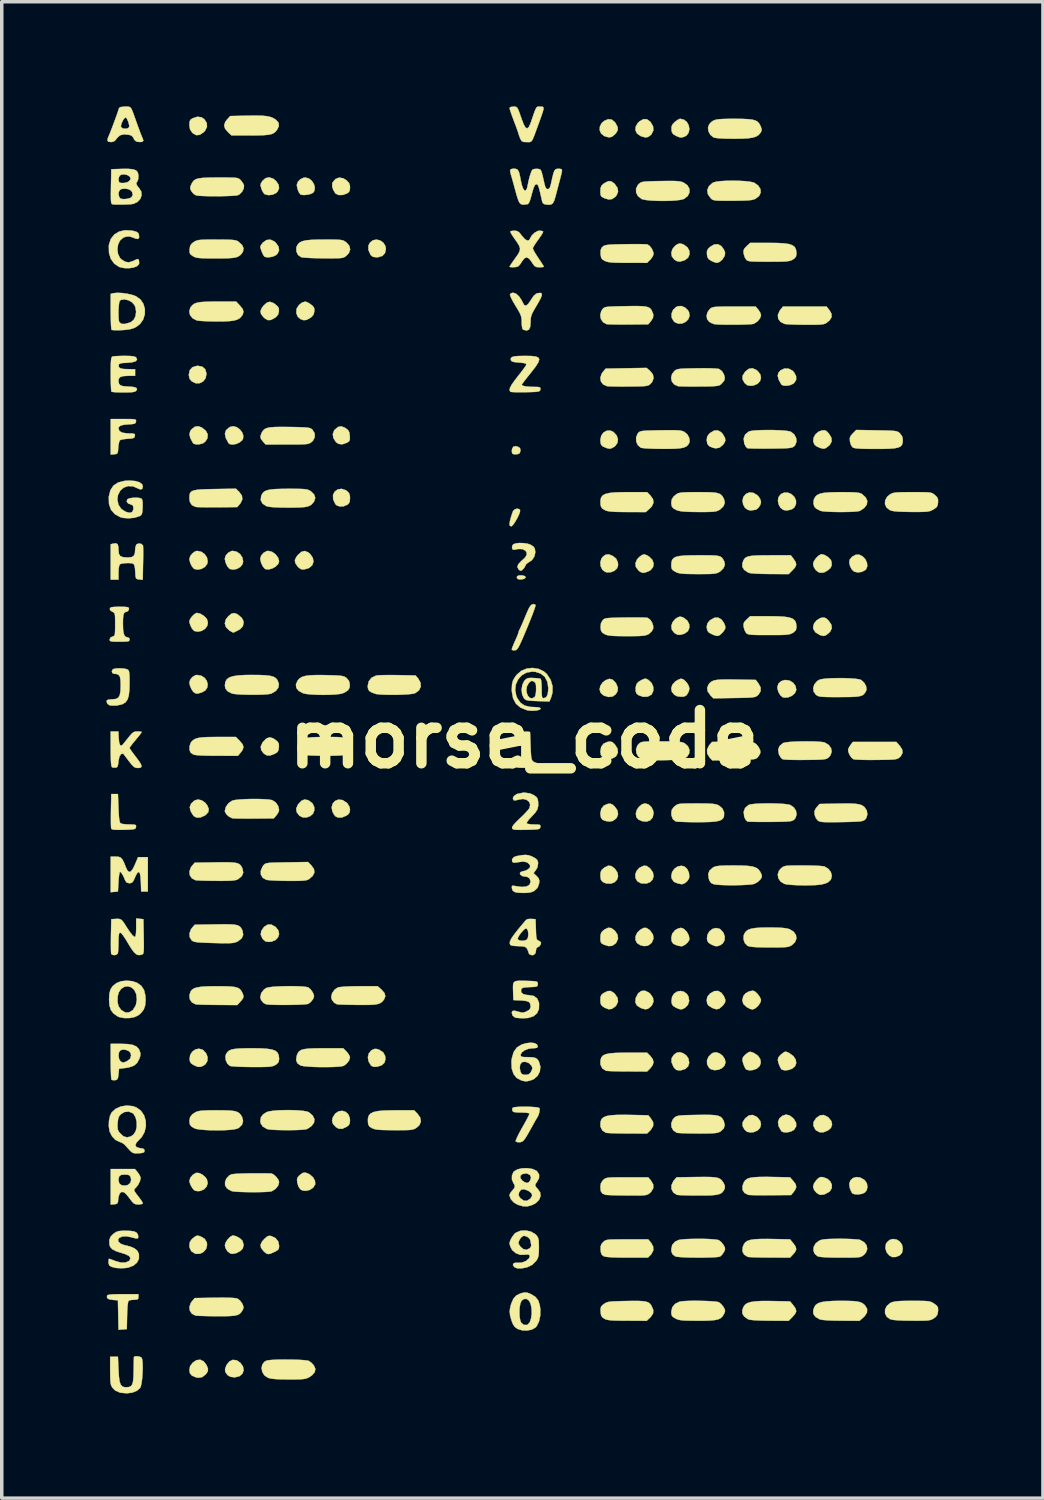
<source format=kicad_pcb>
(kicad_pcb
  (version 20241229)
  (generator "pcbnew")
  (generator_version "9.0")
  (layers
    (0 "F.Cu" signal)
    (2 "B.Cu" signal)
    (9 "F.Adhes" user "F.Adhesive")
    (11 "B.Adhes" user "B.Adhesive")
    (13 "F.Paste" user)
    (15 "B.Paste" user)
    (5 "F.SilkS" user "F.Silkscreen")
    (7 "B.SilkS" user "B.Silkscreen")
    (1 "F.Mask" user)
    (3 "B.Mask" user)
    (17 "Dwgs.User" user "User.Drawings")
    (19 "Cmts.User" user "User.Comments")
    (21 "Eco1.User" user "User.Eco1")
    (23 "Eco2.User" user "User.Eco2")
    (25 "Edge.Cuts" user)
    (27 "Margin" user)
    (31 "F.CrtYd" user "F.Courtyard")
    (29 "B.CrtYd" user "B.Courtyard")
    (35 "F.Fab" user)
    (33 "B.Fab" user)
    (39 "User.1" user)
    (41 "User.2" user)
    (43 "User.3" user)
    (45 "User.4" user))
  (footprint "morse_code"
    (layer "F.Cu")
    (at 11.966 18.135)
    (property "Reference" "morse_code" (at 0 0 0) (layer "F.SilkS") (effects (font (size 1.524 1.524) (thickness 0.3))))
    (attr through_hole)
    (fp_poly (pts (xy -0.042 -4.693) (xy 0.031 -4.671) (xy 0.049 -4.635) (xy 0.016 -4.6) (xy -0.065 -4.578) (xy -0.067 -4.578) (xy -0.156 -4.582) (xy -0.199 -4.613) (xy -0.202 -4.619) (xy -0.197 -4.67) (xy -0.138 -4.695) (xy -0.042 -4.693)) (stroke (width 0.01) (type solid)) (fill yes) (layer "F.SilkS"))
    (fp_poly (pts (xy -0.176 -8.383) (xy -0.114 -8.345) (xy -0.099 -8.285) (xy -0.101 -8.263) (xy -0.121 -8.198) (xy -0.174 -8.171) (xy -0.208 -8.166) (xy -0.283 -8.166) (xy -0.327 -8.179) (xy -0.348 -8.238) (xy -0.341 -8.316) (xy -0.308 -8.377) (xy -0.305 -8.379) (xy -0.244 -8.399) (xy -0.176 -8.383)) (stroke (width 0.01) (type solid)) (fill yes) (layer "F.SilkS"))
    (fp_poly (pts (xy 3.572 1.87) (xy 3.654 1.946) (xy 3.705 2.052) (xy 3.715 2.124) (xy 3.689 2.245) (xy 3.618 2.326) (xy 3.512 2.363) (xy 3.387 2.349) (xy 3.279 2.302) (xy 3.223 2.235) (xy 3.207 2.137) (xy 3.232 2.032) (xy 3.298 1.935) (xy 3.386 1.865) (xy 3.473 1.841) (xy 3.572 1.87)) (stroke (width 0.01) (type solid)) (fill yes) (layer "F.SilkS"))
    (fp_poly (pts (xy 10.679 14.34) (xy 10.769 14.396) (xy 10.834 14.485) (xy 10.858 14.601) (xy 10.837 14.718) (xy 10.769 14.796) (xy 10.65 14.841) (xy 10.554 14.842) (xy 10.469 14.795) (xy 10.392 14.701) (xy 10.359 14.586) (xy 10.374 14.472) (xy 10.395 14.431) (xy 10.477 14.353) (xy 10.576 14.324) (xy 10.679 14.34)) (stroke (width 0.01) (type solid)) (fill yes) (layer "F.SilkS"))
    (fp_poly (pts (xy -5.113 10.68) (xy -5.035 10.75) (xy -4.991 10.858) (xy -4.985 10.924) (xy -4.993 11.014) (xy -5.029 11.071) (xy -5.088 11.113) (xy -5.206 11.166) (xy -5.306 11.165) (xy -5.386 11.12) (xy -5.472 11.028) (xy -5.499 10.933) (xy -5.477 10.837) (xy -5.405 10.727) (xy -5.311 10.666) (xy -5.209 10.651) (xy -5.113 10.68)) (stroke (width 0.01) (type solid)) (fill yes) (layer "F.SilkS"))
    (fp_poly (pts (xy -4.12 -14.293) (xy -4.031 -14.231) (xy -3.972 -14.138) (xy -3.956 -14.05) (xy -3.982 -13.931) (xy -4.056 -13.851) (xy -4.176 -13.814) (xy -4.226 -13.811) (xy -4.322 -13.823) (xy -4.383 -13.866) (xy -4.396 -13.884) (xy -4.457 -14.019) (xy -4.459 -14.142) (xy -4.413 -14.232) (xy -4.326 -14.3) (xy -4.223 -14.318) (xy -4.12 -14.293)) (stroke (width 0.01) (type solid)) (fill yes) (layer "F.SilkS"))
    (fp_poly (pts (xy -0.14 -6.596) (xy -0.11 -6.564) (xy -0.115 -6.512) (xy -0.147 -6.426) (xy -0.197 -6.325) (xy -0.254 -6.225) (xy -0.309 -6.146) (xy -0.352 -6.104) (xy -0.358 -6.102) (xy -0.402 -6.113) (xy -0.413 -6.163) (xy -0.399 -6.261) (xy -0.36 -6.401) (xy -0.314 -6.533) (xy -0.27 -6.583) (xy -0.204 -6.605) (xy -0.14 -6.596)) (stroke (width 0.01) (type solid)) (fill yes) (layer "F.SilkS"))
    (fp_poly (pts (xy 2.54 -1.708) (xy 2.622 -1.625) (xy 2.646 -1.588) (xy 2.693 -1.474) (xy 2.683 -1.374) (xy 2.633 -1.29) (xy 2.543 -1.223) (xy 2.427 -1.209) (xy 2.297 -1.247) (xy 2.278 -1.256) (xy 2.198 -1.329) (xy 2.169 -1.424) (xy 2.189 -1.527) (xy 2.256 -1.626) (xy 2.344 -1.693) (xy 2.449 -1.73) (xy 2.54 -1.708)) (stroke (width 0.01) (type solid)) (fill yes) (layer "F.SilkS"))
    (fp_poly (pts (xy 2.541 -5.254) (xy 2.643 -5.175) (xy 2.692 -5.066) (xy 2.699 -4.988) (xy 2.67 -4.898) (xy 2.597 -4.828) (xy 2.495 -4.786) (xy 2.383 -4.781) (xy 2.328 -4.795) (xy 2.247 -4.858) (xy 2.2 -4.955) (xy 2.19 -5.067) (xy 2.22 -5.174) (xy 2.264 -5.233) (xy 2.347 -5.29) (xy 2.434 -5.296) (xy 2.541 -5.254)) (stroke (width 0.01) (type solid)) (fill yes) (layer "F.SilkS"))
    (fp_poly (pts (xy 3.59 5.46) (xy 3.622 5.49) (xy 3.698 5.601) (xy 3.713 5.715) (xy 3.668 5.823) (xy 3.637 5.859) (xy 3.546 5.92) (xy 3.438 5.93) (xy 3.329 5.901) (xy 3.239 5.841) (xy 3.196 5.751) (xy 3.199 5.647) (xy 3.248 5.544) (xy 3.329 5.465) (xy 3.426 5.41) (xy 3.507 5.408) (xy 3.59 5.46)) (stroke (width 0.01) (type solid)) (fill yes) (layer "F.SilkS"))
    (fp_poly (pts (xy 4.565 9.002) (xy 4.654 9.065) (xy 4.712 9.149) (xy 4.737 9.272) (xy 4.706 9.376) (xy 4.625 9.451) (xy 4.501 9.49) (xy 4.443 9.493) (xy 4.365 9.477) (xy 4.305 9.419) (xy 4.286 9.39) (xy 4.229 9.256) (xy 4.234 9.14) (xy 4.299 9.043) (xy 4.383 8.984) (xy 4.468 8.971) (xy 4.565 9.002)) (stroke (width 0.01) (type solid)) (fill yes) (layer "F.SilkS"))
    (fp_poly (pts (xy 4.617 -12.371) (xy 4.701 -12.292) (xy 4.733 -12.234) (xy 4.746 -12.127) (xy 4.709 -12.033) (xy 4.635 -11.96) (xy 4.54 -11.915) (xy 4.435 -11.907) (xy 4.335 -11.943) (xy 4.292 -11.98) (xy 4.235 -12.081) (xy 4.23 -12.194) (xy 4.272 -12.3) (xy 4.356 -12.382) (xy 4.412 -12.409) (xy 4.514 -12.414) (xy 4.617 -12.371)) (stroke (width 0.01) (type solid)) (fill yes) (layer "F.SilkS"))
    (fp_poly (pts (xy 5.609 9.007) (xy 5.696 9.075) (xy 5.757 9.168) (xy 5.777 9.265) (xy 5.748 9.358) (xy 5.674 9.43) (xy 5.573 9.475) (xy 5.463 9.486) (xy 5.361 9.46) (xy 5.308 9.42) (xy 5.25 9.318) (xy 5.246 9.205) (xy 5.293 9.097) (xy 5.387 9.007) (xy 5.42 8.989) (xy 5.511 8.974) (xy 5.609 9.007)) (stroke (width 0.01) (type solid)) (fill yes) (layer "F.SilkS"))
    (fp_poly (pts (xy 8.698 10.821) (xy 8.729 10.845) (xy 8.809 10.943) (xy 8.832 11.046) (xy 8.798 11.141) (xy 8.723 11.208) (xy 8.591 11.264) (xy 8.471 11.264) (xy 8.373 11.211) (xy 8.353 11.188) (xy 8.295 11.078) (xy 8.301 10.971) (xy 8.37 10.866) (xy 8.38 10.856) (xy 8.484 10.782) (xy 8.588 10.77) (xy 8.698 10.821)) (stroke (width 0.01) (type solid)) (fill yes) (layer "F.SilkS"))
    (fp_poly (pts (xy -9.237 1.751) (xy -9.136 1.82) (xy -9.08 1.891) (xy -9.033 2) (xy -9.046 2.091) (xy -9.12 2.17) (xy -9.155 2.193) (xy -9.275 2.244) (xy -9.382 2.247) (xy -9.462 2.204) (xy -9.466 2.199) (xy -9.515 2.128) (xy -9.555 2.056) (xy -9.578 1.949) (xy -9.54 1.847) (xy -9.448 1.761) (xy -9.347 1.729) (xy -9.237 1.751)) (stroke (width 0.01) (type solid)) (fill yes) (layer "F.SilkS"))
    (fp_poly (pts (xy -9.231 -8.931) (xy -9.117 -8.84) (xy -9.063 -8.738) (xy -9.071 -8.627) (xy -9.077 -8.613) (xy -9.129 -8.533) (xy -9.195 -8.481) (xy -9.293 -8.453) (xy -9.39 -8.448) (xy -9.463 -8.467) (xy -9.483 -8.485) (xy -9.56 -8.626) (xy -9.586 -8.737) (xy -9.564 -8.829) (xy -9.526 -8.882) (xy -9.429 -8.956) (xy -9.33 -8.969) (xy -9.231 -8.931)) (stroke (width 0.01) (type solid)) (fill yes) (layer "F.SilkS"))
    (fp_poly (pts (xy -9.215 -10.674) (xy -9.135 -10.602) (xy -9.1 -10.487) (xy -9.1 -10.461) (xy -9.126 -10.34) (xy -9.195 -10.252) (xy -9.293 -10.203) (xy -9.404 -10.2) (xy -9.515 -10.252) (xy -9.524 -10.259) (xy -9.582 -10.328) (xy -9.602 -10.421) (xy -9.603 -10.452) (xy -9.578 -10.575) (xy -9.505 -10.658) (xy -9.387 -10.697) (xy -9.336 -10.7) (xy -9.215 -10.674)) (stroke (width 0.01) (type solid)) (fill yes) (layer "F.SilkS"))
    (fp_poly (pts (xy -9.179 17.831) (xy -9.097 17.937) (xy -9.097 17.938) (xy -9.056 18.039) (xy -9.06 18.116) (xy -9.11 18.193) (xy -9.12 18.204) (xy -9.22 18.283) (xy -9.332 18.302) (xy -9.408 18.287) (xy -9.516 18.24) (xy -9.573 18.173) (xy -9.588 18.075) (xy -9.567 17.969) (xy -9.496 17.873) (xy -9.387 17.798) (xy -9.278 17.785) (xy -9.179 17.831)) (stroke (width 0.01) (type solid)) (fill yes) (layer "F.SilkS"))
    (fp_poly (pts (xy -8.231 17.802) (xy -8.126 17.873) (xy -8.051 17.982) (xy -8.033 18.09) (xy -8.068 18.185) (xy -8.149 18.255) (xy -8.273 18.287) (xy -8.298 18.288) (xy -8.41 18.275) (xy -8.488 18.23) (xy -8.503 18.215) (xy -8.56 18.133) (xy -8.566 18.047) (xy -8.524 17.938) (xy -8.523 17.936) (xy -8.442 17.834) (xy -8.341 17.788) (xy -8.231 17.802)) (stroke (width 0.01) (type solid)) (fill yes) (layer "F.SilkS"))
    (fp_poly (pts (xy -8.231 -8.942) (xy -8.144 -8.88) (xy -8.077 -8.795) (xy -8.043 -8.7) (xy -8.052 -8.608) (xy -8.073 -8.57) (xy -8.148 -8.506) (xy -8.245 -8.462) (xy -8.345 -8.444) (xy -8.428 -8.455) (xy -8.467 -8.485) (xy -8.546 -8.634) (xy -8.57 -8.756) (xy -8.538 -8.854) (xy -8.45 -8.933) (xy -8.422 -8.949) (xy -8.328 -8.969) (xy -8.231 -8.942)) (stroke (width 0.01) (type solid)) (fill yes) (layer "F.SilkS"))
    (fp_poly (pts (xy -7.126 5.375) (xy -7.114 5.384) (xy -7.038 5.481) (xy -7.017 5.582) (xy -7.046 5.678) (xy -7.118 5.755) (xy -7.23 5.802) (xy -7.313 5.81) (xy -7.404 5.797) (xy -7.47 5.744) (xy -7.494 5.714) (xy -7.543 5.604) (xy -7.529 5.496) (xy -7.453 5.387) (xy -7.446 5.379) (xy -7.346 5.315) (xy -7.24 5.313) (xy -7.126 5.375)) (stroke (width 0.01) (type solid)) (fill yes) (layer "F.SilkS"))
    (fp_poly (pts (xy -6.194 1.746) (xy -6.162 1.761) (xy -6.057 1.842) (xy -6.009 1.95) (xy -6.007 2.039) (xy -6.045 2.135) (xy -6.124 2.205) (xy -6.228 2.243) (xy -6.337 2.242) (xy -6.432 2.196) (xy -6.439 2.19) (xy -6.514 2.09) (xy -6.527 1.987) (xy -6.478 1.877) (xy -6.465 1.859) (xy -6.375 1.765) (xy -6.289 1.729) (xy -6.194 1.746)) (stroke (width 0.01) (type solid)) (fill yes) (layer "F.SilkS"))
    (fp_poly (pts (xy -6.185 -5.355) (xy -6.125 -5.305) (xy -6.051 -5.197) (xy -6.032 -5.086) (xy -6.066 -4.987) (xy -6.151 -4.912) (xy -6.195 -4.893) (xy -6.309 -4.863) (xy -6.389 -4.871) (xy -6.46 -4.922) (xy -6.49 -4.955) (xy -6.554 -5.05) (xy -6.565 -5.134) (xy -6.523 -5.223) (xy -6.474 -5.285) (xy -6.375 -5.371) (xy -6.281 -5.394) (xy -6.185 -5.355)) (stroke (width 0.01) (type solid)) (fill yes) (layer "F.SilkS"))
    (fp_poly (pts (xy -5.111 -7.138) (xy -5.068 -7.11) (xy -5.012 -7.05) (xy -4.988 -6.974) (xy -4.985 -6.907) (xy -4.993 -6.81) (xy -5.024 -6.75) (xy -5.063 -6.719) (xy -5.17 -6.674) (xy -5.279 -6.67) (xy -5.37 -6.703) (xy -5.406 -6.739) (xy -5.468 -6.875) (xy -5.472 -6.998) (xy -5.428 -7.09) (xy -5.338 -7.158) (xy -5.227 -7.175) (xy -5.111 -7.138)) (stroke (width 0.01) (type solid)) (fill yes) (layer "F.SilkS"))
    (fp_poly (pts (xy 2.519 -17.757) (xy 2.607 -17.683) (xy 2.626 -17.656) (xy 2.684 -17.547) (xy 2.69 -17.459) (xy 2.643 -17.373) (xy 2.606 -17.333) (xy 2.523 -17.266) (xy 2.443 -17.247) (xy 2.342 -17.271) (xy 2.298 -17.289) (xy 2.213 -17.356) (xy 2.172 -17.451) (xy 2.177 -17.556) (xy 2.226 -17.656) (xy 2.299 -17.72) (xy 2.417 -17.769) (xy 2.519 -17.757)) (stroke (width 0.01) (type solid)) (fill yes) (layer "F.SilkS"))
    (fp_poly (pts (xy 2.542 1.877) (xy 2.602 1.931) (xy 2.678 2.038) (xy 2.698 2.148) (xy 2.662 2.248) (xy 2.632 2.282) (xy 2.547 2.343) (xy 2.453 2.36) (xy 2.353 2.347) (xy 2.26 2.314) (xy 2.21 2.256) (xy 2.192 2.157) (xy 2.191 2.123) (xy 2.217 1.994) (xy 2.292 1.901) (xy 2.404 1.854) (xy 2.479 1.849) (xy 2.542 1.877)) (stroke (width 0.01) (type solid)) (fill yes) (layer "F.SilkS"))
    (fp_poly (pts (xy 3.514 3.632) (xy 3.598 3.689) (xy 3.622 3.712) (xy 3.697 3.82) (xy 3.716 3.927) (xy 3.687 4.023) (xy 3.617 4.096) (xy 3.512 4.137) (xy 3.381 4.134) (xy 3.34 4.124) (xy 3.249 4.07) (xy 3.199 3.983) (xy 3.191 3.881) (xy 3.227 3.778) (xy 3.305 3.691) (xy 3.331 3.674) (xy 3.432 3.628) (xy 3.514 3.632)) (stroke (width 0.01) (type solid)) (fill yes) (layer "F.SilkS"))
    (fp_poly (pts (xy 3.524 -5.271) (xy 3.591 -5.23) (xy 3.68 -5.14) (xy 3.717 -5.037) (xy 3.702 -4.936) (xy 3.635 -4.85) (xy 3.567 -4.81) (xy 3.465 -4.773) (xy 3.394 -4.769) (xy 3.33 -4.799) (xy 3.283 -4.837) (xy 3.209 -4.934) (xy 3.195 -5.042) (xy 3.241 -5.151) (xy 3.297 -5.212) (xy 3.381 -5.278) (xy 3.449 -5.297) (xy 3.524 -5.271)) (stroke (width 0.01) (type solid)) (fill yes) (layer "F.SilkS"))
    (fp_poly (pts (xy 3.524 -17.767) (xy 3.617 -17.7) (xy 3.633 -17.682) (xy 3.701 -17.564) (xy 3.709 -17.447) (xy 3.656 -17.339) (xy 3.637 -17.318) (xy 3.56 -17.26) (xy 3.48 -17.246) (xy 3.376 -17.274) (xy 3.341 -17.288) (xy 3.242 -17.358) (xy 3.196 -17.452) (xy 3.204 -17.557) (xy 3.266 -17.663) (xy 3.32 -17.712) (xy 3.427 -17.771) (xy 3.524 -17.767)) (stroke (width 0.01) (type solid)) (fill yes) (layer "F.SilkS"))
    (fp_poly (pts (xy 3.576 7.26) (xy 3.622 7.3) (xy 3.698 7.41) (xy 3.714 7.522) (xy 3.668 7.628) (xy 3.631 7.669) (xy 3.553 7.727) (xy 3.478 7.742) (xy 3.382 7.716) (xy 3.344 7.701) (xy 3.239 7.633) (xy 3.193 7.544) (xy 3.203 7.427) (xy 3.21 7.404) (xy 3.274 7.283) (xy 3.362 7.217) (xy 3.466 7.208) (xy 3.576 7.26)) (stroke (width 0.01) (type solid)) (fill yes) (layer "F.SilkS"))
    (fp_poly (pts (xy 4.586 7.238) (xy 4.673 7.306) (xy 4.716 7.38) (xy 4.736 7.501) (xy 4.699 7.615) (xy 4.618 7.697) (xy 4.545 7.736) (xy 4.478 7.742) (xy 4.393 7.712) (xy 4.35 7.691) (xy 4.275 7.644) (xy 4.24 7.586) (xy 4.229 7.508) (xy 4.245 7.385) (xy 4.302 7.293) (xy 4.387 7.235) (xy 4.487 7.216) (xy 4.586 7.238)) (stroke (width 0.01) (type solid)) (fill yes) (layer "F.SilkS"))
    (fp_poly (pts (xy 6.658 -10.584) (xy 6.697 -10.554) (xy 6.773 -10.458) (xy 6.794 -10.356) (xy 6.766 -10.261) (xy 6.693 -10.184) (xy 6.581 -10.137) (xy 6.498 -10.128) (xy 6.397 -10.146) (xy 6.322 -10.21) (xy 6.321 -10.212) (xy 6.264 -10.317) (xy 6.268 -10.418) (xy 6.334 -10.523) (xy 6.347 -10.538) (xy 6.448 -10.616) (xy 6.55 -10.631) (xy 6.658 -10.584)) (stroke (width 0.01) (type solid)) (fill yes) (layer "F.SilkS"))
    (fp_poly (pts (xy 6.658 10.816) (xy 6.697 10.845) (xy 6.773 10.942) (xy 6.794 11.043) (xy 6.766 11.139) (xy 6.693 11.216) (xy 6.581 11.263) (xy 6.498 11.271) (xy 6.397 11.253) (xy 6.322 11.189) (xy 6.321 11.188) (xy 6.264 11.082) (xy 6.268 10.981) (xy 6.334 10.876) (xy 6.347 10.862) (xy 6.448 10.784) (xy 6.55 10.769) (xy 6.658 10.816)) (stroke (width 0.01) (type solid)) (fill yes) (layer "F.SilkS"))
    (fp_poly (pts (xy 7.588 -10.619) (xy 7.698 -10.561) (xy 7.739 -10.518) (xy 7.8 -10.406) (xy 7.802 -10.3) (xy 7.744 -10.209) (xy 7.727 -10.194) (xy 7.644 -10.152) (xy 7.545 -10.131) (xy 7.451 -10.132) (xy 7.386 -10.157) (xy 7.376 -10.168) (xy 7.3 -10.308) (xy 7.273 -10.418) (xy 7.296 -10.506) (xy 7.358 -10.573) (xy 7.469 -10.624) (xy 7.588 -10.619)) (stroke (width 0.01) (type solid)) (fill yes) (layer "F.SilkS"))
    (fp_poly (pts (xy 7.606 -1.682) (xy 7.713 -1.62) (xy 7.784 -1.526) (xy 7.805 -1.417) (xy 7.804 -1.406) (xy 7.765 -1.317) (xy 7.682 -1.245) (xy 7.575 -1.199) (xy 7.464 -1.191) (xy 7.411 -1.205) (xy 7.351 -1.257) (xy 7.298 -1.345) (xy 7.266 -1.445) (xy 7.263 -1.501) (xy 7.298 -1.598) (xy 7.378 -1.666) (xy 7.486 -1.697) (xy 7.606 -1.682)) (stroke (width 0.01) (type solid)) (fill yes) (layer "F.SilkS"))
    (fp_poly (pts (xy 7.614 10.783) (xy 7.72 10.867) (xy 7.739 10.888) (xy 7.8 10.994) (xy 7.802 11.098) (xy 7.745 11.19) (xy 7.727 11.205) (xy 7.643 11.248) (xy 7.541 11.269) (xy 7.447 11.266) (xy 7.382 11.238) (xy 7.377 11.232) (xy 7.299 11.093) (xy 7.281 10.97) (xy 7.322 10.867) (xy 7.403 10.797) (xy 7.51 10.759) (xy 7.614 10.783)) (stroke (width 0.01) (type solid)) (fill yes) (layer "F.SilkS"))
    (fp_poly (pts (xy -9.305 14.238) (xy -9.262 14.253) (xy -9.148 14.322) (xy -9.089 14.422) (xy -9.081 14.494) (xy -9.108 14.607) (xy -9.182 14.695) (xy -9.283 14.747) (xy -9.398 14.751) (xy -9.43 14.741) (xy -9.532 14.676) (xy -9.582 14.573) (xy -9.588 14.508) (xy -9.575 14.412) (xy -9.525 14.337) (xy -9.491 14.306) (xy -9.417 14.249) (xy -9.364 14.228) (xy -9.305 14.238)) (stroke (width 0.01) (type solid)) (fill yes) (layer "F.SilkS"))
    (fp_poly (pts (xy -9.246 -5.371) (xy -9.149 -5.302) (xy -9.084 -5.205) (xy -9.063 -5.094) (xy -9.08 -5.019) (xy -9.143 -4.937) (xy -9.24 -4.881) (xy -9.349 -4.859) (xy -9.446 -4.879) (xy -9.456 -4.885) (xy -9.512 -4.947) (xy -9.561 -5.042) (xy -9.587 -5.141) (xy -9.588 -5.164) (xy -9.563 -5.248) (xy -9.499 -5.328) (xy -9.419 -5.384) (xy -9.365 -5.397) (xy -9.246 -5.371)) (stroke (width 0.01) (type solid)) (fill yes) (layer "F.SilkS"))
    (fp_poly (pts (xy -9.24 -17.823) (xy -9.158 -17.766) (xy -9.091 -17.661) (xy -9.084 -17.55) (xy -9.139 -17.439) (xy -9.179 -17.396) (xy -9.288 -17.322) (xy -9.389 -17.311) (xy -9.486 -17.363) (xy -9.511 -17.388) (xy -9.569 -17.476) (xy -9.588 -17.589) (xy -9.588 -17.609) (xy -9.583 -17.701) (xy -9.556 -17.754) (xy -9.497 -17.794) (xy -9.495 -17.795) (xy -9.359 -17.839) (xy -9.24 -17.823)) (stroke (width 0.01) (type solid)) (fill yes) (layer "F.SilkS"))
    (fp_poly (pts (xy -9.219 8.896) (xy -9.195 8.911) (xy -9.107 9.005) (xy -9.066 9.113) (xy -9.072 9.221) (xy -9.125 9.313) (xy -9.195 9.362) (xy -9.274 9.391) (xy -9.341 9.391) (xy -9.424 9.36) (xy -9.461 9.342) (xy -9.538 9.293) (xy -9.573 9.232) (xy -9.582 9.168) (xy -9.566 9.054) (xy -9.508 8.959) (xy -9.421 8.895) (xy -9.32 8.871) (xy -9.219 8.896)) (stroke (width 0.01) (type solid)) (fill yes) (layer "F.SilkS"))
    (fp_poly (pts (xy -8.249 14.245) (xy -8.154 14.296) (xy -8.081 14.359) (xy -8.065 14.381) (xy -8.033 14.496) (xy -8.059 14.598) (xy -8.122 14.664) (xy -8.238 14.727) (xy -8.347 14.751) (xy -8.413 14.741) (xy -8.494 14.68) (xy -8.553 14.585) (xy -8.571 14.505) (xy -8.55 14.428) (xy -8.496 14.343) (xy -8.426 14.269) (xy -8.357 14.227) (xy -8.336 14.224) (xy -8.249 14.245)) (stroke (width 0.01) (type solid)) (fill yes) (layer "F.SilkS"))
    (fp_poly (pts (xy -8.227 -5.371) (xy -8.132 -5.301) (xy -8.068 -5.203) (xy -8.048 -5.092) (xy -8.064 -5.019) (xy -8.127 -4.937) (xy -8.224 -4.881) (xy -8.333 -4.859) (xy -8.43 -4.879) (xy -8.44 -4.885) (xy -8.498 -4.95) (xy -8.546 -5.049) (xy -8.571 -5.154) (xy -8.572 -5.177) (xy -8.545 -5.265) (xy -8.476 -5.343) (xy -8.386 -5.391) (xy -8.343 -5.397) (xy -8.227 -5.371)) (stroke (width 0.01) (type solid)) (fill yes) (layer "F.SilkS"))
    (fp_poly (pts (xy -7.187 -12.504) (xy -7.121 -12.459) (xy -7.051 -12.397) (xy -7.023 -12.337) (xy -7.023 -12.262) (xy -7.045 -12.17) (xy -7.103 -12.101) (xy -7.141 -12.074) (xy -7.249 -12.016) (xy -7.338 -12.01) (xy -7.424 -12.058) (xy -7.464 -12.094) (xy -7.535 -12.186) (xy -7.55 -12.271) (xy -7.509 -12.364) (xy -7.458 -12.429) (xy -7.367 -12.511) (xy -7.282 -12.536) (xy -7.187 -12.504)) (stroke (width 0.01) (type solid)) (fill yes) (layer "F.SilkS"))
    (fp_poly (pts (xy -5.21 1.743) (xy -5.188 1.751) (xy -5.067 1.83) (xy -4.999 1.939) (xy -4.985 2.025) (xy -4.998 2.105) (xy -5.046 2.163) (xy -5.088 2.191) (xy -5.213 2.243) (xy -5.327 2.246) (xy -5.399 2.214) (xy -5.445 2.158) (xy -5.488 2.076) (xy -5.49 2.072) (xy -5.511 1.953) (xy -5.483 1.85) (xy -5.416 1.772) (xy -5.321 1.733) (xy -5.21 1.743)) (stroke (width 0.01) (type solid)) (fill yes) (layer "F.SilkS"))
    (fp_poly (pts (xy -5.181 -16.076) (xy -5.082 -16.015) (xy -5.013 -15.941) (xy -4.987 -15.859) (xy -4.985 -15.809) (xy -4.993 -15.722) (xy -5.027 -15.67) (xy -5.078 -15.638) (xy -5.199 -15.597) (xy -5.311 -15.596) (xy -5.395 -15.635) (xy -5.404 -15.645) (xy -5.465 -15.742) (xy -5.496 -15.849) (xy -5.491 -15.939) (xy -5.484 -15.957) (xy -5.401 -16.054) (xy -5.296 -16.094) (xy -5.181 -16.076)) (stroke (width 0.01) (type solid)) (fill yes) (layer "F.SilkS"))
    (fp_poly (pts (xy -4.213 8.879) (xy -4.146 8.903) (xy -4.036 8.974) (xy -3.979 9.077) (xy -3.969 9.169) (xy -3.997 9.273) (xy -4.079 9.347) (xy -4.208 9.387) (xy -4.213 9.388) (xy -4.309 9.39) (xy -4.372 9.361) (xy -4.387 9.346) (xy -4.453 9.235) (xy -4.473 9.117) (xy -4.447 9.007) (xy -4.377 8.922) (xy -4.35 8.906) (xy -4.277 8.876) (xy -4.213 8.879)) (stroke (width 0.01) (type solid)) (fill yes) (layer "F.SilkS"))
    (fp_poly (pts (xy 2.567 -8.804) (xy 2.656 -8.707) (xy 2.694 -8.598) (xy 2.68 -8.491) (xy 2.614 -8.4) (xy 2.576 -8.374) (xy 2.505 -8.335) (xy 2.452 -8.325) (xy 2.386 -8.339) (xy 2.334 -8.358) (xy 2.249 -8.397) (xy 2.206 -8.452) (xy 2.192 -8.542) (xy 2.191 -8.58) (xy 2.216 -8.699) (xy 2.28 -8.789) (xy 2.371 -8.84) (xy 2.475 -8.845) (xy 2.567 -8.804)) (stroke (width 0.01) (type solid)) (fill yes) (layer "F.SilkS"))
    (fp_poly (pts (xy 3.511 -1.729) (xy 3.572 -1.695) (xy 3.661 -1.608) (xy 3.707 -1.499) (xy 3.708 -1.386) (xy 3.662 -1.288) (xy 3.645 -1.271) (xy 3.545 -1.219) (xy 3.421 -1.214) (xy 3.294 -1.256) (xy 3.232 -1.302) (xy 3.204 -1.365) (xy 3.202 -1.464) (xy 3.204 -1.492) (xy 3.227 -1.58) (xy 3.286 -1.646) (xy 3.383 -1.702) (xy 3.458 -1.732) (xy 3.511 -1.729)) (stroke (width 0.01) (type solid)) (fill yes) (layer "F.SilkS"))
    (fp_poly (pts (xy 4.536 -3.499) (xy 4.591 -3.473) (xy 4.687 -3.394) (xy 4.737 -3.294) (xy 4.741 -3.19) (xy 4.699 -3.097) (xy 4.611 -3.03) (xy 4.593 -3.022) (xy 4.484 -2.991) (xy 4.405 -2.993) (xy 4.33 -3.032) (xy 4.306 -3.05) (xy 4.239 -3.138) (xy 4.224 -3.242) (xy 4.257 -3.349) (xy 4.336 -3.444) (xy 4.409 -3.492) (xy 4.472 -3.513) (xy 4.536 -3.499)) (stroke (width 0.01) (type solid)) (fill yes) (layer "F.SilkS"))
    (fp_poly (pts (xy 4.543 -14.19) (xy 4.586 -14.171) (xy 4.686 -14.096) (xy 4.739 -14) (xy 4.746 -13.897) (xy 4.706 -13.803) (xy 4.618 -13.733) (xy 4.591 -13.721) (xy 4.483 -13.69) (xy 4.404 -13.693) (xy 4.328 -13.733) (xy 4.306 -13.75) (xy 4.239 -13.837) (xy 4.224 -13.942) (xy 4.257 -14.049) (xy 4.335 -14.143) (xy 4.404 -14.189) (xy 4.468 -14.207) (xy 4.543 -14.19)) (stroke (width 0.01) (type solid)) (fill yes) (layer "F.SilkS"))
    (fp_poly (pts (xy 4.558 -1.719) (xy 4.6 -1.69) (xy 4.672 -1.615) (xy 4.72 -1.534) (xy 4.742 -1.457) (xy 4.73 -1.386) (xy 4.705 -1.33) (xy 4.659 -1.258) (xy 4.601 -1.225) (xy 4.524 -1.215) (xy 4.393 -1.229) (xy 4.31 -1.273) (xy 4.239 -1.359) (xy 4.222 -1.46) (xy 4.255 -1.563) (xy 4.337 -1.654) (xy 4.427 -1.708) (xy 4.5 -1.733) (xy 4.558 -1.719)) (stroke (width 0.01) (type solid)) (fill yes) (layer "F.SilkS"))
    (fp_poly (pts (xy 4.605 3.652) (xy 4.682 3.725) (xy 4.73 3.833) (xy 4.739 3.948) (xy 4.728 3.993) (xy 4.682 4.067) (xy 4.61 4.127) (xy 4.537 4.156) (xy 4.515 4.155) (xy 4.469 4.146) (xy 4.413 4.136) (xy 4.302 4.09) (xy 4.237 4.003) (xy 4.223 3.92) (xy 4.248 3.805) (xy 4.316 3.71) (xy 4.41 3.648) (xy 4.516 3.628) (xy 4.605 3.652)) (stroke (width 0.01) (type solid)) (fill yes) (layer "F.SilkS"))
    (fp_poly (pts (xy 5.601 5.432) (xy 5.63 5.45) (xy 5.716 5.544) (xy 5.756 5.654) (xy 5.75 5.762) (xy 5.699 5.853) (xy 5.631 5.902) (xy 5.552 5.931) (xy 5.485 5.931) (xy 5.402 5.899) (xy 5.366 5.882) (xy 5.288 5.832) (xy 5.254 5.769) (xy 5.245 5.713) (xy 5.261 5.6) (xy 5.318 5.505) (xy 5.403 5.439) (xy 5.502 5.412) (xy 5.601 5.432)) (stroke (width 0.01) (type solid)) (fill yes) (layer "F.SilkS"))
    (fp_poly (pts (xy 5.659 -8.792) (xy 5.706 -8.734) (xy 5.763 -8.633) (xy 5.772 -8.554) (xy 5.735 -8.476) (xy 5.707 -8.44) (xy 5.611 -8.358) (xy 5.503 -8.336) (xy 5.419 -8.351) (xy 5.312 -8.397) (xy 5.256 -8.465) (xy 5.239 -8.568) (xy 5.239 -8.574) (xy 5.251 -8.669) (xy 5.299 -8.742) (xy 5.338 -8.778) (xy 5.453 -8.845) (xy 5.561 -8.849) (xy 5.659 -8.792)) (stroke (width 0.01) (type solid)) (fill yes) (layer "F.SilkS"))
    (fp_poly (pts (xy 7.565 -7.065) (xy 7.667 -7.023) (xy 7.75 -6.944) (xy 7.798 -6.84) (xy 7.797 -6.74) (xy 7.755 -6.648) (xy 7.682 -6.59) (xy 7.67 -6.586) (xy 7.572 -6.561) (xy 7.505 -6.556) (xy 7.443 -6.57) (xy 7.426 -6.576) (xy 7.352 -6.633) (xy 7.3 -6.728) (xy 7.279 -6.838) (xy 7.297 -6.938) (xy 7.366 -7.025) (xy 7.46 -7.067) (xy 7.565 -7.065)) (stroke (width 0.01) (type solid)) (fill yes) (layer "F.SilkS"))
    (fp_poly (pts (xy 8.619 -5.279) (xy 8.71 -5.224) (xy 8.784 -5.153) (xy 8.813 -5.099) (xy 8.823 -4.99) (xy 8.786 -4.906) (xy 8.703 -4.835) (xy 8.6 -4.779) (xy 8.512 -4.768) (xy 8.445 -4.785) (xy 8.368 -4.841) (xy 8.309 -4.932) (xy 8.287 -5.022) (xy 8.31 -5.099) (xy 8.367 -5.184) (xy 8.44 -5.257) (xy 8.513 -5.299) (xy 8.535 -5.302) (xy 8.619 -5.279)) (stroke (width 0.01) (type solid)) (fill yes) (layer "F.SilkS"))
    (fp_poly (pts (xy 8.665 -3.46) (xy 8.731 -3.398) (xy 8.809 -3.285) (xy 8.824 -3.18) (xy 8.776 -3.081) (xy 8.729 -3.035) (xy 8.65 -2.976) (xy 8.586 -2.958) (xy 8.509 -2.976) (xy 8.478 -2.988) (xy 8.358 -3.059) (xy 8.296 -3.151) (xy 8.287 -3.21) (xy 8.315 -3.315) (xy 8.39 -3.408) (xy 8.494 -3.47) (xy 8.532 -3.481) (xy 8.606 -3.486) (xy 8.665 -3.46)) (stroke (width 0.01) (type solid)) (fill yes) (layer "F.SilkS"))
    (fp_poly (pts (xy 9.607 -5.289) (xy 9.709 -5.238) (xy 9.786 -5.155) (xy 9.832 -5.055) (xy 9.84 -4.953) (xy 9.803 -4.867) (xy 9.787 -4.85) (xy 9.687 -4.796) (xy 9.569 -4.779) (xy 9.464 -4.802) (xy 9.398 -4.864) (xy 9.348 -4.958) (xy 9.324 -5.06) (xy 9.334 -5.143) (xy 9.336 -5.147) (xy 9.409 -5.232) (xy 9.507 -5.284) (xy 9.606 -5.289) (xy 9.607 -5.289)) (stroke (width 0.01) (type solid)) (fill yes) (layer "F.SilkS"))
    (fp_poly (pts (xy -9.316 12.433) (xy -9.221 12.476) (xy -9.135 12.547) (xy -9.086 12.617) (xy -9.063 12.725) (xy -9.095 12.824) (xy -9.17 12.903) (xy -9.28 12.948) (xy -9.344 12.954) (xy -9.415 12.943) (xy -9.446 12.93) (xy -9.506 12.863) (xy -9.559 12.768) (xy -9.587 12.677) (xy -9.588 12.659) (xy -9.561 12.57) (xy -9.493 12.487) (xy -9.403 12.432) (xy -9.398 12.43) (xy -9.316 12.433)) (stroke (width 0.01) (type solid)) (fill yes) (layer "F.SilkS"))
    (fp_poly (pts (xy -7.219 -5.37) (xy -7.119 -5.299) (xy -7.046 -5.202) (xy -7.017 -5.098) (xy -7.017 -5.096) (xy -7.045 -5.018) (xy -7.118 -4.946) (xy -7.215 -4.892) (xy -7.317 -4.864) (xy -7.406 -4.874) (xy -7.424 -4.884) (xy -7.483 -4.951) (xy -7.532 -5.053) (xy -7.556 -5.159) (xy -7.556 -5.177) (xy -7.529 -5.265) (xy -7.46 -5.343) (xy -7.37 -5.391) (xy -7.327 -5.397) (xy -7.219 -5.37)) (stroke (width 0.01) (type solid)) (fill yes) (layer "F.SilkS"))
    (fp_poly (pts (xy -7.194 -0.028) (xy -7.126 0.015) (xy -7.055 0.077) (xy -7.025 0.133) (xy -7.022 0.214) (xy -7.023 0.233) (xy -7.037 0.323) (xy -7.073 0.377) (xy -7.144 0.419) (xy -7.269 0.466) (xy -7.365 0.466) (xy -7.448 0.418) (xy -7.455 0.412) (xy -7.53 0.313) (xy -7.543 0.21) (xy -7.494 0.1) (xy -7.479 0.079) (xy -7.385 -0.017) (xy -7.293 -0.053) (xy -7.194 -0.028)) (stroke (width 0.01) (type solid)) (fill yes) (layer "F.SilkS"))
    (fp_poly (pts (xy -7.188 -16.066) (xy -7.11 -16.004) (xy -7.034 -15.897) (xy -7.017 -15.791) (xy -7.06 -15.695) (xy -7.1 -15.655) (xy -7.204 -15.605) (xy -7.323 -15.592) (xy -7.428 -15.618) (xy -7.432 -15.62) (xy -7.473 -15.668) (xy -7.514 -15.749) (xy -7.523 -15.775) (xy -7.547 -15.861) (xy -7.542 -15.921) (xy -7.504 -15.987) (xy -7.495 -15.999) (xy -7.406 -16.079) (xy -7.3 -16.101) (xy -7.188 -16.066)) (stroke (width 0.01) (type solid)) (fill yes) (layer "F.SilkS"))
    (fp_poly (pts (xy -6.209 -12.523) (xy -6.13 -12.477) (xy -6.105 -12.459) (xy -6.035 -12.397) (xy -6.007 -12.337) (xy -6.007 -12.262) (xy -6.029 -12.17) (xy -6.087 -12.101) (xy -6.125 -12.074) (xy -6.226 -12.018) (xy -6.31 -12.008) (xy -6.403 -12.039) (xy -6.484 -12.11) (xy -6.524 -12.214) (xy -6.517 -12.327) (xy -6.509 -12.349) (xy -6.447 -12.444) (xy -6.358 -12.514) (xy -6.267 -12.541) (xy -6.209 -12.523)) (stroke (width 0.01) (type solid)) (fill yes) (layer "F.SilkS"))
    (fp_poly (pts (xy -6.178 12.453) (xy -6.135 12.478) (xy -6.043 12.558) (xy -5.989 12.657) (xy -5.982 12.753) (xy -5.985 12.764) (xy -6.042 12.854) (xy -6.136 12.917) (xy -6.246 12.945) (xy -6.352 12.932) (xy -6.406 12.901) (xy -6.462 12.822) (xy -6.496 12.71) (xy -6.504 12.619) (xy -6.485 12.558) (xy -6.43 12.497) (xy -6.428 12.496) (xy -6.345 12.433) (xy -6.269 12.42) (xy -6.178 12.453)) (stroke (width 0.01) (type solid)) (fill yes) (layer "F.SilkS"))
    (fp_poly (pts (xy -6.165 -16.071) (xy -6.08 -16.004) (xy -6.02 -15.912) (xy -5.992 -15.81) (xy -6.006 -15.714) (xy -6.04 -15.664) (xy -6.103 -15.629) (xy -6.199 -15.606) (xy -6.301 -15.595) (xy -6.383 -15.603) (xy -6.404 -15.612) (xy -6.448 -15.669) (xy -6.486 -15.761) (xy -6.507 -15.859) (xy -6.509 -15.887) (xy -6.48 -15.973) (xy -6.409 -16.047) (xy -6.314 -16.091) (xy -6.267 -16.097) (xy -6.165 -16.071)) (stroke (width 0.01) (type solid)) (fill yes) (layer "F.SilkS"))
    (fp_poly (pts (xy -5.135 -8.929) (xy -5.109 -8.913) (xy -5.04 -8.857) (xy -5.005 -8.795) (xy -4.992 -8.699) (xy -4.991 -8.692) (xy -4.989 -8.599) (xy -5.005 -8.546) (xy -5.049 -8.51) (xy -5.077 -8.495) (xy -5.208 -8.45) (xy -5.317 -8.464) (xy -5.389 -8.517) (xy -5.461 -8.63) (xy -5.478 -8.745) (xy -5.439 -8.848) (xy -5.423 -8.868) (xy -5.329 -8.947) (xy -5.237 -8.967) (xy -5.135 -8.929)) (stroke (width 0.01) (type solid)) (fill yes) (layer "F.SilkS"))
    (fp_poly (pts (xy 2.502 3.635) (xy 2.595 3.701) (xy 2.606 3.712) (xy 2.679 3.82) (xy 2.698 3.927) (xy 2.669 4.024) (xy 2.599 4.099) (xy 2.497 4.139) (xy 2.368 4.135) (xy 2.336 4.127) (xy 2.249 4.086) (xy 2.205 4.022) (xy 2.192 3.916) (xy 2.192 3.905) (xy 2.199 3.808) (xy 2.232 3.743) (xy 2.305 3.681) (xy 2.317 3.673) (xy 2.415 3.626) (xy 2.502 3.635)) (stroke (width 0.01) (type solid)) (fill yes) (layer "F.SilkS"))
    (fp_poly (pts (xy 2.541 0.089) (xy 2.605 0.15) (xy 2.609 0.155) (xy 2.681 0.269) (xy 2.694 0.38) (xy 2.647 0.48) (xy 2.625 0.502) (xy 2.525 0.557) (xy 2.403 0.57) (xy 2.287 0.538) (xy 2.261 0.522) (xy 2.208 0.459) (xy 2.191 0.362) (xy 2.191 0.355) (xy 2.214 0.219) (xy 2.284 0.126) (xy 2.401 0.077) (xy 2.404 0.076) (xy 2.484 0.068) (xy 2.541 0.089)) (stroke (width 0.01) (type solid)) (fill yes) (layer "F.SilkS"))
    (fp_poly (pts (xy 4.553 5.421) (xy 4.59 5.444) (xy 4.667 5.519) (xy 4.722 5.619) (xy 4.743 5.718) (xy 4.739 5.752) (xy 4.698 5.82) (xy 4.627 5.885) (xy 4.549 5.928) (xy 4.512 5.935) (xy 4.445 5.924) (xy 4.368 5.904) (xy 4.278 5.861) (xy 4.234 5.792) (xy 4.223 5.698) (xy 4.251 5.571) (xy 4.334 5.473) (xy 4.412 5.43) (xy 4.49 5.407) (xy 4.553 5.421)) (stroke (width 0.01) (type solid)) (fill yes) (layer "F.SilkS"))
    (fp_poly (pts (xy 5.66 -14.13) (xy 5.733 -14.029) (xy 5.765 -13.947) (xy 5.758 -13.875) (xy 5.745 -13.838) (xy 5.683 -13.742) (xy 5.6 -13.674) (xy 5.525 -13.652) (xy 5.466 -13.667) (xy 5.384 -13.702) (xy 5.365 -13.712) (xy 5.29 -13.762) (xy 5.256 -13.824) (xy 5.245 -13.898) (xy 5.246 -13.99) (xy 5.278 -14.054) (xy 5.335 -14.109) (xy 5.452 -14.178) (xy 5.563 -14.185) (xy 5.66 -14.13)) (stroke (width 0.01) (type solid)) (fill yes) (layer "F.SilkS"))
    (fp_poly (pts (xy 5.661 -3.43) (xy 5.731 -3.334) (xy 5.77 -3.239) (xy 5.768 -3.165) (xy 5.719 -3.088) (xy 5.686 -3.051) (xy 5.615 -2.984) (xy 5.553 -2.959) (xy 5.476 -2.972) (xy 5.399 -3.003) (xy 5.303 -3.054) (xy 5.255 -3.114) (xy 5.24 -3.203) (xy 5.239 -3.228) (xy 5.259 -3.32) (xy 5.326 -3.402) (xy 5.336 -3.41) (xy 5.454 -3.478) (xy 5.564 -3.485) (xy 5.661 -3.43)) (stroke (width 0.01) (type solid)) (fill yes) (layer "F.SilkS"))
    (fp_poly (pts (xy 5.661 7.27) (xy 5.731 7.365) (xy 5.77 7.461) (xy 5.768 7.535) (xy 5.719 7.612) (xy 5.686 7.648) (xy 5.6 7.722) (xy 5.516 7.741) (xy 5.415 7.71) (xy 5.382 7.693) (xy 5.294 7.638) (xy 5.252 7.577) (xy 5.239 7.488) (xy 5.239 7.472) (xy 5.259 7.38) (xy 5.326 7.298) (xy 5.336 7.289) (xy 5.454 7.221) (xy 5.564 7.215) (xy 5.661 7.27)) (stroke (width 0.01) (type solid)) (fill yes) (layer "F.SilkS"))
    (fp_poly (pts (xy 6.624 7.233) (xy 6.692 7.296) (xy 6.753 7.377) (xy 6.79 7.455) (xy 6.795 7.483) (xy 6.77 7.56) (xy 6.71 7.643) (xy 6.634 7.712) (xy 6.559 7.746) (xy 6.548 7.747) (xy 6.483 7.73) (xy 6.399 7.687) (xy 6.379 7.674) (xy 6.288 7.588) (xy 6.259 7.485) (xy 6.287 7.365) (xy 6.35 7.286) (xy 6.451 7.229) (xy 6.564 7.207) (xy 6.624 7.233)) (stroke (width 0.01) (type solid)) (fill yes) (layer "F.SilkS"))
    (fp_poly (pts (xy 8.579 12.554) (xy 8.698 12.6) (xy 8.781 12.677) (xy 8.824 12.77) (xy 8.822 12.867) (xy 8.77 12.954) (xy 8.739 12.979) (xy 8.612 13.046) (xy 8.503 13.061) (xy 8.477 13.056) (xy 8.388 13.004) (xy 8.318 12.921) (xy 8.287 12.832) (xy 8.287 12.825) (xy 8.312 12.736) (xy 8.379 12.64) (xy 8.382 12.636) (xy 8.452 12.571) (xy 8.51 12.548) (xy 8.579 12.554)) (stroke (width 0.01) (type solid)) (fill yes) (layer "F.SilkS"))
    (fp_poly (pts (xy 8.665 -8.835) (xy 8.724 -8.777) (xy 8.737 -8.761) (xy 8.81 -8.644) (xy 8.821 -8.538) (xy 8.77 -8.44) (xy 8.729 -8.401) (xy 8.654 -8.344) (xy 8.593 -8.325) (xy 8.517 -8.339) (xy 8.461 -8.358) (xy 8.381 -8.398) (xy 8.327 -8.443) (xy 8.29 -8.538) (xy 8.303 -8.642) (xy 8.357 -8.739) (xy 8.445 -8.814) (xy 8.532 -8.846) (xy 8.61 -8.854) (xy 8.665 -8.835)) (stroke (width 0.01) (type solid)) (fill yes) (layer "F.SilkS"))
    (fp_poly (pts (xy 9.634 12.562) (xy 9.746 12.623) (xy 9.771 12.644) (xy 9.83 12.734) (xy 9.845 12.839) (xy 9.819 12.937) (xy 9.764 12.998) (xy 9.681 13.032) (xy 9.578 13.047) (xy 9.481 13.043) (xy 9.415 13.018) (xy 9.406 13.01) (xy 9.375 12.953) (xy 9.342 12.87) (xy 9.34 12.864) (xy 9.324 12.743) (xy 9.357 12.646) (xy 9.428 12.58) (xy 9.524 12.55) (xy 9.634 12.562)) (stroke (width 0.01) (type solid)) (fill yes) (layer "F.SilkS"))
    (fp_poly (pts (xy -8.22 -3.585) (xy -8.191 -3.565) (xy -8.09 -3.48) (xy -8.042 -3.393) (xy -8.035 -3.334) (xy -8.057 -3.235) (xy -8.13 -3.157) (xy -8.207 -3.112) (xy -8.278 -3.078) (xy -8.319 -3.057) (xy -8.321 -3.056) (xy -8.356 -3.066) (xy -8.422 -3.103) (xy -8.448 -3.12) (xy -8.54 -3.212) (xy -8.573 -3.318) (xy -8.545 -3.43) (xy -8.476 -3.52) (xy -8.385 -3.595) (xy -8.306 -3.615) (xy -8.22 -3.585)) (stroke (width 0.01) (type solid)) (fill yes) (layer "F.SilkS"))
    (fp_poly (pts (xy -7.248 14.238) (xy -7.247 14.239) (xy -7.122 14.297) (xy -7.043 14.393) (xy -7.017 14.512) (xy -7.022 14.588) (xy -7.05 14.636) (xy -7.115 14.678) (xy -7.154 14.697) (xy -7.259 14.744) (xy -7.33 14.758) (xy -7.389 14.737) (xy -7.455 14.68) (xy -7.464 14.671) (xy -7.535 14.577) (xy -7.549 14.489) (xy -7.505 14.396) (xy -7.445 14.329) (xy -7.369 14.261) (xy -7.311 14.234) (xy -7.248 14.238)) (stroke (width 0.01) (type solid)) (fill yes) (layer "F.SilkS"))
    (fp_poly (pts (xy 2.498 -15.99) (xy 2.581 -15.933) (xy 2.606 -15.909) (xy 2.682 -15.799) (xy 2.698 -15.687) (xy 2.652 -15.581) (xy 2.615 -15.54) (xy 2.526 -15.48) (xy 2.43 -15.468) (xy 2.309 -15.503) (xy 2.294 -15.51) (xy 2.228 -15.545) (xy 2.199 -15.59) (xy 2.191 -15.67) (xy 2.191 -15.691) (xy 2.197 -15.796) (xy 2.222 -15.863) (xy 2.278 -15.916) (xy 2.325 -15.947) (xy 2.42 -15.993) (xy 2.498 -15.99)) (stroke (width 0.01) (type solid)) (fill yes) (layer "F.SilkS"))
    (fp_poly (pts (xy 2.502 5.413) (xy 2.595 5.479) (xy 2.606 5.49) (xy 2.682 5.601) (xy 2.697 5.715) (xy 2.652 5.823) (xy 2.621 5.859) (xy 2.531 5.921) (xy 2.428 5.931) (xy 2.297 5.891) (xy 2.294 5.89) (xy 2.228 5.855) (xy 2.199 5.809) (xy 2.191 5.729) (xy 2.191 5.709) (xy 2.197 5.603) (xy 2.222 5.535) (xy 2.278 5.479) (xy 2.317 5.451) (xy 2.415 5.404) (xy 2.502 5.413)) (stroke (width 0.01) (type solid)) (fill yes) (layer "F.SilkS"))
    (fp_poly (pts (xy 2.572 7.268) (xy 2.606 7.3) (xy 2.682 7.41) (xy 2.697 7.52) (xy 2.649 7.626) (xy 2.612 7.666) (xy 2.519 7.73) (xy 2.426 7.74) (xy 2.317 7.697) (xy 2.294 7.684) (xy 2.229 7.636) (xy 2.199 7.583) (xy 2.191 7.497) (xy 2.191 7.477) (xy 2.196 7.383) (xy 2.222 7.326) (xy 2.28 7.279) (xy 2.294 7.27) (xy 2.402 7.219) (xy 2.488 7.217) (xy 2.572 7.268)) (stroke (width 0.01) (type solid)) (fill yes) (layer "F.SilkS"))
    (fp_poly (pts (xy 4.588 -17.754) (xy 4.67 -17.687) (xy 4.722 -17.593) (xy 4.741 -17.487) (xy 4.722 -17.387) (xy 4.663 -17.305) (xy 4.617 -17.276) (xy 4.537 -17.247) (xy 4.47 -17.247) (xy 4.387 -17.278) (xy 4.35 -17.296) (xy 4.273 -17.345) (xy 4.238 -17.406) (xy 4.229 -17.472) (xy 4.231 -17.56) (xy 4.263 -17.627) (xy 4.319 -17.686) (xy 4.396 -17.745) (xy 4.465 -17.778) (xy 4.482 -17.78) (xy 4.588 -17.754)) (stroke (width 0.01) (type solid)) (fill yes) (layer "F.SilkS"))
    (fp_poly (pts (xy 7.567 8.978) (xy 7.613 9.002) (xy 7.725 9.086) (xy 7.789 9.184) (xy 7.804 9.285) (xy 7.768 9.377) (xy 7.685 9.445) (xy 7.58 9.482) (xy 7.476 9.491) (xy 7.396 9.472) (xy 7.374 9.454) (xy 7.343 9.399) (xy 7.307 9.314) (xy 7.3 9.293) (xy 7.276 9.195) (xy 7.292 9.119) (xy 7.355 9.047) (xy 7.41 9.003) (xy 7.467 8.964) (xy 7.51 8.956) (xy 7.567 8.978)) (stroke (width 0.01) (type solid)) (fill yes) (layer "F.SilkS"))
    (fp_poly (pts (xy -9.275 -3.596) (xy -9.175 -3.536) (xy -9.098 -3.46) (xy -9.08 -3.427) (xy -9.057 -3.336) (xy -9.077 -3.246) (xy -9.08 -3.241) (xy -9.143 -3.159) (xy -9.24 -3.103) (xy -9.349 -3.081) (xy -9.446 -3.101) (xy -9.456 -3.107) (xy -9.511 -3.167) (xy -9.559 -3.26) (xy -9.587 -3.355) (xy -9.588 -3.379) (xy -9.566 -3.445) (xy -9.511 -3.521) (xy -9.442 -3.585) (xy -9.379 -3.619) (xy -9.369 -3.619) (xy -9.275 -3.596)) (stroke (width 0.01) (type solid)) (fill yes) (layer "F.SilkS"))
    (fp_poly (pts (xy -7.155 -14.266) (xy -7.11 -14.226) (xy -7.034 -14.119) (xy -7.017 -14.013) (xy -7.06 -13.917) (xy -7.1 -13.877) (xy -7.18 -13.837) (xy -7.279 -13.814) (xy -7.374 -13.811) (xy -7.439 -13.832) (xy -7.443 -13.835) (xy -7.474 -13.885) (xy -7.512 -13.967) (xy -7.543 -14.053) (xy -7.556 -14.112) (xy -7.556 -14.112) (xy -7.536 -14.16) (xy -7.487 -14.226) (xy -7.479 -14.235) (xy -7.377 -14.306) (xy -7.267 -14.317) (xy -7.155 -14.266)) (stroke (width 0.01) (type solid)) (fill yes) (layer "F.SilkS"))
    (fp_poly (pts (xy 6.555 8.98) (xy 6.601 9) (xy 6.708 9.073) (xy 6.772 9.168) (xy 6.789 9.27) (xy 6.758 9.365) (xy 6.677 9.44) (xy 6.669 9.445) (xy 6.564 9.482) (xy 6.46 9.491) (xy 6.38 9.472) (xy 6.358 9.454) (xy 6.327 9.399) (xy 6.291 9.314) (xy 6.284 9.293) (xy 6.26 9.194) (xy 6.277 9.118) (xy 6.341 9.045) (xy 6.391 9.005) (xy 6.447 8.968) (xy 6.493 8.96) (xy 6.555 8.98)) (stroke (width 0.01) (type solid)) (fill yes) (layer "F.SilkS"))
    (fp_poly (pts (xy 6.583 -7.057) (xy 6.694 -6.987) (xy 6.718 -6.963) (xy 6.771 -6.883) (xy 6.794 -6.8) (xy 6.795 -6.796) (xy 6.773 -6.713) (xy 6.722 -6.635) (xy 6.658 -6.582) (xy 6.621 -6.572) (xy 6.549 -6.563) (xy 6.535 -6.559) (xy 6.475 -6.559) (xy 6.41 -6.576) (xy 6.333 -6.634) (xy 6.282 -6.73) (xy 6.265 -6.84) (xy 6.289 -6.941) (xy 6.289 -6.942) (xy 6.368 -7.034) (xy 6.47 -7.073) (xy 6.583 -7.057)) (stroke (width 0.01) (type solid)) (fill yes) (layer "F.SilkS"))
    (fp_poly (pts (xy -9.247 -1.818) (xy -9.152 -1.758) (xy -9.09 -1.672) (xy -9.064 -1.575) (xy -9.077 -1.478) (xy -9.133 -1.395) (xy -9.235 -1.339) (xy -9.237 -1.338) (xy -9.316 -1.316) (xy -9.365 -1.305) (xy -9.37 -1.305) (xy -9.407 -1.316) (xy -9.432 -1.323) (xy -9.481 -1.362) (xy -9.531 -1.44) (xy -9.571 -1.535) (xy -9.588 -1.624) (xy -9.588 -1.631) (xy -9.561 -1.713) (xy -9.494 -1.788) (xy -9.41 -1.835) (xy -9.371 -1.841) (xy -9.247 -1.818)) (stroke (width 0.01) (type solid)) (fill yes) (layer "F.SilkS"))
    (fp_poly (pts (xy 7.11 16.103) (xy 7.627 16.113) (xy 7.719 16.223) (xy 7.787 16.32) (xy 7.804 16.399) (xy 7.768 16.477) (xy 7.698 16.557) (xy 7.586 16.669) (xy 7.04 16.666) (xy 6.798 16.662) (xy 6.613 16.654) (xy 6.488 16.641) (xy 6.425 16.625) (xy 6.312 16.546) (xy 6.259 16.46) (xy 6.261 16.358) (xy 6.291 16.274) (xy 6.333 16.212) (xy 6.398 16.165) (xy 6.494 16.132) (xy 6.629 16.112) (xy 6.81 16.102) (xy 7.045 16.102) (xy 7.11 16.103)) (stroke (width 0.01) (type solid)) (fill yes) (layer "F.SilkS"))
    (fp_poly (pts (xy 8.75 -12.303) (xy 8.814 -12.195) (xy 8.818 -12.098) (xy 8.762 -12.006) (xy 8.669 -11.929) (xy 8.63 -11.908) (xy 8.577 -11.894) (xy 8.5 -11.884) (xy 8.387 -11.879) (xy 8.23 -11.877) (xy 8.065 -11.878) (xy 7.884 -11.88) (xy 7.721 -11.884) (xy 7.589 -11.89) (xy 7.499 -11.897) (xy 7.47 -11.901) (xy 7.352 -11.961) (xy 7.287 -12.051) (xy 7.278 -12.159) (xy 7.328 -12.277) (xy 7.347 -12.303) (xy 7.423 -12.398) (xy 8.674 -12.398) (xy 8.75 -12.303)) (stroke (width 0.01) (type solid)) (fill yes) (layer "F.SilkS"))
    (fp_poly (pts (xy -8.159 -7.085) (xy -8.083 -6.979) (xy -8.071 -6.873) (xy -8.121 -6.765) (xy -8.141 -6.741) (xy -8.218 -6.652) (xy -8.784 -6.646) (xy -8.971 -6.646) (xy -9.14 -6.647) (xy -9.278 -6.649) (xy -9.374 -6.653) (xy -9.414 -6.658) (xy -9.518 -6.71) (xy -9.575 -6.802) (xy -9.588 -6.906) (xy -9.585 -6.986) (xy -9.571 -7.048) (xy -9.538 -7.093) (xy -9.478 -7.124) (xy -9.384 -7.145) (xy -9.249 -7.158) (xy -9.064 -7.165) (xy -8.854 -7.169) (xy -8.254 -7.179) (xy -8.159 -7.085)) (stroke (width 0.01) (type solid)) (fill yes) (layer "F.SilkS"))
    (fp_poly (pts (xy 3.075 10.769) (xy 3.562 10.779) (xy 3.638 10.868) (xy 3.703 10.977) (xy 3.704 11.084) (xy 3.642 11.189) (xy 3.622 11.21) (xy 3.529 11.303) (xy 2.963 11.3) (xy 2.777 11.299) (xy 2.612 11.295) (xy 2.477 11.291) (xy 2.386 11.285) (xy 2.349 11.28) (xy 2.248 11.215) (xy 2.197 11.113) (xy 2.191 11.044) (xy 2.198 10.957) (xy 2.225 10.888) (xy 2.279 10.838) (xy 2.364 10.802) (xy 2.489 10.779) (xy 2.659 10.768) (xy 2.882 10.766) (xy 3.075 10.769)) (stroke (width 0.01) (type solid)) (fill yes) (layer "F.SilkS"))
    (fp_poly (pts (xy 3.622 9.078) (xy 3.69 9.169) (xy 3.715 9.255) (xy 3.689 9.342) (xy 3.622 9.432) (xy 3.529 9.525) (xy 2.963 9.522) (xy 2.777 9.521) (xy 2.612 9.517) (xy 2.477 9.513) (xy 2.386 9.507) (xy 2.349 9.502) (xy 2.247 9.436) (xy 2.196 9.333) (xy 2.191 9.28) (xy 2.197 9.189) (xy 2.22 9.118) (xy 2.266 9.066) (xy 2.344 9.029) (xy 2.46 9.005) (xy 2.62 8.992) (xy 2.833 8.986) (xy 2.992 8.985) (xy 3.529 8.985) (xy 3.622 9.078)) (stroke (width 0.01) (type solid)) (fill yes) (layer "F.SilkS"))
    (fp_poly (pts (xy 7.107 12.547) (xy 7.625 12.557) (xy 7.718 12.661) (xy 7.788 12.756) (xy 7.805 12.837) (xy 7.769 12.922) (xy 7.734 12.97) (xy 7.658 13.065) (xy 7.075 13.07) (xy 6.885 13.071) (xy 6.714 13.07) (xy 6.573 13.068) (xy 6.474 13.064) (xy 6.429 13.059) (xy 6.322 13.006) (xy 6.266 12.919) (xy 6.264 12.805) (xy 6.303 12.7) (xy 6.341 12.644) (xy 6.397 12.602) (xy 6.477 12.573) (xy 6.592 12.555) (xy 6.748 12.546) (xy 6.954 12.544) (xy 7.107 12.547)) (stroke (width 0.01) (type solid)) (fill yes) (layer "F.SilkS"))
    (fp_poly (pts (xy 7.119 14.325) (xy 7.627 14.335) (xy 7.719 14.445) (xy 7.787 14.542) (xy 7.804 14.621) (xy 7.77 14.699) (xy 7.718 14.76) (xy 7.626 14.859) (xy 7.044 14.856) (xy 6.855 14.855) (xy 6.687 14.852) (xy 6.549 14.847) (xy 6.454 14.842) (xy 6.413 14.836) (xy 6.31 14.772) (xy 6.262 14.678) (xy 6.27 14.559) (xy 6.303 14.478) (xy 6.342 14.422) (xy 6.401 14.381) (xy 6.488 14.351) (xy 6.609 14.333) (xy 6.775 14.324) (xy 6.991 14.323) (xy 7.119 14.325)) (stroke (width 0.01) (type solid)) (fill yes) (layer "F.SilkS"))
    (fp_poly (pts (xy 7.73 -5.164) (xy 7.79 -5.07) (xy 7.803 -4.995) (xy 7.767 -4.919) (xy 7.698 -4.843) (xy 7.586 -4.731) (xy 7.04 -4.734) (xy 6.798 -4.738) (xy 6.613 -4.746) (xy 6.488 -4.758) (xy 6.425 -4.775) (xy 6.312 -4.854) (xy 6.259 -4.94) (xy 6.261 -5.042) (xy 6.29 -5.123) (xy 6.319 -5.171) (xy 6.359 -5.208) (xy 6.421 -5.235) (xy 6.512 -5.253) (xy 6.64 -5.264) (xy 6.815 -5.269) (xy 7.044 -5.27) (xy 7.064 -5.271) (xy 7.649 -5.271) (xy 7.73 -5.164)) (stroke (width 0.01) (type solid)) (fill yes) (layer "F.SilkS"))
    (fp_poly (pts (xy -11.049 15.986) (xy -11.057 16.039) (xy -11.092 16.061) (xy -11.168 16.066) (xy -11.257 16.073) (xy -11.32 16.088) (xy -11.326 16.091) (xy -11.345 16.134) (xy -11.36 16.236) (xy -11.37 16.399) (xy -11.373 16.511) (xy -11.382 16.907) (xy -11.619 16.926) (xy -11.636 16.081) (xy -11.779 16.071) (xy -11.892 16.052) (xy -11.948 16.014) (xy -11.949 15.953) (xy -11.948 15.949) (xy -11.926 15.931) (xy -11.87 15.919) (xy -11.774 15.911) (xy -11.628 15.907) (xy -11.49 15.907) (xy -11.049 15.907) (xy -11.049 15.986)) (stroke (width 0.01) (type solid)) (fill yes) (layer "F.SilkS"))
    (fp_poly (pts (xy -7.505 -17.869) (xy -7.368 -17.856) (xy -7.262 -17.832) (xy -7.177 -17.797) (xy -7.103 -17.748) (xy -7.1 -17.746) (xy -7.032 -17.665) (xy -7.024 -17.574) (xy -7.069 -17.476) (xy -7.114 -17.417) (xy -7.166 -17.373) (xy -7.235 -17.342) (xy -7.332 -17.322) (xy -7.464 -17.31) (xy -7.643 -17.305) (xy -7.84 -17.304) (xy -8.381 -17.304) (xy -8.476 -17.391) (xy -8.565 -17.496) (xy -8.592 -17.594) (xy -8.56 -17.692) (xy -8.514 -17.753) (xy -8.419 -17.859) (xy -7.917 -17.87) (xy -7.685 -17.873) (xy -7.505 -17.869)) (stroke (width 0.01) (type solid)) (fill yes) (layer "F.SilkS"))
    (fp_poly (pts (xy 3.614 -10.557) (xy 3.695 -10.456) (xy 3.716 -10.347) (xy 3.677 -10.241) (xy 3.633 -10.189) (xy 3.601 -10.161) (xy 3.566 -10.141) (xy 3.519 -10.127) (xy 3.448 -10.118) (xy 3.345 -10.113) (xy 3.198 -10.11) (xy 3.006 -10.108) (xy 2.82 -10.107) (xy 2.652 -10.108) (xy 2.514 -10.111) (xy 2.418 -10.115) (xy 2.381 -10.118) (xy 2.272 -10.166) (xy 2.207 -10.25) (xy 2.19 -10.355) (xy 2.224 -10.469) (xy 2.267 -10.531) (xy 2.344 -10.62) (xy 2.929 -10.631) (xy 3.514 -10.641) (xy 3.614 -10.557)) (stroke (width 0.01) (type solid)) (fill yes) (layer "F.SilkS"))
    (fp_poly (pts (xy 3.622 -6.987) (xy 3.699 -6.88) (xy 3.713 -6.776) (xy 3.664 -6.671) (xy 3.603 -6.607) (xy 3.49 -6.509) (xy 2.96 -6.51) (xy 2.752 -6.512) (xy 2.596 -6.516) (xy 2.483 -6.525) (xy 2.402 -6.537) (xy 2.341 -6.555) (xy 2.318 -6.566) (xy 2.239 -6.616) (xy 2.204 -6.68) (xy 2.196 -6.728) (xy 2.193 -6.835) (xy 2.209 -6.919) (xy 2.251 -6.981) (xy 2.326 -7.026) (xy 2.441 -7.055) (xy 2.602 -7.072) (xy 2.815 -7.079) (xy 2.988 -7.08) (xy 3.529 -7.08) (xy 3.622 -6.987)) (stroke (width 0.01) (type solid)) (fill yes) (layer "F.SilkS"))
    (fp_poly (pts (xy -8.145 0.049) (xy -8.064 0.145) (xy -8.038 0.227) (xy -8.065 0.311) (xy -8.115 0.379) (xy -8.197 0.476) (xy -8.806 0.475) (xy -9.054 0.473) (xy -9.248 0.467) (xy -9.387 0.457) (xy -9.465 0.443) (xy -9.477 0.438) (xy -9.538 0.395) (xy -9.564 0.368) (xy -9.586 0.29) (xy -9.58 0.19) (xy -9.547 0.099) (xy -9.532 0.078) (xy -9.483 0.028) (xy -9.422 -0.009) (xy -9.342 -0.034) (xy -9.23 -0.051) (xy -9.079 -0.06) (xy -8.879 -0.063) (xy -8.778 -0.064) (xy -8.257 -0.064) (xy -8.145 0.049)) (stroke (width 0.01) (type solid)) (fill yes) (layer "F.SilkS"))
    (fp_poly (pts (xy 6.08 -1.709) (xy 6.642 -1.699) (xy 6.718 -1.603) (xy 6.782 -1.487) (xy 6.784 -1.378) (xy 6.723 -1.278) (xy 6.713 -1.268) (xy 6.682 -1.241) (xy 6.648 -1.221) (xy 6.603 -1.207) (xy 6.535 -1.197) (xy 6.436 -1.19) (xy 6.296 -1.186) (xy 6.105 -1.182) (xy 6.03 -1.181) (xy 5.43 -1.171) (xy 5.352 -1.249) (xy 5.27 -1.361) (xy 5.251 -1.469) (xy 5.291 -1.568) (xy 5.335 -1.62) (xy 5.386 -1.658) (xy 5.454 -1.685) (xy 5.548 -1.702) (xy 5.678 -1.71) (xy 5.852 -1.712) (xy 6.08 -1.709)) (stroke (width 0.01) (type solid)) (fill yes) (layer "F.SilkS"))
    (fp_poly (pts (xy 6.334 0.07) (xy 6.473 0.077) (xy 6.561 0.087) (xy 6.581 0.092) (xy 6.661 0.146) (xy 6.729 0.23) (xy 6.772 0.322) (xy 6.775 0.397) (xy 6.738 0.468) (xy 6.695 0.524) (xy 6.67 0.546) (xy 6.635 0.563) (xy 6.583 0.575) (xy 6.503 0.583) (xy 6.387 0.589) (xy 6.226 0.594) (xy 6.017 0.598) (xy 5.399 0.608) (xy 5.319 0.522) (xy 5.252 0.411) (xy 5.248 0.295) (xy 5.306 0.18) (xy 5.315 0.168) (xy 5.392 0.079) (xy 5.943 0.069) (xy 6.155 0.068) (xy 6.334 0.07)) (stroke (width 0.01) (type solid)) (fill yes) (layer "F.SilkS"))
    (fp_poly (pts (xy 10.766 0.183) (xy 10.839 0.292) (xy 10.851 0.391) (xy 10.803 0.484) (xy 10.777 0.51) (xy 10.746 0.537) (xy 10.713 0.557) (xy 10.667 0.571) (xy 10.6 0.581) (xy 10.501 0.587) (xy 10.361 0.591) (xy 10.17 0.593) (xy 10.102 0.594) (xy 9.91 0.595) (xy 9.737 0.593) (xy 9.594 0.588) (xy 9.492 0.582) (xy 9.443 0.574) (xy 9.381 0.522) (xy 9.326 0.438) (xy 9.293 0.347) (xy 9.292 0.29) (xy 9.321 0.228) (xy 9.366 0.159) (xy 9.426 0.079) (xy 10.673 0.079) (xy 10.766 0.183)) (stroke (width 0.01) (type solid)) (fill yes) (layer "F.SilkS"))
    (fp_poly (pts (xy 3.638 14.424) (xy 3.703 14.539) (xy 3.707 14.654) (xy 3.649 14.762) (xy 3.634 14.778) (xy 3.553 14.859) (xy 2.959 14.859) (xy 2.711 14.856) (xy 2.523 14.85) (xy 2.389 14.84) (xy 2.307 14.826) (xy 2.286 14.818) (xy 2.233 14.778) (xy 2.207 14.715) (xy 2.197 14.635) (xy 2.198 14.535) (xy 2.223 14.468) (xy 2.271 14.413) (xy 2.302 14.386) (xy 2.334 14.366) (xy 2.377 14.352) (xy 2.441 14.343) (xy 2.534 14.338) (xy 2.668 14.336) (xy 2.851 14.335) (xy 2.958 14.335) (xy 3.561 14.335) (xy 3.638 14.424)) (stroke (width 0.01) (type solid)) (fill yes) (layer "F.SilkS"))
    (fp_poly (pts (xy 9.29 16.099) (xy 9.448 16.105) (xy 9.564 16.118) (xy 9.648 16.139) (xy 9.711 16.171) (xy 9.763 16.215) (xy 9.776 16.228) (xy 9.836 16.328) (xy 9.832 16.432) (xy 9.766 16.536) (xy 9.73 16.57) (xy 9.618 16.669) (xy 9.087 16.666) (xy 8.865 16.663) (xy 8.685 16.655) (xy 8.554 16.643) (xy 8.479 16.628) (xy 8.474 16.626) (xy 8.354 16.555) (xy 8.294 16.47) (xy 8.291 16.366) (xy 8.323 16.275) (xy 8.365 16.212) (xy 8.434 16.165) (xy 8.535 16.132) (xy 8.678 16.111) (xy 8.869 16.1) (xy 9.079 16.097) (xy 9.29 16.099)) (stroke (width 0.01) (type solid)) (fill yes) (layer "F.SilkS"))
    (fp_poly (pts (xy -8.788 7.081) (xy -8.571 7.083) (xy -8.409 7.089) (xy -8.291 7.102) (xy -8.208 7.124) (xy -8.15 7.156) (xy -8.108 7.203) (xy -8.079 7.252) (xy -8.041 7.341) (xy -8.043 7.409) (xy -8.088 7.48) (xy -8.125 7.521) (xy -8.217 7.62) (xy -8.784 7.616) (xy -8.971 7.614) (xy -9.14 7.611) (xy -9.278 7.607) (xy -9.374 7.602) (xy -9.414 7.597) (xy -9.516 7.544) (xy -9.576 7.454) (xy -9.588 7.341) (xy -9.554 7.234) (xy -9.514 7.181) (xy -9.453 7.141) (xy -9.362 7.113) (xy -9.235 7.094) (xy -9.061 7.084) (xy -8.834 7.081) (xy -8.788 7.081)) (stroke (width 0.01) (type solid)) (fill yes) (layer "F.SilkS"))
    (fp_poly (pts (xy -8.14 -12.428) (xy -8.063 -12.332) (xy -8.037 -12.252) (xy -8.059 -12.173) (xy -8.085 -12.132) (xy -8.136 -12.073) (xy -8.204 -12.03) (xy -8.297 -12.001) (xy -8.425 -11.983) (xy -8.598 -11.974) (xy -8.818 -11.972) (xy -8.991 -11.975) (xy -9.149 -11.981) (xy -9.277 -11.989) (xy -9.361 -11.999) (xy -9.378 -12.002) (xy -9.495 -12.063) (xy -9.568 -12.152) (xy -9.592 -12.257) (xy -9.561 -12.366) (xy -9.542 -12.394) (xy -9.496 -12.445) (xy -9.442 -12.483) (xy -9.369 -12.509) (xy -9.267 -12.527) (xy -9.128 -12.536) (xy -8.941 -12.541) (xy -8.787 -12.541) (xy -8.247 -12.541) (xy -8.14 -12.428)) (stroke (width 0.01) (type solid)) (fill yes) (layer "F.SilkS"))
    (fp_poly (pts (xy -4.081 7.179) (xy -3.996 7.276) (xy -3.973 7.368) (xy -4.01 7.461) (xy -4.025 7.481) (xy -4.07 7.53) (xy -4.121 7.566) (xy -4.187 7.59) (xy -4.28 7.606) (xy -4.408 7.614) (xy -4.582 7.616) (xy -4.752 7.616) (xy -4.935 7.613) (xy -5.1 7.61) (xy -5.234 7.606) (xy -5.326 7.601) (xy -5.358 7.598) (xy -5.438 7.554) (xy -5.501 7.474) (xy -5.524 7.389) (xy -5.497 7.278) (xy -5.426 7.178) (xy -5.33 7.115) (xy -5.261 7.103) (xy -5.141 7.092) (xy -4.981 7.085) (xy -4.793 7.081) (xy -4.711 7.08) (xy -4.193 7.08) (xy -4.081 7.179)) (stroke (width 0.01) (type solid)) (fill yes) (layer "F.SilkS"))
    (fp_poly (pts (xy -3.7 -1.837) (xy -3.607 -1.836) (xy -3.106 -1.826) (xy -3.029 -1.737) (xy -2.964 -1.62) (xy -2.957 -1.505) (xy -3.007 -1.401) (xy -3.111 -1.323) (xy -3.129 -1.315) (xy -3.2 -1.299) (xy -3.32 -1.286) (xy -3.474 -1.278) (xy -3.647 -1.272) (xy -3.824 -1.271) (xy -3.99 -1.275) (xy -4.131 -1.282) (xy -4.232 -1.294) (xy -4.256 -1.3) (xy -4.374 -1.343) (xy -4.442 -1.391) (xy -4.471 -1.457) (xy -4.477 -1.527) (xy -4.448 -1.659) (xy -4.368 -1.76) (xy -4.244 -1.82) (xy -4.217 -1.826) (xy -4.148 -1.832) (xy -4.029 -1.836) (xy -3.875 -1.838) (xy -3.7 -1.837)) (stroke (width 0.01) (type solid)) (fill yes) (layer "F.SilkS"))
    (fp_poly (pts (xy -8.44 3.529) (xy -8.312 3.537) (xy -8.221 3.553) (xy -8.158 3.58) (xy -8.115 3.619) (xy -8.083 3.674) (xy -8.065 3.714) (xy -8.045 3.826) (xy -8.086 3.924) (xy -8.189 4.01) (xy -8.191 4.011) (xy -8.235 4.031) (xy -8.294 4.045) (xy -8.378 4.054) (xy -8.498 4.059) (xy -8.664 4.061) (xy -8.816 4.06) (xy -8.998 4.058) (xy -9.161 4.055) (xy -9.294 4.05) (xy -9.383 4.045) (xy -9.414 4.041) (xy -9.516 3.989) (xy -9.575 3.902) (xy -9.587 3.794) (xy -9.549 3.681) (xy -9.512 3.629) (xy -9.435 3.54) (xy -8.843 3.53) (xy -8.614 3.527) (xy -8.44 3.529)) (stroke (width 0.01) (type solid)) (fill yes) (layer "F.SilkS"))
    (fp_poly (pts (xy -7.464 1.719) (xy -7.323 1.729) (xy -7.226 1.745) (xy -7.211 1.75) (xy -7.114 1.813) (xy -7.044 1.915) (xy -7.017 2.029) (xy -7.037 2.094) (xy -7.085 2.172) (xy -7.093 2.181) (xy -7.17 2.27) (xy -7.736 2.275) (xy -7.924 2.276) (xy -8.092 2.275) (xy -8.23 2.273) (xy -8.326 2.269) (xy -8.366 2.264) (xy -8.449 2.223) (xy -8.524 2.156) (xy -8.568 2.083) (xy -8.572 2.057) (xy -8.544 1.943) (xy -8.47 1.838) (xy -8.367 1.765) (xy -8.361 1.762) (xy -8.282 1.743) (xy -8.153 1.729) (xy -7.992 1.719) (xy -7.814 1.714) (xy -7.632 1.714) (xy -7.464 1.719)) (stroke (width 0.01) (type solid)) (fill yes) (layer "F.SilkS"))
    (fp_poly (pts (xy -6.647 10.632) (xy -6.475 10.639) (xy -6.326 10.653) (xy -6.216 10.672) (xy -6.166 10.691) (xy -6.054 10.787) (xy -6.004 10.889) (xy -6.016 10.991) (xy -6.089 11.089) (xy -6.213 11.172) (xy -6.271 11.185) (xy -6.379 11.195) (xy -6.522 11.202) (xy -6.688 11.205) (xy -6.862 11.205) (xy -7.03 11.202) (xy -7.179 11.196) (xy -7.294 11.186) (xy -7.363 11.173) (xy -7.365 11.172) (xy -7.485 11.102) (xy -7.546 11.008) (xy -7.555 10.941) (xy -7.537 10.834) (xy -7.475 10.753) (xy -7.376 10.689) (xy -7.295 10.665) (xy -7.168 10.647) (xy -7.008 10.636) (xy -6.83 10.631) (xy -6.647 10.632)) (stroke (width 0.01) (type solid)) (fill yes) (layer "F.SilkS"))
    (fp_poly (pts (xy -6.095 3.615) (xy -6.019 3.72) (xy -6.005 3.821) (xy -6.054 3.918) (xy -6.159 4.01) (xy -6.197 4.03) (xy -6.25 4.045) (xy -6.328 4.054) (xy -6.44 4.06) (xy -6.598 4.061) (xy -6.762 4.061) (xy -6.946 4.058) (xy -7.114 4.053) (xy -7.253 4.045) (xy -7.351 4.036) (xy -7.384 4.03) (xy -7.485 3.974) (xy -7.539 3.885) (xy -7.543 3.775) (xy -7.494 3.657) (xy -7.465 3.616) (xy -7.441 3.589) (xy -7.414 3.57) (xy -7.373 3.556) (xy -7.31 3.546) (xy -7.215 3.54) (xy -7.078 3.535) (xy -6.891 3.532) (xy -6.797 3.53) (xy -6.19 3.52) (xy -6.095 3.615)) (stroke (width 0.01) (type solid)) (fill yes) (layer "F.SilkS"))
    (fp_poly (pts (xy -5.082 8.956) (xy -5.022 9.032) (xy -4.988 9.104) (xy -4.986 9.123) (xy -5.014 9.214) (xy -5.087 9.304) (xy -5.167 9.362) (xy -5.229 9.377) (xy -5.341 9.388) (xy -5.49 9.395) (xy -5.662 9.398) (xy -5.843 9.398) (xy -6.019 9.393) (xy -6.179 9.384) (xy -6.307 9.372) (xy -6.39 9.356) (xy -6.403 9.352) (xy -6.493 9.288) (xy -6.529 9.197) (xy -6.512 9.074) (xy -6.508 9.064) (xy -6.481 8.996) (xy -6.442 8.945) (xy -6.385 8.908) (xy -6.299 8.884) (xy -6.178 8.868) (xy -6.012 8.861) (xy -5.793 8.858) (xy -5.735 8.858) (xy -5.18 8.858) (xy -5.082 8.956)) (stroke (width 0.01) (type solid)) (fill yes) (layer "F.SilkS"))
    (fp_poly (pts (xy -3.049 10.736) (xy -2.971 10.847) (xy -2.954 10.959) (xy -2.997 11.063) (xy -3.077 11.135) (xy -3.12 11.162) (xy -3.165 11.181) (xy -3.224 11.194) (xy -3.306 11.202) (xy -3.423 11.205) (xy -3.586 11.206) (xy -3.712 11.206) (xy -3.919 11.204) (xy -4.074 11.2) (xy -4.186 11.192) (xy -4.267 11.179) (xy -4.327 11.16) (xy -4.35 11.151) (xy -4.427 11.103) (xy -4.461 11.042) (xy -4.471 10.979) (xy -4.471 10.873) (xy -4.449 10.791) (xy -4.398 10.73) (xy -4.311 10.687) (xy -4.182 10.658) (xy -4.005 10.643) (xy -3.773 10.637) (xy -3.681 10.636) (xy -3.148 10.636) (xy -3.049 10.736)) (stroke (width 0.01) (type solid)) (fill yes) (layer "F.SilkS"))
    (fp_poly (pts (xy 3.273 -12.413) (xy 3.407 -12.408) (xy 3.502 -12.396) (xy 3.568 -12.377) (xy 3.614 -12.35) (xy 3.647 -12.312) (xy 3.66 -12.29) (xy 3.708 -12.175) (xy 3.699 -12.075) (xy 3.638 -11.979) (xy 3.562 -11.89) (xy 2.995 -11.885) (xy 2.808 -11.884) (xy 2.639 -11.885) (xy 2.501 -11.888) (xy 2.405 -11.892) (xy 2.365 -11.896) (xy 2.267 -11.951) (xy 2.206 -12.042) (xy 2.187 -12.153) (xy 2.216 -12.268) (xy 2.251 -12.323) (xy 2.276 -12.351) (xy 2.305 -12.371) (xy 2.349 -12.385) (xy 2.418 -12.394) (xy 2.521 -12.4) (xy 2.668 -12.405) (xy 2.859 -12.409) (xy 3.094 -12.413) (xy 3.273 -12.413)) (stroke (width 0.01) (type solid)) (fill yes) (layer "F.SilkS"))
    (fp_poly (pts (xy 5.339 12.548) (xy 5.465 12.557) (xy 5.556 12.574) (xy 5.621 12.602) (xy 5.669 12.643) (xy 5.709 12.699) (xy 5.722 12.72) (xy 5.759 12.801) (xy 5.757 12.866) (xy 5.745 12.898) (xy 5.71 12.959) (xy 5.665 13.006) (xy 5.599 13.038) (xy 5.505 13.06) (xy 5.373 13.073) (xy 5.194 13.078) (xy 4.98 13.078) (xy 4.797 13.077) (xy 4.633 13.073) (xy 4.502 13.069) (xy 4.413 13.063) (xy 4.381 13.058) (xy 4.282 12.993) (xy 4.23 12.897) (xy 4.228 12.785) (xy 4.28 12.671) (xy 4.299 12.646) (xy 4.376 12.557) (xy 4.942 12.548) (xy 5.168 12.546) (xy 5.339 12.548)) (stroke (width 0.01) (type solid)) (fill yes) (layer "F.SilkS"))
    (fp_poly (pts (xy -8.462 16.008) (xy -8.321 16.015) (xy -8.233 16.026) (xy -8.215 16.031) (xy -8.138 16.086) (xy -8.074 16.176) (xy -8.074 16.177) (xy -8.041 16.256) (xy -8.039 16.309) (xy -8.066 16.368) (xy -8.071 16.376) (xy -8.11 16.433) (xy -8.155 16.475) (xy -8.217 16.504) (xy -8.304 16.523) (xy -8.426 16.533) (xy -8.593 16.538) (xy -8.811 16.538) (xy -8.994 16.536) (xy -9.158 16.532) (xy -9.291 16.528) (xy -9.382 16.523) (xy -9.414 16.519) (xy -9.516 16.467) (xy -9.575 16.38) (xy -9.587 16.272) (xy -9.549 16.159) (xy -9.512 16.107) (xy -9.435 16.018) (xy -8.869 16.008) (xy -8.647 16.006) (xy -8.462 16.008)) (stroke (width 0.01) (type solid)) (fill yes) (layer "F.SilkS"))
    (fp_poly (pts (xy -8.44 5.306) (xy -8.312 5.314) (xy -8.221 5.33) (xy -8.158 5.357) (xy -8.115 5.397) (xy -8.082 5.452) (xy -8.065 5.492) (xy -8.046 5.606) (xy -8.088 5.706) (xy -8.19 5.788) (xy -8.222 5.805) (xy -8.272 5.824) (xy -8.333 5.838) (xy -8.415 5.846) (xy -8.529 5.848) (xy -8.686 5.847) (xy -8.895 5.842) (xy -9.1 5.835) (xy -9.251 5.829) (xy -9.359 5.82) (xy -9.432 5.809) (xy -9.48 5.793) (xy -9.514 5.773) (xy -9.522 5.766) (xy -9.578 5.676) (xy -9.585 5.565) (xy -9.544 5.452) (xy -9.512 5.407) (xy -9.435 5.318) (xy -8.843 5.308) (xy -8.615 5.305) (xy -8.44 5.306)) (stroke (width 0.01) (type solid)) (fill yes) (layer "F.SilkS"))
    (fp_poly (pts (xy -7.573 -1.839) (xy -7.4 -1.831) (xy -7.272 -1.815) (xy -7.18 -1.79) (xy -7.116 -1.753) (xy -7.071 -1.704) (xy -7.066 -1.697) (xy -7.022 -1.583) (xy -7.039 -1.476) (xy -7.112 -1.382) (xy -7.238 -1.308) (xy -7.249 -1.304) (xy -7.319 -1.291) (xy -7.437 -1.281) (xy -7.589 -1.275) (xy -7.76 -1.273) (xy -7.935 -1.275) (xy -8.099 -1.28) (xy -8.238 -1.289) (xy -8.337 -1.301) (xy -8.366 -1.308) (xy -8.489 -1.37) (xy -8.556 -1.451) (xy -8.571 -1.537) (xy -8.559 -1.635) (xy -8.52 -1.711) (xy -8.448 -1.767) (xy -8.336 -1.805) (xy -8.178 -1.829) (xy -7.967 -1.84) (xy -7.801 -1.841) (xy -7.573 -1.839)) (stroke (width 0.01) (type solid)) (fill yes) (layer "F.SilkS"))
    (fp_poly (pts (xy -11.62 1.978) (xy -11.612 2.156) (xy -11.601 2.281) (xy -11.587 2.36) (xy -11.569 2.403) (xy -11.557 2.414) (xy -11.501 2.43) (xy -11.405 2.441) (xy -11.309 2.444) (xy -11.2 2.446) (xy -11.141 2.454) (xy -11.118 2.474) (xy -11.117 2.511) (xy -11.118 2.516) (xy -11.126 2.548) (xy -11.146 2.569) (xy -11.191 2.582) (xy -11.271 2.59) (xy -11.398 2.595) (xy -11.47 2.597) (xy -11.632 2.599) (xy -11.739 2.595) (xy -11.801 2.584) (xy -11.827 2.566) (xy -11.828 2.563) (xy -11.833 2.518) (xy -11.837 2.422) (xy -11.838 2.286) (xy -11.837 2.125) (xy -11.836 2.046) (xy -11.827 1.572) (xy -11.636 1.572) (xy -11.62 1.978)) (stroke (width 0.01) (type solid)) (fill yes) (layer "F.SilkS"))
    (fp_poly (pts (xy -7.398 12.443) (xy -7.249 12.445) (xy -7.18 12.472) (xy -7.106 12.536) (xy -7.045 12.616) (xy -7.017 12.691) (xy -7.017 12.697) (xy -7.045 12.797) (xy -7.12 12.889) (xy -7.225 12.955) (xy -7.228 12.956) (xy -7.292 12.967) (xy -7.405 12.976) (xy -7.553 12.981) (xy -7.722 12.983) (xy -7.897 12.982) (xy -8.065 12.978) (xy -8.212 12.972) (xy -8.322 12.962) (xy -8.381 12.95) (xy -8.465 12.906) (xy -8.516 12.868) (xy -8.565 12.786) (xy -8.566 12.687) (xy -8.526 12.588) (xy -8.449 12.507) (xy -8.387 12.473) (xy -8.327 12.463) (xy -8.213 12.454) (xy -8.054 12.448) (xy -7.858 12.443) (xy -7.637 12.442) (xy -7.398 12.443)) (stroke (width 0.01) (type solid)) (fill yes) (layer "F.SilkS"))
    (fp_poly (pts (xy -8.58 10.638) (xy -8.418 10.644) (xy -8.3 10.658) (xy -8.216 10.683) (xy -8.157 10.72) (xy -8.112 10.773) (xy -8.076 10.835) (xy -8.049 10.947) (xy -8.081 11.051) (xy -8.167 11.136) (xy -8.207 11.158) (xy -8.288 11.18) (xy -8.418 11.196) (xy -8.581 11.206) (xy -8.764 11.21) (xy -8.951 11.209) (xy -9.127 11.201) (xy -9.279 11.188) (xy -9.391 11.17) (xy -9.429 11.158) (xy -9.524 11.106) (xy -9.572 11.047) (xy -9.587 10.959) (xy -9.587 10.938) (xy -9.568 10.833) (xy -9.505 10.751) (xy -9.408 10.689) (xy -9.355 10.668) (xy -9.285 10.653) (xy -9.186 10.644) (xy -9.048 10.638) (xy -8.86 10.636) (xy -8.795 10.636) (xy -8.58 10.638)) (stroke (width 0.01) (type solid)) (fill yes) (layer "F.SilkS"))
    (fp_poly (pts (xy -6.738 -8.948) (xy -6.704 -8.948) (xy -6.499 -8.944) (xy -6.348 -8.939) (xy -6.24 -8.933) (xy -6.167 -8.923) (xy -6.119 -8.91) (xy -6.086 -8.891) (xy -6.06 -8.868) (xy -5.998 -8.767) (xy -5.994 -8.658) (xy -6.045 -8.556) (xy -6.083 -8.52) (xy -6.117 -8.494) (xy -6.154 -8.475) (xy -6.202 -8.462) (xy -6.272 -8.454) (xy -6.372 -8.449) (xy -6.514 -8.446) (xy -6.706 -8.446) (xy -6.788 -8.446) (xy -7.401 -8.445) (xy -7.479 -8.53) (xy -7.539 -8.61) (xy -7.552 -8.682) (xy -7.52 -8.774) (xy -7.51 -8.792) (xy -7.476 -8.847) (xy -7.43 -8.888) (xy -7.365 -8.918) (xy -7.271 -8.937) (xy -7.142 -8.947) (xy -6.967 -8.95) (xy -6.738 -8.948)) (stroke (width 0.01) (type solid)) (fill yes) (layer "F.SilkS"))
    (fp_poly (pts (xy -5.731 -1.837) (xy -5.678 -1.836) (xy -5.486 -1.831) (xy -5.346 -1.825) (xy -5.248 -1.817) (xy -5.18 -1.804) (xy -5.132 -1.786) (xy -5.092 -1.76) (xy -5.09 -1.759) (xy -5.017 -1.677) (xy -4.991 -1.576) (xy -4.997 -1.476) (xy -5.042 -1.402) (xy -5.135 -1.341) (xy -5.189 -1.316) (xy -5.274 -1.296) (xy -5.407 -1.281) (xy -5.572 -1.272) (xy -5.754 -1.27) (xy -5.936 -1.273) (xy -6.103 -1.282) (xy -6.24 -1.296) (xy -6.328 -1.316) (xy -6.454 -1.383) (xy -6.524 -1.47) (xy -6.535 -1.571) (xy -6.485 -1.681) (xy -6.475 -1.694) (xy -6.422 -1.748) (xy -6.352 -1.788) (xy -6.257 -1.815) (xy -6.128 -1.831) (xy -5.956 -1.838) (xy -5.731 -1.837)) (stroke (width 0.01) (type solid)) (fill yes) (layer "F.SilkS"))
    (fp_poly (pts (xy 3.638 12.646) (xy 3.704 12.759) (xy 3.707 12.868) (xy 3.648 12.969) (xy 3.617 12.999) (xy 3.581 13.028) (xy 3.545 13.05) (xy 3.499 13.064) (xy 3.434 13.073) (xy 3.339 13.077) (xy 3.203 13.078) (xy 3.017 13.078) (xy 2.958 13.077) (xy 2.772 13.075) (xy 2.604 13.072) (xy 2.467 13.067) (xy 2.372 13.062) (xy 2.334 13.058) (xy 2.247 13.021) (xy 2.203 12.954) (xy 2.191 12.845) (xy 2.203 12.737) (xy 2.249 12.658) (xy 2.273 12.634) (xy 2.303 12.607) (xy 2.335 12.588) (xy 2.379 12.574) (xy 2.443 12.565) (xy 2.539 12.56) (xy 2.674 12.558) (xy 2.859 12.557) (xy 2.958 12.557) (xy 3.561 12.557) (xy 3.638 12.646)) (stroke (width 0.01) (type solid)) (fill yes) (layer "F.SilkS"))
    (fp_poly (pts (xy 4.152 0.064) (xy 4.311 0.067) (xy 4.426 0.074) (xy 4.507 0.083) (xy 4.564 0.098) (xy 4.605 0.117) (xy 4.701 0.202) (xy 4.745 0.304) (xy 4.737 0.408) (xy 4.678 0.5) (xy 4.589 0.557) (xy 4.518 0.573) (xy 4.398 0.586) (xy 4.244 0.595) (xy 4.068 0.601) (xy 3.886 0.603) (xy 3.712 0.601) (xy 3.559 0.595) (xy 3.442 0.585) (xy 3.377 0.572) (xy 3.279 0.503) (xy 3.223 0.402) (xy 3.213 0.288) (xy 3.253 0.18) (xy 3.285 0.141) (xy 3.314 0.114) (xy 3.346 0.094) (xy 3.389 0.08) (xy 3.453 0.071) (xy 3.549 0.066) (xy 3.686 0.064) (xy 3.875 0.064) (xy 3.939 0.064) (xy 4.152 0.064)) (stroke (width 0.01) (type solid)) (fill yes) (layer "F.SilkS"))
    (fp_poly (pts (xy 4.276 -15.999) (xy 4.389 -15.994) (xy 4.471 -15.984) (xy 4.534 -15.969) (xy 4.577 -15.952) (xy 4.685 -15.876) (xy 4.741 -15.777) (xy 4.745 -15.671) (xy 4.697 -15.57) (xy 4.596 -15.489) (xy 4.584 -15.483) (xy 4.498 -15.459) (xy 4.365 -15.442) (xy 4.199 -15.431) (xy 4.015 -15.427) (xy 3.828 -15.429) (xy 3.653 -15.437) (xy 3.505 -15.452) (xy 3.399 -15.473) (xy 3.371 -15.484) (xy 3.269 -15.563) (xy 3.216 -15.666) (xy 3.213 -15.777) (xy 3.264 -15.882) (xy 3.289 -15.909) (xy 3.321 -15.937) (xy 3.357 -15.958) (xy 3.405 -15.972) (xy 3.478 -15.982) (xy 3.584 -15.988) (xy 3.734 -15.993) (xy 3.914 -15.996) (xy 4.121 -15.999) (xy 4.276 -15.999)) (stroke (width 0.01) (type solid)) (fill yes) (layer "F.SilkS"))
    (fp_poly (pts (xy 6.252 -17.778) (xy 6.425 -17.77) (xy 6.552 -17.755) (xy 6.643 -17.728) (xy 6.706 -17.688) (xy 6.751 -17.633) (xy 6.783 -17.569) (xy 6.811 -17.489) (xy 6.809 -17.434) (xy 6.78 -17.38) (xy 6.729 -17.32) (xy 6.662 -17.275) (xy 6.569 -17.244) (xy 6.441 -17.223) (xy 6.269 -17.213) (xy 6.043 -17.209) (xy 6.005 -17.209) (xy 5.767 -17.212) (xy 5.591 -17.221) (xy 5.476 -17.235) (xy 5.43 -17.249) (xy 5.343 -17.321) (xy 5.289 -17.42) (xy 5.275 -17.526) (xy 5.308 -17.618) (xy 5.311 -17.623) (xy 5.36 -17.679) (xy 5.412 -17.719) (xy 5.478 -17.748) (xy 5.569 -17.766) (xy 5.694 -17.775) (xy 5.865 -17.779) (xy 6.025 -17.78) (xy 6.252 -17.778)) (stroke (width 0.01) (type solid)) (fill yes) (layer "F.SilkS"))
    (fp_poly (pts (xy 6.718 -12.309) (xy 6.77 -12.23) (xy 6.794 -12.156) (xy 6.795 -12.149) (xy 6.767 -12.062) (xy 6.697 -11.976) (xy 6.601 -11.912) (xy 6.583 -11.904) (xy 6.527 -11.895) (xy 6.422 -11.888) (xy 6.28 -11.883) (xy 6.117 -11.88) (xy 5.945 -11.879) (xy 5.778 -11.88) (xy 5.63 -11.883) (xy 5.516 -11.889) (xy 5.448 -11.897) (xy 5.446 -11.898) (xy 5.372 -11.927) (xy 5.312 -11.961) (xy 5.252 -12.034) (xy 5.235 -12.133) (xy 5.261 -12.238) (xy 5.321 -12.321) (xy 5.351 -12.348) (xy 5.382 -12.367) (xy 5.425 -12.381) (xy 5.489 -12.39) (xy 5.583 -12.395) (xy 5.716 -12.398) (xy 5.898 -12.398) (xy 6.022 -12.398) (xy 6.641 -12.398) (xy 6.718 -12.309)) (stroke (width 0.01) (type solid)) (fill yes) (layer "F.SilkS"))
    (fp_poly (pts (xy 7.24 5.4) (xy 7.398 5.407) (xy 7.513 5.42) (xy 7.596 5.44) (xy 7.615 5.447) (xy 7.731 5.518) (xy 7.796 5.613) (xy 7.809 5.718) (xy 7.767 5.82) (xy 7.687 5.897) (xy 7.644 5.923) (xy 7.599 5.942) (xy 7.542 5.955) (xy 7.461 5.963) (xy 7.346 5.967) (xy 7.186 5.968) (xy 7.036 5.968) (xy 6.818 5.966) (xy 6.656 5.961) (xy 6.539 5.952) (xy 6.459 5.939) (xy 6.408 5.921) (xy 6.407 5.92) (xy 6.334 5.848) (xy 6.295 5.743) (xy 6.297 5.63) (xy 6.319 5.571) (xy 6.363 5.509) (xy 6.426 5.462) (xy 6.516 5.431) (xy 6.642 5.411) (xy 6.814 5.4) (xy 7.029 5.397) (xy 7.24 5.4)) (stroke (width 0.01) (type solid)) (fill yes) (layer "F.SilkS"))
    (fp_poly (pts (xy 8.185 3.621) (xy 8.351 3.626) (xy 8.487 3.633) (xy 8.581 3.642) (xy 8.615 3.649) (xy 8.725 3.716) (xy 8.796 3.808) (xy 8.824 3.912) (xy 8.801 4.012) (xy 8.785 4.037) (xy 8.725 4.094) (xy 8.64 4.136) (xy 8.521 4.165) (xy 8.361 4.182) (xy 8.149 4.188) (xy 8.037 4.189) (xy 7.837 4.185) (xy 7.667 4.176) (xy 7.539 4.163) (xy 7.466 4.148) (xy 7.356 4.081) (xy 7.291 3.985) (xy 7.275 3.876) (xy 7.31 3.769) (xy 7.368 3.702) (xy 7.406 3.672) (xy 7.443 3.65) (xy 7.491 3.635) (xy 7.559 3.626) (xy 7.659 3.622) (xy 7.801 3.62) (xy 7.995 3.619) (xy 8.001 3.619) (xy 8.185 3.621)) (stroke (width 0.01) (type solid)) (fill yes) (layer "F.SilkS"))
    (fp_poly (pts (xy 9.38 1.845) (xy 9.512 1.853) (xy 9.609 1.868) (xy 9.68 1.891) (xy 9.734 1.924) (xy 9.767 1.953) (xy 9.828 2.051) (xy 9.842 2.162) (xy 9.809 2.264) (xy 9.776 2.305) (xy 9.747 2.326) (xy 9.707 2.342) (xy 9.648 2.354) (xy 9.559 2.362) (xy 9.432 2.368) (xy 9.257 2.373) (xy 9.1 2.376) (xy 8.886 2.379) (xy 8.726 2.379) (xy 8.612 2.377) (xy 8.532 2.371) (xy 8.479 2.36) (xy 8.442 2.344) (xy 8.419 2.328) (xy 8.365 2.257) (xy 8.331 2.163) (xy 8.33 2.157) (xy 8.327 2.064) (xy 8.362 1.987) (xy 8.392 1.95) (xy 8.472 1.857) (xy 8.973 1.847) (xy 9.204 1.844) (xy 9.38 1.845)) (stroke (width 0.01) (type solid)) (fill yes) (layer "F.SilkS"))
    (fp_poly (pts (xy 10.109 -8.852) (xy 10.316 -8.848) (xy 10.469 -8.844) (xy 10.578 -8.838) (xy 10.653 -8.829) (xy 10.703 -8.816) (xy 10.739 -8.797) (xy 10.77 -8.772) (xy 10.777 -8.765) (xy 10.843 -8.672) (xy 10.858 -8.575) (xy 10.853 -8.496) (xy 10.834 -8.435) (xy 10.793 -8.389) (xy 10.725 -8.358) (xy 10.62 -8.337) (xy 10.473 -8.325) (xy 10.276 -8.32) (xy 10.055 -8.32) (xy 9.833 -8.321) (xy 9.668 -8.325) (xy 9.55 -8.333) (xy 9.472 -8.344) (xy 9.427 -8.36) (xy 9.419 -8.365) (xy 9.377 -8.424) (xy 9.348 -8.514) (xy 9.344 -8.537) (xy 9.339 -8.626) (xy 9.362 -8.69) (xy 9.423 -8.761) (xy 9.425 -8.763) (xy 9.524 -8.862) (xy 10.109 -8.852)) (stroke (width 0.01) (type solid)) (fill yes) (layer "F.SilkS"))
    (fp_poly (pts (xy -7.549 8.861) (xy -7.36 8.873) (xy -7.221 8.895) (xy -7.123 8.931) (xy -7.062 8.984) (xy -7.029 9.056) (xy -7.017 9.15) (xy -7.017 9.174) (xy -7.032 9.253) (xy -7.086 9.313) (xy -7.12 9.335) (xy -7.163 9.358) (xy -7.212 9.374) (xy -7.277 9.385) (xy -7.37 9.392) (xy -7.501 9.395) (xy -7.679 9.396) (xy -7.795 9.396) (xy -7.983 9.393) (xy -8.153 9.388) (xy -8.293 9.38) (xy -8.39 9.371) (xy -8.432 9.362) (xy -8.502 9.297) (xy -8.546 9.197) (xy -8.556 9.091) (xy -8.537 9.026) (xy -8.5 8.969) (xy -8.451 8.926) (xy -8.381 8.895) (xy -8.282 8.876) (xy -8.145 8.864) (xy -7.959 8.859) (xy -7.795 8.858) (xy -7.549 8.861)) (stroke (width 0.01) (type solid)) (fill yes) (layer "F.SilkS"))
    (fp_poly (pts (xy -6.695 17.781) (xy -6.522 17.785) (xy -6.368 17.792) (xy -6.247 17.803) (xy -6.173 17.816) (xy -6.163 17.82) (xy -6.089 17.874) (xy -6.021 17.947) (xy -5.978 18.047) (xy -5.997 18.144) (xy -6.077 18.234) (xy -6.144 18.279) (xy -6.198 18.307) (xy -6.254 18.326) (xy -6.323 18.339) (xy -6.419 18.346) (xy -6.552 18.349) (xy -6.737 18.349) (xy -6.747 18.349) (xy -6.959 18.347) (xy -7.117 18.34) (xy -7.233 18.327) (xy -7.315 18.309) (xy -7.342 18.299) (xy -7.439 18.232) (xy -7.498 18.137) (xy -7.519 18.03) (xy -7.5 17.927) (xy -7.439 17.845) (xy -7.38 17.811) (xy -7.312 17.798) (xy -7.196 17.788) (xy -7.046 17.782) (xy -6.874 17.78) (xy -6.695 17.781)) (stroke (width 0.01) (type solid)) (fill yes) (layer "F.SilkS"))
    (fp_poly (pts (xy -6.545 -7.175) (xy -6.4 -7.173) (xy -6.298 -7.167) (xy -6.226 -7.158) (xy -6.174 -7.142) (xy -6.132 -7.121) (xy -6.107 -7.105) (xy -6.014 -7.015) (xy -5.981 -6.918) (xy -6.011 -6.818) (xy -6.026 -6.797) (xy -6.072 -6.741) (xy -6.124 -6.7) (xy -6.191 -6.671) (xy -6.283 -6.653) (xy -6.41 -6.642) (xy -6.582 -6.638) (xy -6.763 -6.637) (xy -6.989 -6.64) (xy -7.16 -6.646) (xy -7.283 -6.658) (xy -7.365 -6.674) (xy -7.39 -6.683) (xy -7.495 -6.755) (xy -7.543 -6.852) (xy -7.531 -6.967) (xy -7.524 -6.987) (xy -7.49 -7.05) (xy -7.443 -7.097) (xy -7.373 -7.131) (xy -7.272 -7.154) (xy -7.132 -7.168) (xy -6.944 -7.174) (xy -6.742 -7.176) (xy -6.545 -7.175)) (stroke (width 0.01) (type solid)) (fill yes) (layer "F.SilkS"))
    (fp_poly (pts (xy -6.501 7.081) (xy -6.351 7.088) (xy -6.237 7.101) (xy -6.181 7.115) (xy -6.117 7.167) (xy -6.059 7.248) (xy -6.052 7.26) (xy -6.02 7.337) (xy -6.019 7.391) (xy -6.048 7.453) (xy -6.053 7.461) (xy -6.114 7.536) (xy -6.182 7.586) (xy -6.235 7.595) (xy -6.339 7.604) (xy -6.48 7.61) (xy -6.645 7.614) (xy -6.821 7.616) (xy -6.995 7.616) (xy -7.154 7.613) (xy -7.286 7.608) (xy -7.376 7.6) (xy -7.39 7.598) (xy -7.47 7.555) (xy -7.533 7.476) (xy -7.556 7.392) (xy -7.527 7.274) (xy -7.449 7.174) (xy -7.381 7.129) (xy -7.309 7.111) (xy -7.188 7.096) (xy -7.032 7.086) (xy -6.856 7.08) (xy -6.675 7.078) (xy -6.501 7.081)) (stroke (width 0.01) (type solid)) (fill yes) (layer "F.SilkS"))
    (fp_poly (pts (xy -5.5 -0.063) (xy -5.361 -0.061) (xy -5.265 -0.056) (xy -5.199 -0.046) (xy -5.152 -0.031) (xy -5.115 -0.008) (xy -5.082 0.019) (xy -5.017 0.087) (xy -4.989 0.162) (xy -4.985 0.237) (xy -4.988 0.313) (xy -5.004 0.371) (xy -5.039 0.413) (xy -5.1 0.442) (xy -5.196 0.46) (xy -5.334 0.47) (xy -5.522 0.474) (xy -5.738 0.474) (xy -5.946 0.472) (xy -6.127 0.466) (xy -6.271 0.458) (xy -6.367 0.447) (xy -6.403 0.439) (xy -6.471 0.373) (xy -6.497 0.271) (xy -6.478 0.147) (xy -6.478 0.146) (xy -6.445 0.076) (xy -6.394 0.023) (xy -6.317 -0.015) (xy -6.205 -0.04) (xy -6.051 -0.056) (xy -5.846 -0.062) (xy -5.691 -0.064) (xy -5.5 -0.063)) (stroke (width 0.01) (type solid)) (fill yes) (layer "F.SilkS"))
    (fp_poly (pts (xy 3.287 16.1) (xy 3.414 16.107) (xy 3.505 16.122) (xy 3.568 16.145) (xy 3.613 16.18) (xy 3.648 16.226) (xy 3.653 16.234) (xy 3.706 16.355) (xy 3.702 16.457) (xy 3.639 16.554) (xy 3.616 16.577) (xy 3.518 16.669) (xy 2.957 16.666) (xy 2.748 16.665) (xy 2.592 16.661) (xy 2.479 16.654) (xy 2.399 16.643) (xy 2.343 16.628) (xy 2.302 16.608) (xy 2.24 16.562) (xy 2.209 16.502) (xy 2.197 16.408) (xy 2.196 16.314) (xy 2.216 16.256) (xy 2.268 16.205) (xy 2.292 16.188) (xy 2.337 16.159) (xy 2.384 16.138) (xy 2.446 16.124) (xy 2.535 16.115) (xy 2.66 16.109) (xy 2.835 16.104) (xy 2.888 16.103) (xy 3.115 16.099) (xy 3.287 16.1)) (stroke (width 0.01) (type solid)) (fill yes) (layer "F.SilkS"))
    (fp_poly (pts (xy 3.397 -14.187) (xy 3.495 -14.184) (xy 3.538 -14.18) (xy 3.605 -14.136) (xy 3.667 -14.055) (xy 3.707 -13.959) (xy 3.715 -13.907) (xy 3.693 -13.841) (xy 3.64 -13.764) (xy 3.622 -13.745) (xy 3.529 -13.652) (xy 2.979 -13.653) (xy 2.77 -13.654) (xy 2.613 -13.657) (xy 2.499 -13.664) (xy 2.417 -13.675) (xy 2.356 -13.691) (xy 2.318 -13.708) (xy 2.247 -13.75) (xy 2.213 -13.801) (xy 2.199 -13.884) (xy 2.197 -13.908) (xy 2.198 -14.011) (xy 2.223 -14.078) (xy 2.256 -14.115) (xy 2.286 -14.137) (xy 2.326 -14.153) (xy 2.386 -14.165) (xy 2.476 -14.174) (xy 2.604 -14.18) (xy 2.781 -14.184) (xy 2.898 -14.186) (xy 3.087 -14.189) (xy 3.257 -14.189) (xy 3.397 -14.187)) (stroke (width 0.01) (type solid)) (fill yes) (layer "F.SilkS"))
    (fp_poly (pts (xy 5.151 1.842) (xy 5.301 1.846) (xy 5.409 1.853) (xy 5.487 1.864) (xy 5.545 1.881) (xy 5.587 1.9) (xy 5.688 1.985) (xy 5.737 2.098) (xy 5.733 2.21) (xy 5.709 2.266) (xy 5.664 2.309) (xy 5.59 2.34) (xy 5.48 2.361) (xy 5.327 2.373) (xy 5.123 2.378) (xy 4.946 2.379) (xy 4.763 2.377) (xy 4.6 2.373) (xy 4.469 2.368) (xy 4.381 2.363) (xy 4.35 2.358) (xy 4.269 2.294) (xy 4.228 2.184) (xy 4.224 2.122) (xy 4.236 2.028) (xy 4.287 1.954) (xy 4.32 1.924) (xy 4.358 1.894) (xy 4.396 1.872) (xy 4.443 1.857) (xy 4.512 1.848) (xy 4.613 1.844) (xy 4.755 1.842) (xy 4.948 1.841) (xy 5.151 1.842)) (stroke (width 0.01) (type solid)) (fill yes) (layer "F.SilkS"))
    (fp_poly (pts (xy 6.16 -16.003) (xy 6.33 -15.994) (xy 6.474 -15.978) (xy 6.577 -15.957) (xy 6.603 -15.946) (xy 6.717 -15.864) (xy 6.778 -15.766) (xy 6.785 -15.663) (xy 6.739 -15.567) (xy 6.638 -15.489) (xy 6.635 -15.488) (xy 6.582 -15.467) (xy 6.513 -15.452) (xy 6.419 -15.442) (xy 6.288 -15.436) (xy 6.11 -15.433) (xy 5.975 -15.432) (xy 5.777 -15.432) (xy 5.631 -15.433) (xy 5.529 -15.437) (xy 5.46 -15.445) (xy 5.414 -15.458) (xy 5.381 -15.478) (xy 5.352 -15.505) (xy 5.35 -15.507) (xy 5.272 -15.62) (xy 5.255 -15.735) (xy 5.297 -15.843) (xy 5.396 -15.935) (xy 5.432 -15.956) (xy 5.511 -15.978) (xy 5.638 -15.994) (xy 5.799 -16.003) (xy 5.978 -16.006) (xy 6.16 -16.003)) (stroke (width 0.01) (type solid)) (fill yes) (layer "F.SilkS"))
    (fp_poly (pts (xy 7.14 1.841) (xy 7.313 1.847) (xy 7.464 1.857) (xy 7.579 1.872) (xy 7.634 1.886) (xy 7.736 1.956) (xy 7.797 2.052) (xy 7.814 2.159) (xy 7.782 2.26) (xy 7.744 2.305) (xy 7.715 2.326) (xy 7.677 2.342) (xy 7.619 2.353) (xy 7.532 2.361) (xy 7.408 2.366) (xy 7.237 2.369) (xy 7.069 2.371) (xy 6.876 2.371) (xy 6.702 2.371) (xy 6.559 2.368) (xy 6.457 2.365) (xy 6.407 2.361) (xy 6.406 2.36) (xy 6.363 2.322) (xy 6.322 2.244) (xy 6.313 2.217) (xy 6.298 2.08) (xy 6.34 1.969) (xy 6.439 1.886) (xy 6.446 1.882) (xy 6.515 1.865) (xy 6.633 1.852) (xy 6.786 1.844) (xy 6.96 1.84) (xy 7.14 1.841)) (stroke (width 0.01) (type solid)) (fill yes) (layer "F.SilkS"))
    (fp_poly (pts (xy 7.146 -8.859) (xy 7.32 -8.853) (xy 7.472 -8.843) (xy 7.588 -8.828) (xy 7.652 -8.81) (xy 7.748 -8.733) (xy 7.802 -8.631) (xy 7.811 -8.523) (xy 7.771 -8.424) (xy 7.744 -8.395) (xy 7.715 -8.374) (xy 7.677 -8.358) (xy 7.619 -8.347) (xy 7.532 -8.339) (xy 7.408 -8.334) (xy 7.237 -8.331) (xy 7.069 -8.329) (xy 6.876 -8.328) (xy 6.702 -8.329) (xy 6.559 -8.331) (xy 6.457 -8.335) (xy 6.407 -8.339) (xy 6.406 -8.339) (xy 6.363 -8.378) (xy 6.322 -8.455) (xy 6.313 -8.483) (xy 6.298 -8.62) (xy 6.34 -8.731) (xy 6.439 -8.814) (xy 6.446 -8.818) (xy 6.516 -8.836) (xy 6.635 -8.849) (xy 6.789 -8.857) (xy 6.964 -8.86) (xy 7.146 -8.859)) (stroke (width 0.01) (type solid)) (fill yes) (layer "F.SilkS"))
    (fp_poly (pts (xy 7.269 -14.221) (xy 7.459 -14.21) (xy 7.601 -14.189) (xy 7.7 -14.154) (xy 7.763 -14.103) (xy 7.797 -14.032) (xy 7.81 -13.941) (xy 7.811 -13.908) (xy 7.796 -13.829) (xy 7.741 -13.769) (xy 7.707 -13.747) (xy 7.665 -13.725) (xy 7.616 -13.709) (xy 7.551 -13.697) (xy 7.458 -13.69) (xy 7.329 -13.686) (xy 7.153 -13.685) (xy 7.014 -13.684) (xy 6.804 -13.685) (xy 6.649 -13.687) (xy 6.539 -13.691) (xy 6.465 -13.699) (xy 6.417 -13.711) (xy 6.386 -13.728) (xy 6.369 -13.744) (xy 6.327 -13.816) (xy 6.298 -13.911) (xy 6.297 -13.918) (xy 6.292 -13.997) (xy 6.315 -14.057) (xy 6.378 -14.126) (xy 6.381 -14.128) (xy 6.484 -14.224) (xy 7.022 -14.224) (xy 7.269 -14.221)) (stroke (width 0.01) (type solid)) (fill yes) (layer "F.SilkS"))
    (fp_poly (pts (xy 7.269 -3.521) (xy 7.459 -3.51) (xy 7.601 -3.489) (xy 7.7 -3.454) (xy 7.763 -3.403) (xy 7.797 -3.333) (xy 7.81 -3.241) (xy 7.811 -3.208) (xy 7.796 -3.13) (xy 7.741 -3.07) (xy 7.707 -3.048) (xy 7.665 -3.025) (xy 7.616 -3.009) (xy 7.551 -2.998) (xy 7.458 -2.99) (xy 7.329 -2.986) (xy 7.153 -2.985) (xy 7.014 -2.985) (xy 6.804 -2.985) (xy 6.649 -2.987) (xy 6.539 -2.992) (xy 6.465 -2.999) (xy 6.417 -3.011) (xy 6.386 -3.028) (xy 6.369 -3.044) (xy 6.327 -3.116) (xy 6.298 -3.211) (xy 6.297 -3.218) (xy 6.292 -3.298) (xy 6.315 -3.358) (xy 6.378 -3.426) (xy 6.381 -3.428) (xy 6.484 -3.524) (xy 7.022 -3.524) (xy 7.269 -3.521)) (stroke (width 0.01) (type solid)) (fill yes) (layer "F.SilkS"))
    (fp_poly (pts (xy 8.285 0.064) (xy 8.437 0.071) (xy 8.555 0.082) (xy 8.621 0.096) (xy 8.734 0.164) (xy 8.802 0.257) (xy 8.82 0.361) (xy 8.784 0.464) (xy 8.745 0.51) (xy 8.714 0.537) (xy 8.681 0.557) (xy 8.635 0.571) (xy 8.568 0.581) (xy 8.469 0.587) (xy 8.329 0.591) (xy 8.138 0.593) (xy 8.07 0.594) (xy 7.878 0.595) (xy 7.706 0.593) (xy 7.563 0.589) (xy 7.461 0.582) (xy 7.413 0.574) (xy 7.362 0.528) (xy 7.315 0.449) (xy 7.307 0.429) (xy 7.286 0.301) (xy 7.325 0.197) (xy 7.423 0.115) (xy 7.435 0.108) (xy 7.499 0.092) (xy 7.613 0.079) (xy 7.763 0.069) (xy 7.934 0.064) (xy 8.112 0.062) (xy 8.285 0.064)) (stroke (width 0.01) (type solid)) (fill yes) (layer "F.SilkS"))
    (fp_poly (pts (xy 9.162 -1.75) (xy 9.334 -1.744) (xy 9.485 -1.733) (xy 9.601 -1.717) (xy 9.667 -1.696) (xy 9.668 -1.695) (xy 9.754 -1.615) (xy 9.807 -1.518) (xy 9.818 -1.424) (xy 9.806 -1.386) (xy 9.773 -1.326) (xy 9.735 -1.282) (xy 9.684 -1.25) (xy 9.61 -1.229) (xy 9.504 -1.216) (xy 9.358 -1.21) (xy 9.161 -1.208) (xy 9.045 -1.207) (xy 8.836 -1.207) (xy 8.681 -1.209) (xy 8.569 -1.214) (xy 8.492 -1.221) (xy 8.439 -1.234) (xy 8.401 -1.251) (xy 8.37 -1.272) (xy 8.305 -1.359) (xy 8.29 -1.463) (xy 8.323 -1.569) (xy 8.4 -1.661) (xy 8.459 -1.7) (xy 8.532 -1.721) (xy 8.653 -1.736) (xy 8.807 -1.746) (xy 8.981 -1.75) (xy 9.162 -1.75)) (stroke (width 0.01) (type solid)) (fill yes) (layer "F.SilkS"))
    (fp_poly (pts (xy 9.292 -7.079) (xy 9.44 -7.075) (xy 9.545 -7.068) (xy 9.616 -7.056) (xy 9.665 -7.039) (xy 9.685 -7.028) (xy 9.794 -6.93) (xy 9.841 -6.827) (xy 9.826 -6.723) (xy 9.751 -6.625) (xy 9.63 -6.544) (xy 9.571 -6.531) (xy 9.462 -6.52) (xy 9.318 -6.514) (xy 9.153 -6.511) (xy 8.981 -6.511) (xy 8.815 -6.515) (xy 8.669 -6.522) (xy 8.558 -6.532) (xy 8.496 -6.546) (xy 8.493 -6.547) (xy 8.42 -6.586) (xy 8.382 -6.604) (xy 8.324 -6.663) (xy 8.297 -6.756) (xy 8.307 -6.86) (xy 8.315 -6.882) (xy 8.352 -6.949) (xy 8.405 -6.999) (xy 8.483 -7.035) (xy 8.595 -7.059) (xy 8.748 -7.073) (xy 8.951 -7.079) (xy 9.09 -7.08) (xy 9.292 -7.079)) (stroke (width 0.01) (type solid)) (fill yes) (layer "F.SilkS"))
    (fp_poly (pts (xy -5.53 -14.319) (xy -5.388 -14.317) (xy -5.287 -14.312) (xy -5.218 -14.303) (xy -5.169 -14.288) (xy -5.128 -14.265) (xy -5.091 -14.238) (xy -5.005 -14.142) (xy -4.98 -14.038) (xy -5.017 -13.933) (xy -5.082 -13.862) (xy -5.119 -13.832) (xy -5.155 -13.811) (xy -5.201 -13.796) (xy -5.266 -13.787) (xy -5.362 -13.783) (xy -5.498 -13.781) (xy -5.685 -13.782) (xy -5.741 -13.782) (xy -5.93 -13.785) (xy -6.101 -13.79) (xy -6.243 -13.798) (xy -6.344 -13.807) (xy -6.386 -13.815) (xy -6.473 -13.878) (xy -6.521 -13.975) (xy -6.523 -14.086) (xy -6.511 -14.124) (xy -6.475 -14.189) (xy -6.422 -14.239) (xy -6.344 -14.274) (xy -6.233 -14.298) (xy -6.081 -14.312) (xy -5.879 -14.318) (xy -5.725 -14.319) (xy -5.53 -14.319)) (stroke (width 0.01) (type solid)) (fill yes) (layer "F.SilkS"))
    (fp_poly (pts (xy 5.161 14.321) (xy 5.323 14.327) (xy 5.459 14.337) (xy 5.554 14.35) (xy 5.586 14.359) (xy 5.656 14.414) (xy 5.719 14.494) (xy 5.723 14.5) (xy 5.76 14.573) (xy 5.763 14.627) (xy 5.733 14.697) (xy 5.732 14.697) (xy 5.68 14.774) (xy 5.623 14.826) (xy 5.622 14.826) (xy 5.566 14.839) (xy 5.46 14.848) (xy 5.317 14.854) (xy 5.148 14.858) (xy 4.968 14.858) (xy 4.788 14.856) (xy 4.622 14.851) (xy 4.482 14.843) (xy 4.381 14.833) (xy 4.334 14.821) (xy 4.26 14.764) (xy 4.228 14.69) (xy 4.223 14.62) (xy 4.25 14.494) (xy 4.33 14.402) (xy 4.438 14.352) (xy 4.524 14.338) (xy 4.653 14.328) (xy 4.812 14.322) (xy 4.985 14.32) (xy 5.161 14.321)) (stroke (width 0.01) (type solid)) (fill yes) (layer "F.SilkS"))
    (fp_poly (pts (xy 5.349 10.768) (xy 5.479 10.777) (xy 5.572 10.796) (xy 5.637 10.825) (xy 5.683 10.868) (xy 5.718 10.925) (xy 5.725 10.939) (xy 5.756 11.057) (xy 5.726 11.156) (xy 5.636 11.241) (xy 5.62 11.25) (xy 5.577 11.27) (xy 5.518 11.284) (xy 5.434 11.293) (xy 5.314 11.299) (xy 5.149 11.301) (xy 4.98 11.3) (xy 4.797 11.299) (xy 4.633 11.295) (xy 4.502 11.291) (xy 4.413 11.285) (xy 4.381 11.28) (xy 4.283 11.215) (xy 4.229 11.119) (xy 4.223 11.008) (xy 4.266 10.9) (xy 4.305 10.856) (xy 4.337 10.828) (xy 4.372 10.808) (xy 4.42 10.794) (xy 4.491 10.784) (xy 4.596 10.777) (xy 4.744 10.773) (xy 4.942 10.769) (xy 5.173 10.766) (xy 5.349 10.768)) (stroke (width 0.01) (type solid)) (fill yes) (layer "F.SilkS"))
    (fp_poly (pts (xy 9.24 14.321) (xy 9.399 14.327) (xy 9.527 14.335) (xy 9.612 14.344) (xy 9.633 14.35) (xy 9.753 14.419) (xy 9.823 14.511) (xy 9.839 14.614) (xy 9.8 14.717) (xy 9.745 14.777) (xy 9.709 14.806) (xy 9.673 14.827) (xy 9.628 14.842) (xy 9.563 14.851) (xy 9.468 14.856) (xy 9.333 14.858) (xy 9.149 14.859) (xy 9.07 14.859) (xy 8.824 14.856) (xy 8.638 14.85) (xy 8.507 14.839) (xy 8.429 14.824) (xy 8.414 14.818) (xy 8.331 14.746) (xy 8.296 14.651) (xy 8.307 14.546) (xy 8.362 14.449) (xy 8.46 14.374) (xy 8.464 14.372) (xy 8.522 14.35) (xy 8.6 14.335) (xy 8.707 14.326) (xy 8.855 14.321) (xy 9.055 14.319) (xy 9.064 14.319) (xy 9.24 14.321)) (stroke (width 0.01) (type solid)) (fill yes) (layer "F.SilkS"))
    (fp_poly (pts (xy -0.007 -5.619) (xy 0.109 -5.602) (xy 0.184 -5.576) (xy 0.27 -5.523) (xy 0.311 -5.464) (xy 0.324 -5.375) (xy 0.324 -5.345) (xy 0.297 -5.23) (xy 0.226 -5.128) (xy 0.129 -5.065) (xy 0.124 -5.063) (xy 0.067 -5.02) (xy 0.047 -4.983) (xy 0.011 -4.915) (xy -0.041 -4.854) (xy -0.088 -4.826) (xy -0.091 -4.826) (xy -0.131 -4.846) (xy -0.152 -4.864) (xy -0.188 -4.933) (xy -0.164 -5.012) (xy -0.08 -5.102) (xy -0.064 -5.115) (xy 0.037 -5.21) (xy 0.082 -5.29) (xy 0.072 -5.362) (xy 0.043 -5.402) (xy -0.04 -5.448) (xy -0.167 -5.451) (xy -0.285 -5.427) (xy -0.325 -5.439) (xy -0.342 -5.486) (xy -0.334 -5.546) (xy -0.306 -5.584) (xy -0.238 -5.611) (xy -0.13 -5.623) (xy -0.007 -5.619)) (stroke (width 0.01) (type solid)) (fill yes) (layer "F.SilkS"))
    (fp_poly (pts (xy 4.397 -8.852) (xy 4.48 -8.845) (xy 4.539 -8.832) (xy 4.585 -8.814) (xy 4.595 -8.809) (xy 4.683 -8.735) (xy 4.737 -8.636) (xy 4.749 -8.534) (xy 4.732 -8.479) (xy 4.695 -8.425) (xy 4.644 -8.384) (xy 4.571 -8.355) (xy 4.467 -8.336) (xy 4.323 -8.325) (xy 4.13 -8.321) (xy 3.962 -8.321) (xy 3.772 -8.323) (xy 3.603 -8.329) (xy 3.468 -8.337) (xy 3.376 -8.348) (xy 3.345 -8.356) (xy 3.263 -8.428) (xy 3.218 -8.532) (xy 3.215 -8.648) (xy 3.258 -8.755) (xy 3.267 -8.767) (xy 3.291 -8.794) (xy 3.319 -8.813) (xy 3.361 -8.827) (xy 3.427 -8.837) (xy 3.526 -8.843) (xy 3.667 -8.848) (xy 3.86 -8.852) (xy 3.91 -8.853) (xy 4.123 -8.856) (xy 4.282 -8.856) (xy 4.397 -8.852)) (stroke (width 0.01) (type solid)) (fill yes) (layer "F.SilkS"))
    (fp_poly (pts (xy 5.239 -5.27) (xy 5.399 -5.268) (xy 5.513 -5.261) (xy 5.593 -5.246) (xy 5.648 -5.223) (xy 5.686 -5.188) (xy 5.717 -5.138) (xy 5.743 -5.09) (xy 5.759 -4.996) (xy 5.718 -4.899) (xy 5.627 -4.81) (xy 5.603 -4.793) (xy 5.558 -4.77) (xy 5.507 -4.753) (xy 5.437 -4.742) (xy 5.338 -4.735) (xy 5.199 -4.733) (xy 5.009 -4.732) (xy 4.981 -4.732) (xy 4.782 -4.734) (xy 4.634 -4.737) (xy 4.528 -4.744) (xy 4.451 -4.756) (xy 4.392 -4.773) (xy 4.342 -4.796) (xy 4.264 -4.845) (xy 4.23 -4.897) (xy 4.223 -4.967) (xy 4.227 -5.06) (xy 4.245 -5.133) (xy 4.285 -5.186) (xy 4.352 -5.224) (xy 4.454 -5.248) (xy 4.599 -5.263) (xy 4.794 -5.269) (xy 5.026 -5.271) (xy 5.239 -5.27)) (stroke (width 0.01) (type solid)) (fill yes) (layer "F.SilkS"))
    (fp_poly (pts (xy 5.339 -10.63) (xy 5.48 -10.623) (xy 5.572 -10.614) (xy 5.596 -10.608) (xy 5.676 -10.547) (xy 5.73 -10.46) (xy 5.758 -10.361) (xy 5.743 -10.282) (xy 5.678 -10.201) (xy 5.651 -10.176) (xy 5.621 -10.152) (xy 5.581 -10.135) (xy 5.522 -10.124) (xy 5.435 -10.116) (xy 5.308 -10.111) (xy 5.133 -10.108) (xy 5.037 -10.108) (xy 4.852 -10.107) (xy 4.684 -10.108) (xy 4.546 -10.111) (xy 4.45 -10.115) (xy 4.413 -10.118) (xy 4.306 -10.167) (xy 4.24 -10.251) (xy 4.218 -10.355) (xy 4.245 -10.464) (xy 4.305 -10.543) (xy 4.336 -10.571) (xy 4.371 -10.591) (xy 4.419 -10.606) (xy 4.489 -10.615) (xy 4.593 -10.622) (xy 4.739 -10.626) (xy 4.939 -10.63) (xy 4.948 -10.63) (xy 5.159 -10.632) (xy 5.339 -10.63)) (stroke (width 0.01) (type solid)) (fill yes) (layer "F.SilkS"))
    (fp_poly (pts (xy 6.247 3.622) (xy 6.423 3.632) (xy 6.554 3.65) (xy 6.648 3.681) (xy 6.715 3.726) (xy 6.764 3.788) (xy 6.788 3.831) (xy 6.818 3.906) (xy 6.817 3.956) (xy 6.78 4.015) (xy 6.775 4.022) (xy 6.7 4.093) (xy 6.605 4.145) (xy 6.602 4.147) (xy 6.527 4.162) (xy 6.403 4.173) (xy 6.245 4.181) (xy 6.068 4.185) (xy 5.887 4.185) (xy 5.717 4.182) (xy 5.572 4.174) (xy 5.467 4.162) (xy 5.438 4.156) (xy 5.364 4.121) (xy 5.319 4.059) (xy 5.298 3.999) (xy 5.281 3.87) (xy 5.318 3.766) (xy 5.415 3.681) (xy 5.429 3.672) (xy 5.475 3.652) (xy 5.539 3.637) (xy 5.631 3.627) (xy 5.761 3.622) (xy 5.941 3.62) (xy 6.017 3.619) (xy 6.247 3.622)) (stroke (width 0.01) (type solid)) (fill yes) (layer "F.SilkS"))
    (fp_poly (pts (xy 5.032 16.097) (xy 5.203 16.101) (xy 5.358 16.108) (xy 5.484 16.118) (xy 5.567 16.131) (xy 5.586 16.137) (xy 5.656 16.192) (xy 5.719 16.272) (xy 5.723 16.278) (xy 5.76 16.351) (xy 5.763 16.405) (xy 5.733 16.475) (xy 5.732 16.476) (xy 5.692 16.542) (xy 5.641 16.591) (xy 5.572 16.626) (xy 5.475 16.648) (xy 5.34 16.661) (xy 5.159 16.667) (xy 4.978 16.667) (xy 4.779 16.666) (xy 4.633 16.662) (xy 4.527 16.655) (xy 4.45 16.643) (xy 4.391 16.626) (xy 4.342 16.603) (xy 4.265 16.556) (xy 4.231 16.506) (xy 4.223 16.426) (xy 4.223 16.412) (xy 4.251 16.283) (xy 4.332 16.183) (xy 4.457 16.123) (xy 4.481 16.117) (xy 4.572 16.106) (xy 4.703 16.099) (xy 4.861 16.096) (xy 5.032 16.097)) (stroke (width 0.01) (type solid)) (fill yes) (layer "F.SilkS"))
    (fp_poly (pts (xy 5.218 -7.079) (xy 5.381 -7.074) (xy 5.5 -7.063) (xy 5.584 -7.042) (xy 5.643 -7.011) (xy 5.686 -6.965) (xy 5.724 -6.903) (xy 5.731 -6.889) (xy 5.757 -6.78) (xy 5.721 -6.678) (xy 5.624 -6.585) (xy 5.603 -6.571) (xy 5.558 -6.548) (xy 5.506 -6.531) (xy 5.435 -6.52) (xy 5.335 -6.514) (xy 5.195 -6.511) (xy 5.002 -6.511) (xy 4.997 -6.511) (xy 4.78 -6.514) (xy 4.617 -6.521) (xy 4.499 -6.533) (xy 4.417 -6.55) (xy 4.381 -6.562) (xy 4.287 -6.612) (xy 4.239 -6.669) (xy 4.224 -6.752) (xy 4.223 -6.78) (xy 4.24 -6.881) (xy 4.299 -6.964) (xy 4.381 -7.028) (xy 4.42 -7.048) (xy 4.477 -7.062) (xy 4.561 -7.072) (xy 4.681 -7.077) (xy 4.849 -7.08) (xy 5.001 -7.08) (xy 5.218 -7.079)) (stroke (width 0.01) (type solid)) (fill yes) (layer "F.SilkS"))
    (fp_poly (pts (xy -8.608 -14.318) (xy -8.456 -14.315) (xy -8.348 -14.309) (xy -8.274 -14.298) (xy -8.223 -14.283) (xy -8.191 -14.265) (xy -8.082 -14.169) (xy -8.036 -14.072) (xy -8.053 -13.973) (xy -8.089 -13.918) (xy -8.133 -13.87) (xy -8.184 -13.835) (xy -8.25 -13.81) (xy -8.342 -13.794) (xy -8.469 -13.784) (xy -8.642 -13.78) (xy -8.832 -13.78) (xy -9.035 -13.78) (xy -9.186 -13.783) (xy -9.294 -13.789) (xy -9.37 -13.798) (xy -9.425 -13.813) (xy -9.471 -13.834) (xy -9.487 -13.844) (xy -9.554 -13.892) (xy -9.582 -13.943) (xy -9.583 -14.025) (xy -9.582 -14.041) (xy -9.566 -14.138) (xy -9.522 -14.203) (xy -9.465 -14.247) (xy -9.422 -14.273) (xy -9.377 -14.292) (xy -9.319 -14.305) (xy -9.238 -14.313) (xy -9.122 -14.317) (xy -8.962 -14.319) (xy -8.813 -14.319) (xy -8.608 -14.318)) (stroke (width 0.01) (type solid)) (fill yes) (layer "F.SilkS"))
    (fp_poly (pts (xy 3.395 -3.487) (xy 3.495 -3.484) (xy 3.54 -3.479) (xy 3.611 -3.433) (xy 3.67 -3.348) (xy 3.704 -3.247) (xy 3.703 -3.163) (xy 3.661 -3.088) (xy 3.587 -3.021) (xy 3.579 -3.015) (xy 3.534 -2.992) (xy 3.482 -2.975) (xy 3.411 -2.964) (xy 3.31 -2.957) (xy 3.169 -2.954) (xy 2.976 -2.953) (xy 2.953 -2.953) (xy 2.748 -2.954) (xy 2.596 -2.958) (xy 2.486 -2.965) (xy 2.406 -2.978) (xy 2.347 -2.995) (xy 2.318 -3.008) (xy 2.243 -3.055) (xy 2.209 -3.112) (xy 2.197 -3.193) (xy 2.206 -3.315) (xy 2.25 -3.4) (xy 2.274 -3.427) (xy 2.302 -3.447) (xy 2.343 -3.461) (xy 2.407 -3.471) (xy 2.504 -3.477) (xy 2.642 -3.482) (xy 2.832 -3.486) (xy 2.892 -3.487) (xy 3.082 -3.489) (xy 3.253 -3.489) (xy 3.395 -3.487)) (stroke (width 0.01) (type solid)) (fill yes) (layer "F.SilkS"))
    (fp_poly (pts (xy 11.324 16.098) (xy 11.462 16.1) (xy 11.56 16.106) (xy 11.628 16.116) (xy 11.68 16.133) (xy 11.725 16.157) (xy 11.758 16.179) (xy 11.832 16.235) (xy 11.865 16.287) (xy 11.87 16.359) (xy 11.868 16.392) (xy 11.851 16.489) (xy 11.806 16.554) (xy 11.751 16.596) (xy 11.707 16.623) (xy 11.662 16.642) (xy 11.604 16.655) (xy 11.523 16.663) (xy 11.406 16.666) (xy 11.244 16.667) (xy 11.116 16.666) (xy 10.882 16.663) (xy 10.706 16.655) (xy 10.581 16.643) (xy 10.502 16.625) (xy 10.489 16.62) (xy 10.395 16.55) (xy 10.349 16.455) (xy 10.35 16.349) (xy 10.397 16.248) (xy 10.49 16.165) (xy 10.518 16.15) (xy 10.575 16.129) (xy 10.651 16.114) (xy 10.754 16.104) (xy 10.898 16.099) (xy 11.092 16.097) (xy 11.134 16.097) (xy 11.324 16.098)) (stroke (width 0.01) (type solid)) (fill yes) (layer "F.SilkS"))
    (fp_poly (pts (xy 0.32 -3.858) (xy 0.333 -3.843) (xy 0.326 -3.806) (xy 0.298 -3.72) (xy 0.252 -3.593) (xy 0.19 -3.435) (xy 0.117 -3.254) (xy 0.088 -3.184) (xy 0.001 -2.976) (xy -0.067 -2.82) (xy -0.119 -2.707) (xy -0.159 -2.631) (xy -0.191 -2.584) (xy -0.219 -2.559) (xy -0.248 -2.548) (xy -0.262 -2.546) (xy -0.327 -2.55) (xy -0.349 -2.572) (xy -0.337 -2.618) (xy -0.303 -2.703) (xy -0.257 -2.809) (xy -0.254 -2.815) (xy -0.207 -2.921) (xy -0.173 -3.005) (xy -0.159 -3.05) (xy -0.159 -3.051) (xy -0.145 -3.101) (xy -0.128 -3.136) (xy -0.099 -3.196) (xy -0.057 -3.289) (xy -0.031 -3.35) (xy 0.028 -3.49) (xy 0.068 -3.587) (xy 0.097 -3.653) (xy 0.12 -3.705) (xy 0.144 -3.755) (xy 0.151 -3.77) (xy 0.204 -3.843) (xy 0.266 -3.874) (xy 0.32 -3.858)) (stroke (width 0.01) (type solid)) (fill yes) (layer "F.SilkS"))
    (fp_poly (pts (xy 11.335 -7.08) (xy 11.479 -7.078) (xy 11.581 -7.074) (xy 11.651 -7.065) (xy 11.699 -7.051) (xy 11.737 -7.03) (xy 11.774 -7) (xy 11.778 -6.997) (xy 11.844 -6.931) (xy 11.869 -6.865) (xy 11.868 -6.783) (xy 11.855 -6.697) (xy 11.819 -6.641) (xy 11.744 -6.589) (xy 11.732 -6.582) (xy 11.679 -6.554) (xy 11.626 -6.535) (xy 11.561 -6.523) (xy 11.471 -6.516) (xy 11.346 -6.513) (xy 11.173 -6.513) (xy 11.097 -6.513) (xy 10.883 -6.517) (xy 10.724 -6.523) (xy 10.609 -6.534) (xy 10.529 -6.55) (xy 10.486 -6.566) (xy 10.391 -6.64) (xy 10.347 -6.738) (xy 10.353 -6.845) (xy 10.41 -6.947) (xy 10.492 -7.016) (xy 10.536 -7.04) (xy 10.586 -7.057) (xy 10.653 -7.068) (xy 10.748 -7.075) (xy 10.881 -7.079) (xy 11.063 -7.08) (xy 11.138 -7.08) (xy 11.335 -7.08)) (stroke (width 0.01) (type solid)) (fill yes) (layer "F.SilkS"))
    (fp_poly (pts (xy -11.318 -9.175) (xy -11.214 -9.173) (xy -11.153 -9.166) (xy -11.124 -9.152) (xy -11.116 -9.13) (xy -11.118 -9.104) (xy -11.13 -9.065) (xy -11.161 -9.042) (xy -11.227 -9.03) (xy -11.334 -9.023) (xy -11.481 -9.009) (xy -11.573 -8.98) (xy -11.616 -8.934) (xy -11.62 -8.904) (xy -11.592 -8.83) (xy -11.506 -8.783) (xy -11.365 -8.764) (xy -11.33 -8.763) (xy -11.225 -8.761) (xy -11.169 -8.752) (xy -11.149 -8.731) (xy -11.15 -8.692) (xy -11.163 -8.651) (xy -11.196 -8.628) (xy -11.267 -8.616) (xy -11.35 -8.61) (xy -11.458 -8.6) (xy -11.543 -8.583) (xy -11.578 -8.568) (xy -11.601 -8.52) (xy -11.62 -8.431) (xy -11.627 -8.356) (xy -11.634 -8.254) (xy -11.648 -8.199) (xy -11.678 -8.175) (xy -11.735 -8.166) (xy -11.74 -8.166) (xy -11.843 -8.156) (xy -11.843 -9.176) (xy -11.475 -9.176) (xy -11.318 -9.175)) (stroke (width 0.01) (type solid)) (fill yes) (layer "F.SilkS"))
    (fp_poly (pts (xy -8.552 -16.097) (xy -8.403 -16.095) (xy -8.299 -16.092) (xy -8.228 -16.084) (xy -8.182 -16.071) (xy -8.15 -16.052) (xy -8.123 -16.026) (xy -8.114 -16.017) (xy -8.058 -15.944) (xy -8.025 -15.879) (xy -8.024 -15.877) (xy -8.029 -15.786) (xy -8.077 -15.691) (xy -8.153 -15.615) (xy -8.199 -15.591) (xy -8.264 -15.58) (xy -8.378 -15.572) (xy -8.528 -15.566) (xy -8.699 -15.562) (xy -8.879 -15.561) (xy -9.052 -15.563) (xy -9.206 -15.568) (xy -9.325 -15.575) (xy -9.397 -15.586) (xy -9.397 -15.586) (xy -9.467 -15.628) (xy -9.528 -15.7) (xy -9.529 -15.702) (xy -9.562 -15.769) (xy -9.564 -15.822) (xy -9.536 -15.895) (xy -9.53 -15.906) (xy -9.496 -15.969) (xy -9.454 -16.016) (xy -9.398 -16.051) (xy -9.316 -16.073) (xy -9.201 -16.087) (xy -9.044 -16.094) (xy -8.835 -16.097) (xy -8.754 -16.097) (xy -8.552 -16.097)) (stroke (width 0.01) (type solid)) (fill yes) (layer "F.SilkS"))
    (fp_poly (pts (xy 0.175 -0.206) (xy 0.191 0.203) (xy 0.198 0.375) (xy 0.207 0.496) (xy 0.222 0.574) (xy 0.246 0.623) (xy 0.283 0.652) (xy 0.338 0.674) (xy 0.36 0.68) (xy 0.404 0.72) (xy 0.407 0.754) (xy 0.393 0.78) (xy 0.358 0.798) (xy 0.288 0.809) (xy 0.172 0.816) (xy 0.092 0.819) (xy -0.057 0.821) (xy -0.156 0.817) (xy -0.216 0.804) (xy -0.251 0.781) (xy -0.254 0.778) (xy -0.276 0.722) (xy -0.237 0.682) (xy -0.159 0.661) (xy -0.121 0.654) (xy -0.098 0.635) (xy -0.085 0.591) (xy -0.08 0.511) (xy -0.079 0.382) (xy -0.079 0.365) (xy -0.079 0.08) (xy -0.174 0.064) (xy -0.249 0.034) (xy -0.28 -0.012) (xy -0.26 -0.058) (xy -0.216 -0.08) (xy -0.136 -0.119) (xy -0.075 -0.165) (xy 0.023 -0.214) (xy 0.084 -0.217) (xy 0.175 -0.206)) (stroke (width 0.01) (type solid)) (fill yes) (layer "F.SilkS"))
    (fp_poly (pts (xy -11.616 3.371) (xy -11.554 3.396) (xy -11.505 3.452) (xy -11.457 3.548) (xy -11.413 3.661) (xy -11.364 3.764) (xy -11.315 3.806) (xy -11.262 3.788) (xy -11.204 3.708) (xy -11.146 3.588) (xy -11.059 3.381) (xy -10.779 3.381) (xy -10.779 4.366) (xy -10.97 4.366) (xy -10.979 4.088) (xy -10.99 3.931) (xy -11.01 3.836) (xy -11.041 3.805) (xy -11.082 3.835) (xy -11.133 3.928) (xy -11.15 3.969) (xy -11.193 4.062) (xy -11.232 4.11) (xy -11.281 4.126) (xy -11.308 4.128) (xy -11.383 4.112) (xy -11.426 4.053) (xy -11.431 4.04) (xy -11.475 3.936) (xy -11.522 3.852) (xy -11.563 3.806) (xy -11.579 3.802) (xy -11.592 3.835) (xy -11.605 3.916) (xy -11.617 4.031) (xy -11.62 4.087) (xy -11.636 4.366) (xy -11.74 4.376) (xy -11.843 4.386) (xy -11.843 3.365) (xy -11.701 3.365) (xy -11.616 3.371)) (stroke (width 0.01) (type solid)) (fill yes) (layer "F.SilkS"))
    (fp_poly (pts (xy -11.456 -2.023) (xy -11.374 -2.003) (xy -11.364 -1.999) (xy -11.337 -1.979) (xy -11.32 -1.944) (xy -11.309 -1.883) (xy -11.304 -1.785) (xy -11.303 -1.636) (xy -11.303 -1.61) (xy -11.308 -1.401) (xy -11.327 -1.246) (xy -11.362 -1.135) (xy -11.416 -1.059) (xy -11.494 -1.009) (xy -11.525 -0.997) (xy -11.68 -0.963) (xy -11.834 -0.965) (xy -11.88 -0.974) (xy -11.935 -1.013) (xy -11.961 -1.074) (xy -11.952 -1.114) (xy -11.912 -1.132) (xy -11.833 -1.142) (xy -11.795 -1.143) (xy -11.695 -1.153) (xy -11.627 -1.188) (xy -11.585 -1.258) (xy -11.563 -1.372) (xy -11.557 -1.54) (xy -11.557 -1.546) (xy -11.562 -1.695) (xy -11.58 -1.791) (xy -11.619 -1.846) (xy -11.683 -1.87) (xy -11.745 -1.873) (xy -11.796 -1.896) (xy -11.811 -1.946) (xy -11.788 -1.996) (xy -11.761 -2.013) (xy -11.679 -2.028) (xy -11.568 -2.031) (xy -11.456 -2.023)) (stroke (width 0.01) (type solid)) (fill yes) (layer "F.SilkS"))
    (fp_poly (pts (xy -11.233 -14.575) (xy -11.21 -14.571) (xy -11.112 -14.544) (xy -11.059 -14.51) (xy -11.034 -14.456) (xy -11.034 -14.456) (xy -11.029 -14.372) (xy -11.065 -14.336) (xy -11.14 -14.35) (xy -11.171 -14.364) (xy -11.298 -14.409) (xy -11.415 -14.4) (xy -11.491 -14.368) (xy -11.578 -14.291) (xy -11.632 -14.176) (xy -11.651 -14.044) (xy -11.635 -13.911) (xy -11.581 -13.798) (xy -11.543 -13.757) (xy -11.43 -13.683) (xy -11.322 -13.666) (xy -11.198 -13.705) (xy -11.182 -13.713) (xy -11.102 -13.752) (xy -11.062 -13.761) (xy -11.042 -13.742) (xy -11.034 -13.72) (xy -11.028 -13.645) (xy -11.035 -13.612) (xy -11.087 -13.557) (xy -11.183 -13.519) (xy -11.306 -13.499) (xy -11.439 -13.5) (xy -11.563 -13.523) (xy -11.606 -13.538) (xy -11.743 -13.631) (xy -11.84 -13.767) (xy -11.892 -13.937) (xy -11.897 -14.133) (xy -11.892 -14.177) (xy -11.839 -14.339) (xy -11.739 -14.465) (xy -11.6 -14.549) (xy -11.429 -14.587) (xy -11.233 -14.575)) (stroke (width 0.01) (type solid)) (fill yes) (layer "F.SilkS"))
    (fp_poly (pts (xy -0.225 -12.767) (xy -0.14 -12.69) (xy -0.064 -12.577) (xy -0.033 -12.512) (xy 0.01 -12.441) (xy 0.059 -12.426) (xy 0.119 -12.47) (xy 0.191 -12.572) (xy 0.205 -12.596) (xy 0.279 -12.705) (xy 0.348 -12.765) (xy 0.392 -12.781) (xy 0.469 -12.791) (xy 0.51 -12.774) (xy 0.514 -12.724) (xy 0.48 -12.636) (xy 0.409 -12.505) (xy 0.37 -12.439) (xy 0.29 -12.304) (xy 0.238 -12.206) (xy 0.208 -12.127) (xy 0.194 -12.053) (xy 0.191 -11.966) (xy 0.191 -11.949) (xy 0.179 -11.815) (xy 0.143 -11.738) (xy 0.078 -11.712) (xy -0.019 -11.735) (xy -0.024 -11.737) (xy -0.049 -11.78) (xy -0.062 -11.879) (xy -0.064 -11.944) (xy -0.066 -12.035) (xy -0.078 -12.11) (xy -0.106 -12.186) (xy -0.155 -12.28) (xy -0.233 -12.409) (xy -0.24 -12.421) (xy -0.312 -12.542) (xy -0.366 -12.647) (xy -0.396 -12.722) (xy -0.4 -12.751) (xy -0.359 -12.785) (xy -0.305 -12.795) (xy -0.225 -12.767)) (stroke (width 0.01) (type solid)) (fill yes) (layer "F.SilkS"))
    (fp_poly (pts (xy 0.21 10.538) (xy 0.327 10.546) (xy 0.411 10.559) (xy 0.445 10.574) (xy 0.451 10.629) (xy 0.436 10.713) (xy 0.405 10.799) (xy 0.381 10.843) (xy 0.354 10.885) (xy 0.308 10.966) (xy 0.257 11.058) (xy 0.16 11.233) (xy 0.087 11.36) (xy 0.032 11.447) (xy -0.011 11.502) (xy -0.049 11.532) (xy -0.086 11.546) (xy -0.118 11.551) (xy -0.193 11.548) (xy -0.237 11.528) (xy -0.237 11.528) (xy -0.229 11.489) (xy -0.195 11.408) (xy -0.138 11.294) (xy -0.065 11.16) (xy -0.049 11.132) (xy 0.028 10.995) (xy 0.093 10.876) (xy 0.138 10.786) (xy 0.158 10.738) (xy 0.159 10.735) (xy 0.128 10.715) (xy 0.039 10.703) (xy -0.076 10.7) (xy -0.202 10.697) (xy -0.279 10.687) (xy -0.318 10.667) (xy -0.331 10.647) (xy -0.334 10.586) (xy -0.321 10.564) (xy -0.275 10.548) (xy -0.183 10.539) (xy -0.061 10.534) (xy 0.075 10.533) (xy 0.21 10.538)) (stroke (width 0.01) (type solid)) (fill yes) (layer "F.SilkS"))
    (fp_poly (pts (xy -11.357 8.738) (xy -11.212 8.762) (xy -11.11 8.806) (xy -11.043 8.873) (xy -11.017 8.922) (xy -10.992 9.002) (xy -10.996 9.076) (xy -11.02 9.153) (xy -11.083 9.274) (xy -11.177 9.356) (xy -11.315 9.405) (xy -11.414 9.422) (xy -11.605 9.446) (xy -11.62 9.604) (xy -11.634 9.7) (xy -11.655 9.749) (xy -11.694 9.769) (xy -11.717 9.773) (xy -11.786 9.772) (xy -11.82 9.759) (xy -11.828 9.721) (xy -11.834 9.631) (xy -11.839 9.5) (xy -11.842 9.34) (xy -11.843 9.234) (xy -11.843 9.08) (xy -11.619 9.08) (xy -11.601 9.172) (xy -11.571 9.221) (xy -11.519 9.261) (xy -11.464 9.265) (xy -11.384 9.232) (xy -11.369 9.225) (xy -11.284 9.155) (xy -11.259 9.063) (xy -11.274 8.994) (xy -11.324 8.939) (xy -11.409 8.904) (xy -11.501 8.896) (xy -11.573 8.922) (xy -11.61 8.987) (xy -11.619 9.08) (xy -11.843 9.08) (xy -11.843 8.731) (xy -11.556 8.731) (xy -11.357 8.738)) (stroke (width 0.01) (type solid)) (fill yes) (layer "F.SilkS"))
    (fp_poly (pts (xy -11.017 17.697) (xy -10.963 17.722) (xy -10.957 17.728) (xy -10.938 17.785) (xy -10.928 17.889) (xy -10.926 18.024) (xy -10.931 18.173) (xy -10.942 18.321) (xy -10.959 18.452) (xy -10.981 18.55) (xy -10.997 18.588) (xy -11.088 18.672) (xy -11.222 18.727) (xy -11.382 18.747) (xy -11.556 18.731) (xy -11.582 18.725) (xy -11.714 18.668) (xy -11.788 18.593) (xy -11.818 18.546) (xy -11.838 18.494) (xy -11.85 18.423) (xy -11.856 18.322) (xy -11.858 18.176) (xy -11.859 18.098) (xy -11.859 17.701) (xy -11.636 17.701) (xy -11.62 18.073) (xy -11.608 18.266) (xy -11.589 18.404) (xy -11.559 18.495) (xy -11.514 18.548) (xy -11.451 18.571) (xy -11.405 18.574) (xy -11.322 18.568) (xy -11.264 18.543) (xy -11.225 18.491) (xy -11.202 18.403) (xy -11.19 18.268) (xy -11.186 18.108) (xy -11.183 17.959) (xy -11.181 17.834) (xy -11.179 17.746) (xy -11.178 17.709) (xy -11.15 17.688) (xy -11.087 17.685) (xy -11.017 17.697)) (stroke (width 0.01) (type solid)) (fill yes) (layer "F.SilkS"))
    (fp_poly (pts (xy -11.643 -5.584) (xy -11.623 -5.506) (xy -11.62 -5.428) (xy -11.61 -5.318) (xy -11.572 -5.251) (xy -11.495 -5.217) (xy -11.368 -5.207) (xy -11.359 -5.207) (xy -11.243 -5.218) (xy -11.177 -5.26) (xy -11.148 -5.342) (xy -11.144 -5.416) (xy -11.133 -5.515) (xy -11.104 -5.581) (xy -11.098 -5.587) (xy -11.034 -5.609) (xy -10.964 -5.595) (xy -10.919 -5.553) (xy -10.917 -5.547) (xy -10.914 -5.503) (xy -10.912 -5.408) (xy -10.912 -5.274) (xy -10.914 -5.113) (xy -10.916 -5.038) (xy -10.925 -4.568) (xy -11.027 -4.578) (xy -11.087 -4.588) (xy -11.118 -4.613) (xy -11.132 -4.672) (xy -11.137 -4.747) (xy -11.146 -4.886) (xy -11.16 -4.974) (xy -11.189 -5.023) (xy -11.242 -5.043) (xy -11.327 -5.048) (xy -11.361 -5.048) (xy -11.467 -5.042) (xy -11.55 -5.026) (xy -11.582 -5.01) (xy -11.603 -4.959) (xy -11.617 -4.864) (xy -11.62 -4.772) (xy -11.62 -4.572) (xy -11.843 -4.572) (xy -11.843 -5.587) (xy -11.765 -5.606) (xy -11.688 -5.614) (xy -11.643 -5.584)) (stroke (width 0.01) (type solid)) (fill yes) (layer "F.SilkS"))
    (fp_poly (pts (xy -11.224 6.936) (xy -11.087 6.982) (xy -10.965 7.07) (xy -10.887 7.191) (xy -10.849 7.352) (xy -10.843 7.467) (xy -10.855 7.628) (xy -10.897 7.749) (xy -10.979 7.852) (xy -11.059 7.918) (xy -11.164 7.966) (xy -11.303 7.992) (xy -11.452 7.993) (xy -11.585 7.969) (xy -11.642 7.946) (xy -11.761 7.863) (xy -11.837 7.765) (xy -11.877 7.636) (xy -11.885 7.535) (xy -11.648 7.535) (xy -11.617 7.657) (xy -11.546 7.756) (xy -11.535 7.766) (xy -11.429 7.831) (xy -11.321 7.833) (xy -11.219 7.772) (xy -11.202 7.755) (xy -11.124 7.628) (xy -11.093 7.471) (xy -11.111 7.306) (xy -11.169 7.184) (xy -11.254 7.11) (xy -11.353 7.082) (xy -11.455 7.098) (xy -11.546 7.157) (xy -11.614 7.258) (xy -11.643 7.373) (xy -11.648 7.535) (xy -11.885 7.535) (xy -11.89 7.463) (xy -11.881 7.293) (xy -11.848 7.169) (xy -11.784 7.075) (xy -11.682 6.994) (xy -11.669 6.986) (xy -11.542 6.937) (xy -11.385 6.921) (xy -11.224 6.936)) (stroke (width 0.01) (type solid)) (fill yes) (layer "F.SilkS"))
    (fp_poly (pts (xy 0.101 15.864) (xy 0.191 15.9) (xy 0.217 15.913) (xy 0.334 15.988) (xy 0.41 16.086) (xy 0.454 16.221) (xy 0.47 16.344) (xy 0.467 16.521) (xy 0.433 16.684) (xy 0.37 16.815) (xy 0.33 16.862) (xy 0.228 16.92) (xy 0.094 16.948) (xy -0.049 16.943) (xy -0.177 16.904) (xy -0.188 16.898) (xy -0.262 16.844) (xy -0.315 16.765) (xy -0.354 16.666) (xy -0.396 16.52) (xy -0.405 16.43) (xy -0.13 16.43) (xy -0.123 16.565) (xy -0.101 16.675) (xy -0.078 16.725) (xy -0.005 16.786) (xy 0.081 16.788) (xy 0.117 16.771) (xy 0.171 16.704) (xy 0.207 16.593) (xy 0.224 16.456) (xy 0.219 16.31) (xy 0.191 16.177) (xy 0.138 16.083) (xy 0.066 16.039) (xy -0.013 16.049) (xy -0.069 16.096) (xy -0.103 16.174) (xy -0.124 16.292) (xy -0.13 16.43) (xy -0.405 16.43) (xy -0.409 16.401) (xy -0.393 16.284) (xy -0.362 16.174) (xy -0.301 16.035) (xy -0.22 15.945) (xy -0.101 15.886) (xy -0.058 15.873) (xy 0.028 15.857) (xy 0.101 15.864)) (stroke (width 0.01) (type solid)) (fill yes) (layer "F.SilkS"))
    (fp_poly (pts (xy -11.457 -3.793) (xy -11.377 -3.787) (xy -11.336 -3.775) (xy -11.321 -3.752) (xy -11.319 -3.731) (xy -11.346 -3.672) (xy -11.382 -3.656) (xy -11.432 -3.639) (xy -11.465 -3.604) (xy -11.483 -3.539) (xy -11.491 -3.432) (xy -11.493 -3.308) (xy -11.488 -3.135) (xy -11.469 -3.018) (xy -11.435 -2.95) (xy -11.383 -2.922) (xy -11.365 -2.921) (xy -11.313 -2.898) (xy -11.303 -2.857) (xy -11.308 -2.827) (xy -11.33 -2.809) (xy -11.382 -2.799) (xy -11.476 -2.795) (xy -11.589 -2.794) (xy -11.725 -2.795) (xy -11.809 -2.8) (xy -11.854 -2.812) (xy -11.872 -2.833) (xy -11.874 -2.857) (xy -11.846 -2.916) (xy -11.795 -2.94) (xy -11.76 -2.951) (xy -11.737 -2.971) (xy -11.724 -3.013) (xy -11.718 -3.087) (xy -11.716 -3.207) (xy -11.716 -3.29) (xy -11.716 -3.438) (xy -11.72 -3.535) (xy -11.729 -3.593) (xy -11.748 -3.626) (xy -11.777 -3.644) (xy -11.797 -3.652) (xy -11.86 -3.696) (xy -11.868 -3.739) (xy -11.855 -3.766) (xy -11.819 -3.783) (xy -11.747 -3.791) (xy -11.628 -3.794) (xy -11.588 -3.794) (xy -11.457 -3.793)) (stroke (width 0.01) (type solid)) (fill yes) (layer "F.SilkS"))
    (fp_poly (pts (xy -11.508 -12.786) (xy -11.352 -12.763) (xy -11.207 -12.728) (xy -11.117 -12.694) (xy -10.989 -12.601) (xy -10.905 -12.475) (xy -10.864 -12.328) (xy -10.867 -12.174) (xy -10.914 -12.026) (xy -11.004 -11.898) (xy -11.102 -11.822) (xy -11.192 -11.777) (xy -11.288 -11.749) (xy -11.413 -11.732) (xy -11.519 -11.724) (xy -11.646 -11.72) (xy -11.748 -11.722) (xy -11.81 -11.729) (xy -11.819 -11.733) (xy -11.827 -11.772) (xy -11.834 -11.863) (xy -11.839 -11.994) (xy -11.842 -12.155) (xy -11.842 -12.183) (xy -11.621 -12.183) (xy -11.617 -12.068) (xy -11.607 -11.983) (xy -11.596 -11.951) (xy -11.536 -11.904) (xy -11.443 -11.9) (xy -11.309 -11.936) (xy -11.265 -11.953) (xy -11.184 -12.018) (xy -11.133 -12.122) (xy -11.115 -12.247) (xy -11.134 -12.375) (xy -11.166 -12.448) (xy -11.238 -12.526) (xy -11.338 -12.58) (xy -11.445 -12.604) (xy -11.539 -12.594) (xy -11.582 -12.567) (xy -11.599 -12.519) (xy -11.611 -12.427) (xy -11.619 -12.309) (xy -11.621 -12.183) (xy -11.842 -12.183) (xy -11.843 -12.26) (xy -11.843 -12.762) (xy -11.761 -12.783) (xy -11.652 -12.793) (xy -11.508 -12.786)) (stroke (width 0.01) (type solid)) (fill yes) (layer "F.SilkS"))
    (fp_poly (pts (xy -11.009 5.149) (xy -10.906 5.159) (xy -10.897 5.657) (xy -10.894 5.845) (xy -10.894 5.979) (xy -10.897 6.069) (xy -10.905 6.124) (xy -10.918 6.155) (xy -10.939 6.17) (xy -10.955 6.176) (xy -11.033 6.189) (xy -11.102 6.17) (xy -11.171 6.111) (xy -11.25 6.006) (xy -11.316 5.899) (xy -11.419 5.728) (xy -11.496 5.613) (xy -11.551 5.553) (xy -11.587 5.546) (xy -11.608 5.591) (xy -11.618 5.689) (xy -11.62 5.825) (xy -11.623 5.954) (xy -11.629 6.063) (xy -11.637 6.131) (xy -11.64 6.141) (xy -11.682 6.179) (xy -11.748 6.19) (xy -11.808 6.174) (xy -11.829 6.15) (xy -11.834 6.105) (xy -11.837 6.009) (xy -11.838 5.874) (xy -11.837 5.713) (xy -11.836 5.634) (xy -11.827 5.159) (xy -11.7 5.151) (xy -11.619 5.149) (xy -11.561 5.162) (xy -11.512 5.2) (xy -11.457 5.274) (xy -11.4 5.366) (xy -11.299 5.519) (xy -11.219 5.62) (xy -11.162 5.665) (xy -11.14 5.665) (xy -11.127 5.627) (xy -11.117 5.542) (xy -11.113 5.427) (xy -11.113 5.394) (xy -11.113 5.139) (xy -11.009 5.149)) (stroke (width 0.01) (type solid)) (fill yes) (layer "F.SilkS"))
    (fp_poly (pts (xy -11.143 -7.399) (xy -11.016 -7.362) (xy -10.941 -7.303) (xy -10.922 -7.24) (xy -10.941 -7.173) (xy -10.994 -7.157) (xy -11.059 -7.184) (xy -11.203 -7.247) (xy -11.344 -7.254) (xy -11.47 -7.21) (xy -11.571 -7.122) (xy -11.635 -6.996) (xy -11.652 -6.872) (xy -11.623 -6.721) (xy -11.54 -6.599) (xy -11.422 -6.521) (xy -11.309 -6.488) (xy -11.234 -6.505) (xy -11.196 -6.573) (xy -11.192 -6.623) (xy -11.205 -6.694) (xy -11.251 -6.723) (xy -11.261 -6.725) (xy -11.342 -6.755) (xy -11.383 -6.807) (xy -11.372 -6.867) (xy -11.367 -6.874) (xy -11.313 -6.901) (xy -11.22 -6.917) (xy -11.113 -6.922) (xy -11.017 -6.913) (xy -10.96 -6.894) (xy -10.936 -6.852) (xy -10.927 -6.761) (xy -10.928 -6.649) (xy -10.935 -6.532) (xy -10.948 -6.462) (xy -10.972 -6.421) (xy -11.015 -6.393) (xy -11.027 -6.388) (xy -11.161 -6.347) (xy -11.323 -6.33) (xy -11.481 -6.341) (xy -11.568 -6.363) (xy -11.726 -6.451) (xy -11.835 -6.577) (xy -11.892 -6.74) (xy -11.898 -6.939) (xy -11.895 -6.962) (xy -11.851 -7.138) (xy -11.763 -7.269) (xy -11.63 -7.357) (xy -11.45 -7.403) (xy -11.316 -7.411) (xy -11.143 -7.399)) (stroke (width 0.01) (type solid)) (fill yes) (layer "F.SilkS"))
    (fp_poly (pts (xy -11.068 12.417) (xy -11.015 12.495) (xy -10.987 12.565) (xy -10.986 12.577) (xy -11.006 12.668) (xy -11.056 12.77) (xy -11.12 12.851) (xy -11.126 12.857) (xy -11.161 12.891) (xy -11.17 12.926) (xy -11.149 12.975) (xy -11.093 13.052) (xy -11.049 13.109) (xy -10.983 13.197) (xy -10.937 13.267) (xy -10.922 13.302) (xy -10.95 13.323) (xy -11.021 13.334) (xy -11.049 13.335) (xy -11.123 13.33) (xy -11.178 13.307) (xy -11.232 13.254) (xy -11.291 13.175) (xy -11.361 13.085) (xy -11.425 13.015) (xy -11.461 12.986) (xy -11.532 12.975) (xy -11.586 13.021) (xy -11.62 13.118) (xy -11.627 13.176) (xy -11.636 13.265) (xy -11.657 13.308) (xy -11.704 13.325) (xy -11.74 13.329) (xy -11.843 13.339) (xy -11.843 12.649) (xy -11.62 12.649) (xy -11.595 12.736) (xy -11.526 12.787) (xy -11.426 12.795) (xy -11.352 12.776) (xy -11.282 12.719) (xy -11.257 12.63) (xy -11.27 12.559) (xy -11.299 12.507) (xy -11.347 12.484) (xy -11.435 12.478) (xy -11.442 12.478) (xy -11.545 12.488) (xy -11.599 12.527) (xy -11.619 12.608) (xy -11.62 12.649) (xy -11.843 12.649) (xy -11.843 12.319) (xy -11.15 12.319) (xy -11.068 12.417)) (stroke (width 0.01) (type solid)) (fill yes) (layer "F.SilkS"))
    (fp_poly (pts (xy 0.462 -18.129) (xy 0.467 -18.129) (xy 0.515 -18.128) (xy 0.547 -18.12) (xy 0.562 -18.096) (xy 0.559 -18.047) (xy 0.536 -17.966) (xy 0.494 -17.843) (xy 0.432 -17.67) (xy 0.42 -17.637) (xy 0.351 -17.449) (xy 0.301 -17.312) (xy 0.263 -17.218) (xy 0.232 -17.159) (xy 0.204 -17.127) (xy 0.172 -17.114) (xy 0.132 -17.112) (xy 0.081 -17.113) (xy -0.01 -17.117) (xy -0.061 -17.139) (xy -0.096 -17.193) (xy -0.111 -17.228) (xy -0.141 -17.307) (xy -0.158 -17.357) (xy -0.159 -17.363) (xy -0.169 -17.399) (xy -0.198 -17.482) (xy -0.241 -17.598) (xy -0.286 -17.716) (xy -0.337 -17.854) (xy -0.378 -17.971) (xy -0.405 -18.055) (xy -0.413 -18.089) (xy -0.384 -18.118) (xy -0.307 -18.129) (xy -0.305 -18.129) (xy -0.256 -18.128) (xy -0.22 -18.12) (xy -0.19 -18.093) (xy -0.161 -18.038) (xy -0.125 -17.945) (xy -0.076 -17.805) (xy -0.062 -17.764) (xy -0.005 -17.616) (xy 0.045 -17.53) (xy 0.092 -17.505) (xy 0.137 -17.541) (xy 0.184 -17.637) (xy 0.207 -17.701) (xy 0.264 -17.869) (xy 0.305 -17.986) (xy 0.336 -18.062) (xy 0.361 -18.105) (xy 0.387 -18.125) (xy 0.419 -18.13) (xy 0.462 -18.129)) (stroke (width 0.01) (type solid)) (fill yes) (layer "F.SilkS"))
    (fp_poly (pts (xy -11.294 -10.983) (xy -11.194 -10.973) (xy -11.135 -10.955) (xy -11.113 -10.938) (xy -11.088 -10.878) (xy -11.125 -10.833) (xy -11.222 -10.803) (xy -11.377 -10.788) (xy -11.498 -10.781) (xy -11.569 -10.769) (xy -11.604 -10.748) (xy -11.615 -10.719) (xy -11.611 -10.664) (xy -11.566 -10.629) (xy -11.473 -10.61) (xy -11.343 -10.605) (xy -11.144 -10.604) (xy -11.144 -10.414) (xy -11.344 -10.414) (xy -11.483 -10.406) (xy -11.569 -10.38) (xy -11.612 -10.33) (xy -11.62 -10.273) (xy -11.609 -10.194) (xy -11.568 -10.144) (xy -11.488 -10.117) (xy -11.357 -10.107) (xy -11.347 -10.106) (xy -11.202 -10.096) (xy -11.117 -10.073) (xy -11.088 -10.037) (xy -11.111 -9.987) (xy -11.146 -9.963) (xy -11.208 -9.948) (xy -11.311 -9.94) (xy -11.466 -9.938) (xy -11.476 -9.938) (xy -11.614 -9.94) (xy -11.727 -9.945) (xy -11.801 -9.953) (xy -11.822 -9.959) (xy -11.829 -9.996) (xy -11.835 -10.086) (xy -11.84 -10.216) (xy -11.842 -10.375) (xy -11.843 -10.464) (xy -11.842 -10.652) (xy -11.839 -10.787) (xy -11.832 -10.876) (xy -11.822 -10.93) (xy -11.806 -10.958) (xy -11.793 -10.966) (xy -11.74 -10.975) (xy -11.641 -10.981) (xy -11.513 -10.985) (xy -11.447 -10.986) (xy -11.294 -10.983)) (stroke (width 0.01) (type solid)) (fill yes) (layer "F.SilkS"))
    (fp_poly (pts (xy 0.17 1.553) (xy 0.27 1.597) (xy 0.352 1.651) (xy 0.391 1.706) (xy 0.407 1.789) (xy 0.407 1.792) (xy 0.409 1.913) (xy 0.386 2.01) (xy 0.328 2.103) (xy 0.229 2.21) (xy 0.219 2.22) (xy 0.142 2.302) (xy 0.092 2.369) (xy 0.077 2.409) (xy 0.078 2.411) (xy 0.119 2.429) (xy 0.203 2.441) (xy 0.29 2.445) (xy 0.395 2.446) (xy 0.451 2.455) (xy 0.472 2.477) (xy 0.471 2.516) (xy 0.463 2.546) (xy 0.445 2.567) (xy 0.405 2.58) (xy 0.331 2.588) (xy 0.214 2.593) (xy 0.071 2.597) (xy -0.095 2.599) (xy -0.207 2.598) (xy -0.278 2.592) (xy -0.318 2.579) (xy -0.337 2.558) (xy -0.339 2.552) (xy -0.335 2.512) (xy -0.293 2.45) (xy -0.209 2.36) (xy -0.119 2.273) (xy -0.013 2.171) (xy 0.076 2.077) (xy 0.138 2.005) (xy 0.158 1.975) (xy 0.179 1.877) (xy 0.148 1.795) (xy 0.076 1.738) (xy -0.025 1.713) (xy -0.146 1.73) (xy -0.154 1.733) (xy -0.235 1.753) (xy -0.29 1.751) (xy -0.297 1.747) (xy -0.318 1.691) (xy -0.287 1.63) (xy -0.214 1.578) (xy -0.191 1.569) (xy -0.004 1.53) (xy 0.17 1.553)) (stroke (width 0.01) (type solid)) (fill yes) (layer "F.SilkS"))
    (fp_poly (pts (xy 0.214 -10.982) (xy 0.34 -10.967) (xy 0.414 -10.937) (xy 0.439 -10.884) (xy 0.415 -10.804) (xy 0.345 -10.69) (xy 0.228 -10.538) (xy 0.171 -10.467) (xy 0.079 -10.352) (xy 0.004 -10.255) (xy -0.046 -10.187) (xy -0.064 -10.157) (xy -0.033 -10.13) (xy 0.053 -10.11) (xy 0.187 -10.099) (xy 0.28 -10.097) (xy 0.389 -10.095) (xy 0.448 -10.087) (xy 0.471 -10.067) (xy 0.471 -10.031) (xy 0.471 -10.025) (xy 0.464 -9.996) (xy 0.446 -9.976) (xy 0.407 -9.963) (xy 0.337 -9.954) (xy 0.225 -9.949) (xy 0.06 -9.945) (xy 0.046 -9.945) (xy -0.11 -9.943) (xy -0.243 -9.945) (xy -0.34 -9.949) (xy -0.388 -9.957) (xy -0.391 -9.958) (xy -0.412 -10.004) (xy -0.399 -10.07) (xy -0.349 -10.164) (xy -0.258 -10.292) (xy -0.176 -10.398) (xy -0.082 -10.516) (xy -0.005 -10.62) (xy 0.049 -10.697) (xy 0.07 -10.736) (xy 0.058 -10.761) (xy 0.002 -10.779) (xy -0.106 -10.792) (xy -0.143 -10.795) (xy -0.262 -10.806) (xy -0.333 -10.822) (xy -0.366 -10.846) (xy -0.376 -10.871) (xy -0.375 -10.917) (xy -0.347 -10.949) (xy -0.283 -10.97) (xy -0.174 -10.981) (xy -0.013 -10.985) (xy 0.036 -10.985) (xy 0.214 -10.982)) (stroke (width 0.01) (type solid)) (fill yes) (layer "F.SilkS"))
    (fp_poly (pts (xy 0.007 6.925) (xy 0.111 6.928) (xy 0.246 6.933) (xy 0.33 6.94) (xy 0.375 6.953) (xy 0.393 6.976) (xy 0.397 7.012) (xy 0.397 7.017) (xy 0.393 7.058) (xy 0.374 7.082) (xy 0.324 7.096) (xy 0.231 7.103) (xy 0.168 7.105) (xy 0.048 7.112) (xy -0.024 7.124) (xy -0.062 7.146) (xy -0.081 7.181) (xy -0.082 7.182) (xy -0.078 7.255) (xy -0.019 7.306) (xy 0.089 7.332) (xy 0.141 7.335) (xy 0.281 7.359) (xy 0.377 7.428) (xy 0.428 7.543) (xy 0.434 7.574) (xy 0.43 7.733) (xy 0.374 7.857) (xy 0.269 7.943) (xy 0.116 7.99) (xy -0.016 7.998) (xy -0.127 7.994) (xy -0.215 7.986) (xy -0.254 7.978) (xy -0.326 7.92) (xy -0.349 7.834) (xy -0.328 7.79) (xy -0.262 7.783) (xy -0.148 7.813) (xy -0.138 7.817) (xy -0.053 7.838) (xy 0.023 7.825) (xy 0.079 7.801) (xy 0.156 7.754) (xy 0.187 7.699) (xy 0.191 7.656) (xy 0.18 7.58) (xy 0.141 7.531) (xy 0.063 7.503) (xy -0.066 7.488) (xy -0.096 7.487) (xy -0.302 7.477) (xy -0.311 7.216) (xy -0.314 7.095) (xy -0.308 7.012) (xy -0.282 6.96) (xy -0.228 6.933) (xy -0.134 6.923) (xy 0.007 6.925)) (stroke (width 0.01) (type solid)) (fill yes) (layer "F.SilkS"))
    (fp_poly (pts (xy -11.313 -18.124) (xy -11.276 -18.104) (xy -11.245 -18.059) (xy -11.211 -17.979) (xy -11.166 -17.857) (xy -11.128 -17.748) (xy -11.046 -17.52) (xy -10.983 -17.35) (xy -10.937 -17.238) (xy -10.921 -17.204) (xy -10.908 -17.148) (xy -10.946 -17.119) (xy -11.015 -17.114) (xy -11.112 -17.13) (xy -11.17 -17.183) (xy -11.189 -17.231) (xy -11.241 -17.295) (xy -11.316 -17.321) (xy -11.465 -17.335) (xy -11.574 -17.308) (xy -11.653 -17.239) (xy -11.668 -17.218) (xy -11.728 -17.145) (xy -11.8 -17.117) (xy -11.835 -17.114) (xy -11.913 -17.125) (xy -11.938 -17.161) (xy -11.938 -17.161) (xy -11.924 -17.23) (xy -11.91 -17.264) (xy -11.882 -17.326) (xy -11.84 -17.433) (xy -11.788 -17.568) (xy -11.783 -17.581) (xy -11.55 -17.581) (xy -11.548 -17.547) (xy -11.504 -17.508) (xy -11.432 -17.494) (xy -11.359 -17.505) (xy -11.315 -17.541) (xy -11.314 -17.542) (xy -11.314 -17.598) (xy -11.334 -17.678) (xy -11.365 -17.757) (xy -11.4 -17.81) (xy -11.416 -17.819) (xy -11.453 -17.795) (xy -11.495 -17.732) (xy -11.531 -17.653) (xy -11.55 -17.581) (xy -11.783 -17.581) (xy -11.733 -17.717) (xy -11.679 -17.864) (xy -11.634 -17.994) (xy -11.603 -18.09) (xy -11.563 -18.116) (xy -11.471 -18.128) (xy -11.43 -18.129) (xy -11.362 -18.13) (xy -11.313 -18.124)) (stroke (width 0.01) (type solid)) (fill yes) (layer "F.SilkS"))
    (fp_poly (pts (xy 0.143 3.329) (xy 0.233 3.363) (xy 0.254 3.373) (xy 0.344 3.425) (xy 0.389 3.475) (xy 0.406 3.542) (xy 0.407 3.547) (xy 0.387 3.672) (xy 0.346 3.744) (xy 0.275 3.84) (xy 0.364 3.922) (xy 0.421 3.987) (xy 0.441 4.052) (xy 0.435 4.133) (xy 0.392 4.258) (xy 0.299 4.346) (xy 0.207 4.386) (xy 0.121 4.401) (xy 0.001 4.406) (xy -0.127 4.403) (xy -0.232 4.39) (xy -0.254 4.385) (xy -0.321 4.343) (xy -0.344 4.275) (xy -0.347 4.219) (xy -0.326 4.199) (xy -0.267 4.205) (xy -0.232 4.212) (xy -0.057 4.235) (xy 0.074 4.222) (xy 0.157 4.175) (xy 0.19 4.094) (xy 0.191 4.082) (xy 0.165 3.993) (xy 0.092 3.945) (xy 0.029 3.937) (xy -0.048 3.922) (xy -0.101 3.885) (xy -0.117 3.841) (xy -0.093 3.808) (xy -0.022 3.782) (xy 0.004 3.779) (xy 0.066 3.759) (xy 0.128 3.721) (xy 0.176 3.67) (xy 0.175 3.62) (xy 0.164 3.597) (xy 0.094 3.531) (xy -0.017 3.506) (xy -0.16 3.525) (xy -0.164 3.526) (xy -0.273 3.542) (xy -0.332 3.52) (xy -0.342 3.459) (xy -0.335 3.436) (xy -0.288 3.38) (xy -0.213 3.351) (xy -0.061 3.324) (xy 0.051 3.316) (xy 0.143 3.329)) (stroke (width 0.01) (type solid)) (fill yes) (layer "F.SilkS"))
    (fp_poly (pts (xy -11.614 -0.026) (xy -11.6 0.103) (xy -11.572 0.173) (xy -11.531 0.183) (xy -11.496 0.153) (xy -11.459 0.107) (xy -11.397 0.03) (xy -11.329 -0.056) (xy -11.253 -0.146) (xy -11.195 -0.197) (xy -11.139 -0.218) (xy -11.075 -0.222) (xy -10.998 -0.218) (xy -10.956 -0.208) (xy -10.954 -0.204) (xy -10.973 -0.173) (xy -11.024 -0.107) (xy -11.098 -0.017) (xy -11.128 0.02) (xy -11.208 0.116) (xy -11.268 0.195) (xy -11.3 0.243) (xy -11.303 0.25) (xy -11.285 0.285) (xy -11.236 0.356) (xy -11.165 0.452) (xy -11.128 0.5) (xy -11.03 0.632) (xy -10.974 0.724) (xy -10.959 0.783) (xy -10.983 0.814) (xy -11.046 0.825) (xy -11.063 0.826) (xy -11.123 0.82) (xy -11.174 0.796) (xy -11.231 0.742) (xy -11.306 0.649) (xy -11.323 0.627) (xy -11.395 0.532) (xy -11.452 0.457) (xy -11.482 0.417) (xy -11.485 0.414) (xy -11.517 0.416) (xy -11.551 0.433) (xy -11.593 0.495) (xy -11.619 0.619) (xy -11.62 0.638) (xy -11.634 0.74) (xy -11.654 0.794) (xy -11.688 0.814) (xy -11.7 0.816) (xy -11.773 0.813) (xy -11.803 0.805) (xy -11.819 0.78) (xy -11.831 0.716) (xy -11.838 0.606) (xy -11.842 0.443) (xy -11.843 0.283) (xy -11.843 -0.222) (xy -11.624 -0.222) (xy -11.614 -0.026)) (stroke (width 0.01) (type solid)) (fill yes) (layer "F.SilkS"))
    (fp_poly (pts (xy -11.276 14.093) (xy -11.168 14.109) (xy -11.102 14.142) (xy -11.067 14.193) (xy -11.061 14.212) (xy -11.052 14.277) (xy -11.072 14.308) (xy -11.131 14.307) (xy -11.238 14.278) (xy -11.248 14.275) (xy -11.388 14.247) (xy -11.509 14.253) (xy -11.597 14.29) (xy -11.632 14.336) (xy -11.625 14.396) (xy -11.571 14.452) (xy -11.484 14.491) (xy -11.467 14.495) (xy -11.284 14.541) (xy -11.156 14.597) (xy -11.075 14.668) (xy -11.034 14.759) (xy -11.034 14.762) (xy -11.034 14.891) (xy -11.09 15.002) (xy -11.194 15.089) (xy -11.341 15.144) (xy -11.434 15.158) (xy -11.556 15.162) (xy -11.673 15.156) (xy -11.717 15.149) (xy -11.824 15.12) (xy -11.882 15.083) (xy -11.904 15.026) (xy -11.906 14.984) (xy -11.902 14.918) (xy -11.892 14.891) (xy -11.856 14.901) (xy -11.781 14.929) (xy -11.71 14.956) (xy -11.554 15) (xy -11.421 15) (xy -11.322 14.957) (xy -11.3 14.935) (xy -11.277 14.871) (xy -11.316 14.813) (xy -11.418 14.76) (xy -11.519 14.729) (xy -11.685 14.677) (xy -11.796 14.619) (xy -11.858 14.551) (xy -11.879 14.488) (xy -11.883 14.356) (xy -11.847 14.259) (xy -11.763 14.174) (xy -11.76 14.172) (xy -11.688 14.124) (xy -11.614 14.099) (xy -11.513 14.089) (xy -11.437 14.088) (xy -11.276 14.093)) (stroke (width 0.01) (type solid)) (fill yes) (layer "F.SilkS"))
    (fp_poly (pts (xy 0.3 8.71) (xy 0.368 8.745) (xy 0.379 8.759) (xy 0.397 8.814) (xy 0.372 8.845) (xy 0.297 8.857) (xy 0.241 8.858) (xy 0.124 8.875) (xy 0.018 8.917) (xy -0.061 8.976) (xy -0.095 9.042) (xy -0.095 9.048) (xy -0.088 9.084) (xy -0.058 9.103) (xy 0.011 9.111) (xy 0.093 9.112) (xy 0.229 9.116) (xy 0.319 9.132) (xy 0.377 9.165) (xy 0.42 9.223) (xy 0.43 9.242) (xy 0.471 9.383) (xy 0.456 9.523) (xy 0.393 9.647) (xy 0.286 9.74) (xy 0.198 9.777) (xy 0.106 9.801) (xy 0.041 9.805) (xy -0.032 9.791) (xy -0.081 9.777) (xy -0.209 9.709) (xy -0.299 9.594) (xy -0.35 9.437) (xy -0.35 9.424) (xy -0.121 9.424) (xy -0.098 9.535) (xy -0.062 9.595) (xy -0.003 9.618) (xy 0.046 9.62) (xy 0.131 9.609) (xy 0.184 9.564) (xy 0.208 9.523) (xy 0.239 9.451) (xy 0.237 9.4) (xy 0.208 9.348) (xy 0.136 9.28) (xy 0.043 9.246) (xy -0.044 9.253) (xy -0.06 9.262) (xy -0.108 9.325) (xy -0.121 9.424) (xy -0.35 9.424) (xy -0.358 9.244) (xy -0.346 9.143) (xy -0.295 8.967) (xy -0.204 8.838) (xy -0.069 8.753) (xy -0.063 8.751) (xy 0.067 8.713) (xy 0.194 8.699) (xy 0.3 8.71)) (stroke (width 0.01) (type solid)) (fill yes) (layer "F.SilkS"))
    (fp_poly (pts (xy 0.222 5.151) (xy 0.333 5.159) (xy 0.343 5.456) (xy 0.348 5.597) (xy 0.357 5.687) (xy 0.371 5.738) (xy 0.394 5.762) (xy 0.412 5.769) (xy 0.47 5.803) (xy 0.489 5.828) (xy 0.481 5.882) (xy 0.439 5.938) (xy 0.386 5.968) (xy 0.379 5.969) (xy 0.354 5.995) (xy 0.349 6.03) (xy 0.332 6.133) (xy 0.278 6.184) (xy 0.234 6.191) (xy 0.164 6.17) (xy 0.139 6.136) (xy 0.106 6.037) (xy 0.073 5.979) (xy 0.023 5.949) (xy -0.06 5.936) (xy -0.165 5.931) (xy -0.285 5.925) (xy -0.355 5.915) (xy -0.39 5.896) (xy -0.403 5.863) (xy -0.406 5.842) (xy -0.398 5.788) (xy -0.37 5.732) (xy -0.178 5.732) (xy -0.137 5.764) (xy -0.061 5.778) (xy 0.022 5.771) (xy 0.085 5.744) (xy 0.089 5.74) (xy 0.117 5.679) (xy 0.126 5.588) (xy 0.116 5.498) (xy 0.088 5.437) (xy 0.085 5.434) (xy 0.051 5.426) (xy 0.003 5.456) (xy -0.068 5.533) (xy -0.076 5.543) (xy -0.14 5.63) (xy -0.176 5.701) (xy -0.178 5.732) (xy -0.37 5.732) (xy -0.361 5.713) (xy -0.289 5.609) (xy -0.186 5.476) (xy -0.092 5.361) (xy -0.01 5.263) (xy 0.05 5.195) (xy 0.077 5.167) (xy 0.13 5.153) (xy 0.213 5.15) (xy 0.222 5.151)) (stroke (width 0.01) (type solid)) (fill yes) (layer "F.SilkS"))
    (fp_poly (pts (xy -11.212 10.517) (xy -11.105 10.555) (xy -10.977 10.648) (xy -10.888 10.779) (xy -10.841 10.933) (xy -10.835 11.097) (xy -10.873 11.259) (xy -10.955 11.404) (xy -11.025 11.477) (xy -11.109 11.567) (xy -11.136 11.639) (xy -11.104 11.691) (xy -11.014 11.72) (xy -10.992 11.722) (xy -10.911 11.736) (xy -10.878 11.767) (xy -10.874 11.795) (xy -10.883 11.833) (xy -10.921 11.854) (xy -11.001 11.866) (xy -11.042 11.868) (xy -11.145 11.87) (xy -11.211 11.855) (xy -11.268 11.813) (xy -11.306 11.773) (xy -11.378 11.695) (xy -11.439 11.629) (xy -11.452 11.614) (xy -11.52 11.567) (xy -11.59 11.541) (xy -11.706 11.486) (xy -11.804 11.383) (xy -11.872 11.249) (xy -11.878 11.227) (xy -11.893 11.12) (xy -11.649 11.12) (xy -11.637 11.197) (xy -11.604 11.26) (xy -11.587 11.282) (xy -11.483 11.379) (xy -11.375 11.413) (xy -11.264 11.384) (xy -11.188 11.329) (xy -11.128 11.237) (xy -11.098 11.112) (xy -11.099 10.974) (xy -11.128 10.845) (xy -11.184 10.745) (xy -11.216 10.717) (xy -11.33 10.672) (xy -11.45 10.686) (xy -11.545 10.743) (xy -11.597 10.799) (xy -11.627 10.867) (xy -11.642 10.971) (xy -11.645 11.005) (xy -11.649 11.12) (xy -11.893 11.12) (xy -11.898 11.086) (xy -11.892 10.933) (xy -11.862 10.794) (xy -11.817 10.7) (xy -11.704 10.595) (xy -11.554 10.527) (xy -11.384 10.5) (xy -11.212 10.517)) (stroke (width 0.01) (type solid)) (fill yes) (layer "F.SilkS"))
    (fp_poly (pts (xy 0.201 14.113) (xy 0.328 14.187) (xy 0.351 14.21) (xy 0.389 14.257) (xy 0.412 14.309) (xy 0.424 14.383) (xy 0.428 14.495) (xy 0.429 14.568) (xy 0.426 14.709) (xy 0.417 14.806) (xy 0.397 14.875) (xy 0.363 14.935) (xy 0.355 14.947) (xy 0.239 15.064) (xy 0.086 15.137) (xy -0.057 15.165) (xy -0.185 15.167) (xy -0.267 15.136) (xy -0.267 15.136) (xy -0.314 15.079) (xy -0.306 15.031) (xy -0.249 15.005) (xy -0.181 15.007) (xy -0.061 15.002) (xy 0.056 14.957) (xy 0.143 14.883) (xy 0.159 14.858) (xy 0.169 14.799) (xy 0.128 14.769) (xy 0.043 14.771) (xy 0.022 14.775) (xy -0.107 14.778) (xy -0.233 14.731) (xy -0.333 14.645) (xy -0.347 14.624) (xy -0.39 14.538) (xy -0.412 14.461) (xy -0.413 14.451) (xy -0.411 14.443) (xy -0.159 14.443) (xy -0.141 14.484) (xy -0.097 14.548) (xy -0.093 14.553) (xy -0.009 14.62) (xy 0.084 14.633) (xy 0.17 14.589) (xy 0.174 14.585) (xy 0.208 14.526) (xy 0.208 14.487) (xy 0.193 14.415) (xy 0.191 14.381) (xy 0.163 14.316) (xy 0.097 14.262) (xy 0.019 14.235) (xy -0.025 14.238) (xy -0.081 14.28) (xy -0.131 14.354) (xy -0.158 14.431) (xy -0.159 14.443) (xy -0.411 14.443) (xy -0.392 14.365) (xy -0.338 14.265) (xy -0.27 14.177) (xy -0.234 14.146) (xy -0.102 14.09) (xy 0.05 14.08) (xy 0.201 14.113)) (stroke (width 0.01) (type solid)) (fill yes) (layer "F.SilkS"))
    (fp_poly (pts (xy -11.201 -16.332) (xy -11.117 -16.302) (xy -11.07 -16.25) (xy -11.051 -16.173) (xy -11.049 -16.13) (xy -11.056 -16.046) (xy -11.075 -15.992) (xy -11.081 -15.986) (xy -11.111 -15.937) (xy -11.087 -15.865) (xy -11.033 -15.799) (xy -10.968 -15.697) (xy -10.958 -15.589) (xy -10.995 -15.485) (xy -11.073 -15.4) (xy -11.186 -15.344) (xy -11.277 -15.33) (xy -11.485 -15.323) (xy -11.646 -15.322) (xy -11.754 -15.325) (xy -11.789 -15.33) (xy -11.81 -15.339) (xy -11.825 -15.363) (xy -11.834 -15.412) (xy -11.838 -15.495) (xy -11.838 -15.587) (xy -11.616 -15.587) (xy -11.586 -15.515) (xy -11.565 -15.495) (xy -11.492 -15.478) (xy -11.391 -15.483) (xy -11.296 -15.506) (xy -11.247 -15.532) (xy -11.21 -15.598) (xy -11.229 -15.679) (xy -11.26 -15.722) (xy -11.33 -15.762) (xy -11.427 -15.779) (xy -11.523 -15.771) (xy -11.582 -15.742) (xy -11.615 -15.673) (xy -11.616 -15.587) (xy -11.838 -15.587) (xy -11.839 -15.62) (xy -11.836 -15.799) (xy -11.836 -15.838) (xy -11.832 -16.017) (xy -11.619 -16.017) (xy -11.6 -15.96) (xy -11.599 -15.96) (xy -11.544 -15.94) (xy -11.458 -15.941) (xy -11.373 -15.96) (xy -11.321 -15.988) (xy -11.281 -16.039) (xy -11.271 -16.066) (xy -11.299 -16.125) (xy -11.367 -16.169) (xy -11.454 -16.189) (xy -11.538 -16.181) (xy -11.582 -16.154) (xy -11.613 -16.094) (xy -11.619 -16.017) (xy -11.832 -16.017) (xy -11.827 -16.335) (xy -11.514 -16.345) (xy -11.33 -16.345) (xy -11.201 -16.332)) (stroke (width 0.01) (type solid)) (fill yes) (layer "F.SilkS"))
    (fp_poly (pts (xy 0.515 -14.566) (xy 0.551 -14.549) (xy 0.54 -14.514) (xy 0.498 -14.443) (xy 0.433 -14.349) (xy 0.411 -14.319) (xy 0.338 -14.217) (xy 0.283 -14.131) (xy 0.256 -14.076) (xy 0.255 -14.068) (xy 0.271 -14.023) (xy 0.316 -13.941) (xy 0.382 -13.836) (xy 0.413 -13.789) (xy 0.483 -13.684) (xy 0.538 -13.599) (xy 0.568 -13.549) (xy 0.572 -13.54) (xy 0.543 -13.531) (xy 0.473 -13.526) (xy 0.443 -13.525) (xy 0.364 -13.531) (xy 0.311 -13.555) (xy 0.262 -13.614) (xy 0.229 -13.667) (xy 0.153 -13.769) (xy 0.083 -13.809) (xy 0.017 -13.786) (xy -0.05 -13.702) (xy -0.058 -13.688) (xy -0.111 -13.607) (xy -0.162 -13.554) (xy -0.177 -13.545) (xy -0.238 -13.531) (xy -0.315 -13.526) (xy -0.381 -13.529) (xy -0.413 -13.541) (xy -0.413 -13.542) (xy -0.395 -13.573) (xy -0.349 -13.643) (xy -0.282 -13.738) (xy -0.251 -13.781) (xy -0.168 -13.9) (xy -0.121 -13.99) (xy -0.112 -14.068) (xy -0.141 -14.151) (xy -0.207 -14.257) (xy -0.267 -14.34) (xy -0.332 -14.435) (xy -0.376 -14.51) (xy -0.391 -14.551) (xy -0.39 -14.554) (xy -0.347 -14.567) (xy -0.271 -14.573) (xy -0.267 -14.573) (xy -0.198 -14.564) (xy -0.14 -14.528) (xy -0.076 -14.452) (xy -0.06 -14.43) (xy 0.022 -14.336) (xy 0.093 -14.292) (xy 0.147 -14.301) (xy 0.172 -14.343) (xy 0.225 -14.437) (xy 0.308 -14.517) (xy 0.401 -14.566) (xy 0.444 -14.573) (xy 0.515 -14.566)) (stroke (width 0.01) (type solid)) (fill yes) (layer "F.SilkS"))
    (fp_poly (pts (xy 0.248 12.319) (xy 0.359 12.37) (xy 0.376 12.385) (xy 0.435 12.476) (xy 0.433 12.58) (xy 0.381 12.677) (xy 0.33 12.752) (xy 0.326 12.806) (xy 0.371 12.865) (xy 0.397 12.89) (xy 0.465 12.99) (xy 0.476 13.098) (xy 0.433 13.203) (xy 0.341 13.295) (xy 0.242 13.348) (xy 0.104 13.389) (xy -0.028 13.387) (xy -0.179 13.343) (xy -0.179 13.343) (xy -0.291 13.277) (xy -0.374 13.185) (xy -0.412 13.083) (xy -0.413 13.067) (xy -0.412 13.064) (xy -0.154 13.064) (xy -0.128 13.123) (xy -0.096 13.16) (xy -0.003 13.227) (xy 0.09 13.23) (xy 0.181 13.17) (xy 0.186 13.165) (xy 0.234 13.09) (xy 0.224 13.023) (xy 0.152 12.96) (xy 0.116 12.939) (xy 0.002 12.897) (xy -0.082 12.912) (xy -0.137 12.984) (xy -0.14 12.994) (xy -0.154 13.064) (xy -0.412 13.064) (xy -0.392 13.01) (xy -0.34 12.942) (xy -0.333 12.935) (xy -0.271 12.859) (xy -0.261 12.795) (xy -0.299 12.723) (xy -0.303 12.718) (xy -0.344 12.619) (xy -0.343 12.514) (xy -0.101 12.514) (xy -0.101 12.58) (xy -0.048 12.651) (xy 0.016 12.695) (xy 0.089 12.721) (xy 0.144 12.695) (xy 0.177 12.651) (xy 0.204 12.564) (xy 0.176 12.493) (xy 0.101 12.452) (xy 0.05 12.446) (xy -0.05 12.465) (xy -0.101 12.514) (xy -0.343 12.514) (xy -0.343 12.507) (xy -0.302 12.409) (xy -0.282 12.386) (xy -0.181 12.328) (xy -0.044 12.298) (xy 0.106 12.295) (xy 0.248 12.319)) (stroke (width 0.01) (type solid)) (fill yes) (layer "F.SilkS"))
    (fp_poly (pts (xy -0.221 -16.343) (xy -0.174 -16.313) (xy -0.141 -16.248) (xy -0.113 -16.137) (xy -0.096 -16.044) (xy -0.063 -15.889) (xy -0.025 -15.782) (xy 0.015 -15.726) (xy 0.053 -15.725) (xy 0.086 -15.781) (xy 0.106 -15.866) (xy 0.133 -16.002) (xy 0.167 -16.133) (xy 0.203 -16.242) (xy 0.235 -16.312) (xy 0.243 -16.322) (xy 0.296 -16.342) (xy 0.378 -16.346) (xy 0.384 -16.346) (xy 0.429 -16.341) (xy 0.461 -16.33) (xy 0.486 -16.304) (xy 0.508 -16.251) (xy 0.532 -16.162) (xy 0.563 -16.026) (xy 0.583 -15.938) (xy 0.611 -15.834) (xy 0.641 -15.78) (xy 0.679 -15.764) (xy 0.682 -15.764) (xy 0.72 -15.776) (xy 0.749 -15.823) (xy 0.775 -15.916) (xy 0.783 -15.954) (xy 0.819 -16.115) (xy 0.847 -16.224) (xy 0.873 -16.291) (xy 0.901 -16.328) (xy 0.936 -16.343) (xy 0.949 -16.346) (xy 1.025 -16.347) (xy 1.063 -16.34) (xy 1.081 -16.331) (xy 1.09 -16.314) (xy 1.089 -16.277) (xy 1.076 -16.213) (xy 1.05 -16.108) (xy 1.009 -15.954) (xy 1.003 -15.93) (xy 0.966 -15.79) (xy 0.927 -15.64) (xy 0.91 -15.574) (xy 0.87 -15.44) (xy 0.829 -15.36) (xy 0.775 -15.322) (xy 0.699 -15.317) (xy 0.675 -15.319) (xy 0.592 -15.332) (xy 0.547 -15.357) (xy 0.523 -15.41) (xy 0.506 -15.485) (xy 0.467 -15.659) (xy 0.436 -15.78) (xy 0.411 -15.856) (xy 0.387 -15.895) (xy 0.363 -15.907) (xy 0.362 -15.907) (xy 0.33 -15.896) (xy 0.301 -15.857) (xy 0.27 -15.781) (xy 0.234 -15.659) (xy 0.206 -15.55) (xy 0.171 -15.433) (xy 0.136 -15.358) (xy 0.11 -15.335) (xy 0.041 -15.326) (xy 0.026 -15.321) (xy -0.035 -15.321) (xy -0.083 -15.334) (xy -0.115 -15.359) (xy -0.147 -15.411) (xy -0.181 -15.5) (xy -0.222 -15.636) (xy -0.249 -15.737) (xy -0.291 -15.892) (xy -0.33 -16.033) (xy -0.361 -16.143) (xy -0.38 -16.205) (xy -0.398 -16.292) (xy -0.374 -16.337) (xy -0.301 -16.351) (xy -0.288 -16.351) (xy -0.221 -16.343)) (stroke (width 0.01) (type solid)) (fill yes) (layer "F.SilkS"))
    (fp_poly (pts (xy 0.418 -2.015) (xy 0.571 -1.942) (xy 0.655 -1.868) (xy 0.765 -1.703) (xy 0.82 -1.519) (xy 0.817 -1.328) (xy 0.778 -1.195) (xy 0.73 -1.08) (xy 0.392 -1.092) (xy 0.239 -1.098) (xy 0.138 -1.107) (xy 0.073 -1.12) (xy 0.031 -1.142) (xy -0.00016 -1.174) (xy -0.004 -1.179) (xy -0.052 -1.286) (xy -0.066 -1.42) (xy 0.07 -1.42) (xy 0.081 -1.324) (xy 0.114 -1.243) (xy 0.165 -1.187) (xy 0.228 -1.169) (xy 0.298 -1.201) (xy 0.311 -1.213) (xy 0.332 -1.264) (xy 0.346 -1.355) (xy 0.349 -1.434) (xy 0.346 -1.542) (xy 0.331 -1.606) (xy 0.299 -1.642) (xy 0.28 -1.654) (xy 0.227 -1.673) (xy 0.181 -1.652) (xy 0.137 -1.606) (xy 0.087 -1.518) (xy 0.07 -1.42) (xy -0.066 -1.42) (xy -0.066 -1.42) (xy -0.046 -1.555) (xy 0.006 -1.664) (xy 0.013 -1.673) (xy 0.064 -1.724) (xy 0.118 -1.75) (xy 0.198 -1.756) (xy 0.27 -1.754) (xy 0.373 -1.747) (xy 0.451 -1.737) (xy 0.479 -1.729) (xy 0.492 -1.691) (xy 0.502 -1.605) (xy 0.508 -1.488) (xy 0.508 -1.443) (xy 0.509 -1.312) (xy 0.515 -1.232) (xy 0.528 -1.191) (xy 0.551 -1.176) (xy 0.57 -1.175) (xy 0.638 -1.202) (xy 0.681 -1.286) (xy 0.698 -1.426) (xy 0.699 -1.463) (xy 0.673 -1.643) (xy 0.6 -1.784) (xy 0.483 -1.881) (xy 0.326 -1.931) (xy 0.239 -1.937) (xy 0.075 -1.909) (xy -0.062 -1.831) (xy -0.166 -1.715) (xy -0.231 -1.572) (xy -0.251 -1.411) (xy -0.22 -1.244) (xy -0.189 -1.172) (xy -0.1 -1.045) (xy 0.018 -0.964) (xy 0.175 -0.926) (xy 0.278 -0.921) (xy 0.395 -0.915) (xy 0.464 -0.897) (xy 0.479 -0.871) (xy 0.452 -0.847) (xy 0.373 -0.824) (xy 0.26 -0.815) (xy 0.141 -0.821) (xy 0.079 -0.833) (xy -0.099 -0.905) (xy -0.229 -1.017) (xy -0.311 -1.172) (xy -0.347 -1.369) (xy -0.348 -1.434) (xy -0.341 -1.573) (xy -0.315 -1.678) (xy -0.26 -1.775) (xy -0.205 -1.848) (xy -0.078 -1.958) (xy 0.078 -2.023) (xy 0.248 -2.042) (xy 0.418 -2.015)) (stroke (width 0.01) (type solid)) (fill yes) (layer "F.SilkS")))
  (gr_rect
    (start -3 -3)
    (end 26.841 39.887)
    (stroke (width 0.1) (type default))
    (fill no)
    (layer "Edge.Cuts")))
</source>
